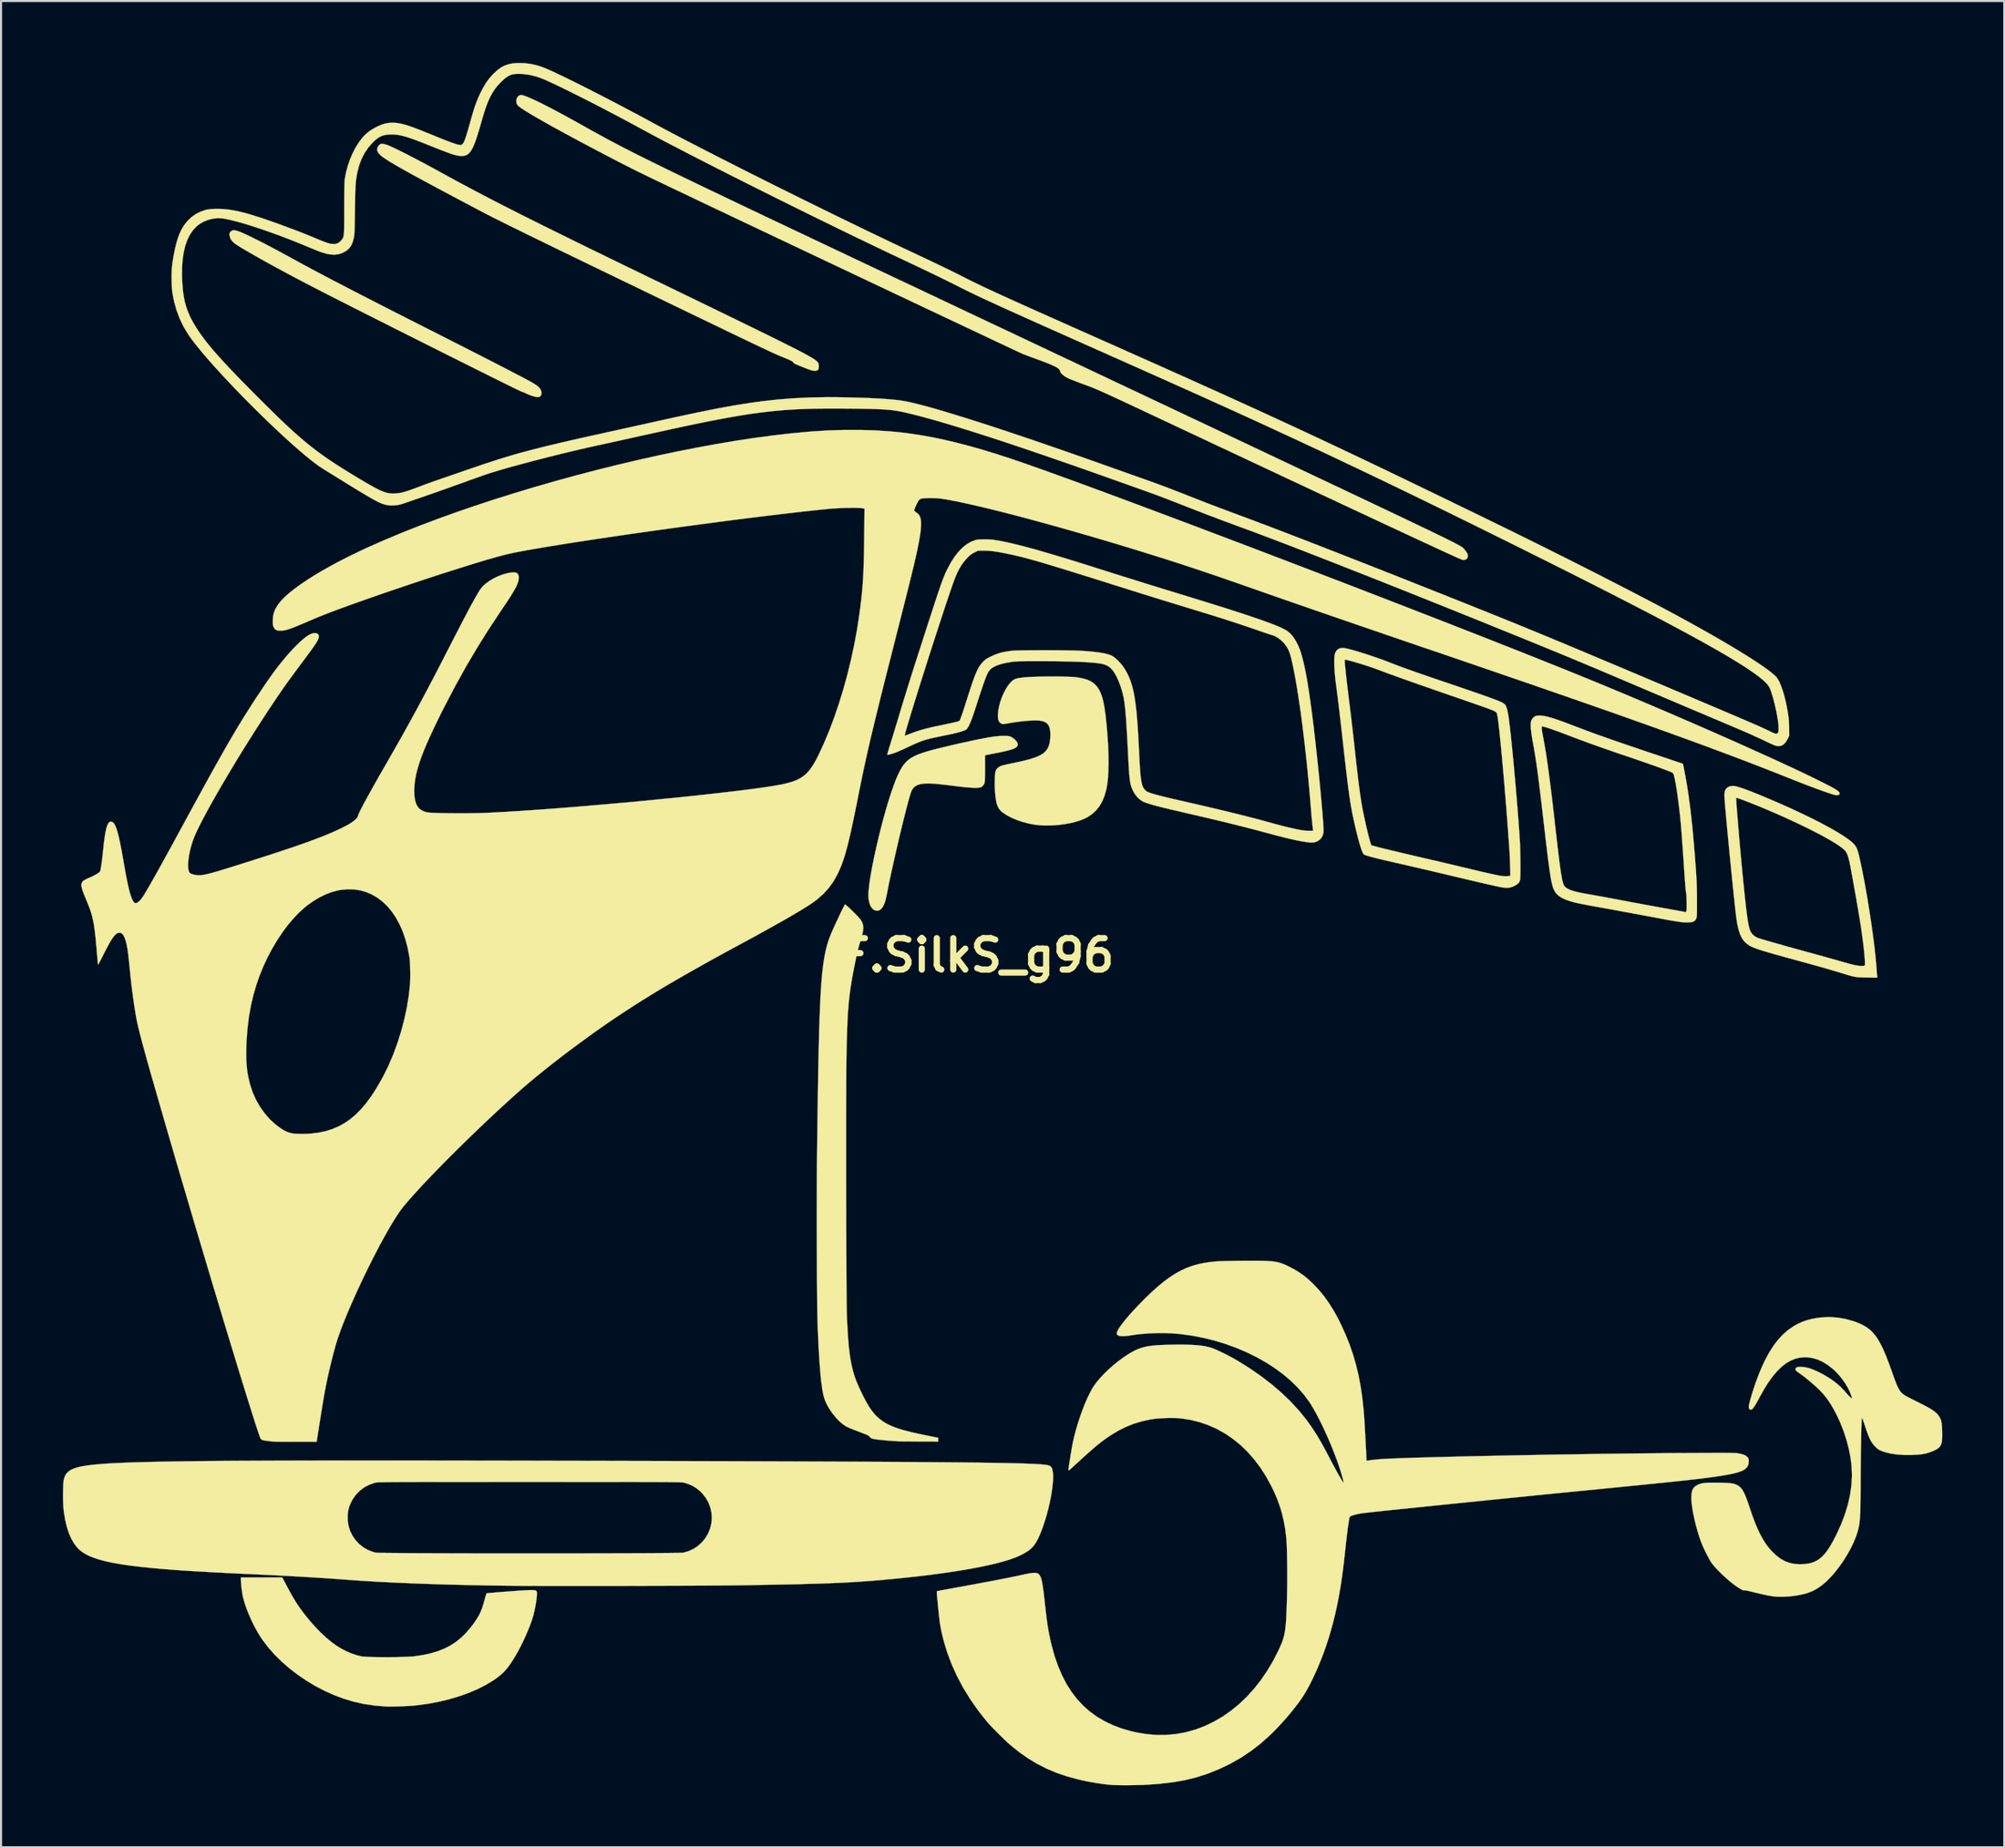
<source format=kicad_pcb>
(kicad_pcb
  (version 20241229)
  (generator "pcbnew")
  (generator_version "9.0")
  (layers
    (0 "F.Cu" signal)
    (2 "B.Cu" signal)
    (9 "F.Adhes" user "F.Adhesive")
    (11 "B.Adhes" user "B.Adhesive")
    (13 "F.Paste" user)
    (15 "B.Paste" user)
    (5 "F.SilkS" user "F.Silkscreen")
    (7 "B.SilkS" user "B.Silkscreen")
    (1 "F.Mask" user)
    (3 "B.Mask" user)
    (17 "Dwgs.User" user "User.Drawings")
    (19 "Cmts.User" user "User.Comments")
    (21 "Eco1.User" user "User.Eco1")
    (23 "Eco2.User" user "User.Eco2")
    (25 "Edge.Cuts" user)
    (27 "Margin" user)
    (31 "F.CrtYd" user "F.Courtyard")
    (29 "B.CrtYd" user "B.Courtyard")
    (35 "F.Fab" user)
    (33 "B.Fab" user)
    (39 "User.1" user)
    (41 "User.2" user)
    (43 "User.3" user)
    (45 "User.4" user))
  (footprint "F.SilkS_g96"
    (layer "F.Cu")
    (at 44.327 43.242)
    (property "Reference" "F.SilkS_g96" (at 0 0 0) (layer "F.SilkS") (effects (font (size 1.524 1.524) (thickness 0.3))))
    (attr through_hole)
    (fp_poly (pts (xy -35.994 -35.13) (xy -35.911 -35.112) (xy -35.809 -35.079) (xy -35.685 -35.031) (xy -35.536 -34.965) (xy -35.358 -34.882) (xy -35.149 -34.78) (xy -34.989 -34.7) (xy -34.832 -34.621) (xy -34.683 -34.546) (xy -34.537 -34.471) (xy -34.389 -34.394) (xy -34.236 -34.314) (xy -34.072 -34.227) (xy -33.894 -34.131) (xy -33.697 -34.024) (xy -33.476 -33.904) (xy -33.227 -33.768) (xy -32.945 -33.614) (xy -32.935 -33.608) (xy -32.657 -33.457) (xy -32.35 -33.291) (xy -32.011 -33.111) (xy -31.642 -32.916) (xy -31.241 -32.706) (xy -30.807 -32.48) (xy -30.34 -32.238) (xy -29.839 -31.979) (xy -29.303 -31.705) (xy -28.733 -31.413) (xy -28.126 -31.103) (xy -27.483 -30.776) (xy -26.803 -30.432) (xy -26.585 -30.321) (xy -26.001 -30.026) (xy -25.455 -29.748) (xy -24.944 -29.489) (xy -24.47 -29.247) (xy -24.03 -29.023) (xy -23.625 -28.815) (xy -23.253 -28.624) (xy -22.914 -28.449) (xy -22.607 -28.29) (xy -22.331 -28.146) (xy -22.085 -28.018) (xy -21.869 -27.903) (xy -21.785 -27.858) (xy -21.605 -27.759) (xy -21.461 -27.672) (xy -21.349 -27.594) (xy -21.266 -27.521) (xy -21.208 -27.45) (xy -21.172 -27.379) (xy -21.153 -27.303) (xy -21.15 -27.279) (xy -21.148 -27.204) (xy -21.16 -27.153) (xy -21.187 -27.109) (xy -21.224 -27.072) (xy -21.269 -27.055) (xy -21.332 -27.051) (xy -21.398 -27.059) (xy -21.487 -27.077) (xy -21.585 -27.104) (xy -21.618 -27.115) (xy -21.719 -27.152) (xy -21.822 -27.194) (xy -21.907 -27.233) (xy -21.925 -27.242) (xy -21.994 -27.275) (xy -22.052 -27.298) (xy -22.083 -27.305) (xy -22.108 -27.314) (xy -22.168 -27.342) (xy -22.262 -27.387) (xy -22.388 -27.448) (xy -22.544 -27.524) (xy -22.73 -27.615) (xy -22.941 -27.72) (xy -23.178 -27.837) (xy -23.437 -27.965) (xy -23.718 -28.105) (xy -24.018 -28.254) (xy -24.335 -28.412) (xy -24.668 -28.578) (xy -25.014 -28.751) (xy -25.372 -28.93) (xy -25.74 -29.114) (xy -26.116 -29.303) (xy -26.499 -29.495) (xy -26.885 -29.689) (xy -27.275 -29.884) (xy -27.665 -30.08) (xy -28.053 -30.276) (xy -28.439 -30.47) (xy -28.82 -30.662) (xy -29.194 -30.85) (xy -29.559 -31.035) (xy -29.914 -31.214) (xy -30.257 -31.387) (xy -30.585 -31.554) (xy -30.897 -31.712) (xy -31.192 -31.862) (xy -31.467 -32.002) (xy -31.72 -32.131) (xy -31.949 -32.249) (xy -32.154 -32.354) (xy -32.184 -32.369) (xy -32.521 -32.544) (xy -32.858 -32.721) (xy -33.193 -32.898) (xy -33.523 -33.075) (xy -33.845 -33.248) (xy -34.156 -33.418) (xy -34.454 -33.582) (xy -34.736 -33.739) (xy -35 -33.888) (xy -35.241 -34.026) (xy -35.458 -34.152) (xy -35.647 -34.264) (xy -35.806 -34.362) (xy -35.933 -34.444) (xy -36.003 -34.492) (xy -36.126 -34.601) (xy -36.209 -34.719) (xy -36.25 -34.849) (xy -36.255 -34.887) (xy -36.258 -34.958) (xy -36.251 -35.004) (xy -36.229 -35.041) (xy -36.199 -35.072) (xy -36.16 -35.104) (xy -36.115 -35.125) (xy -36.061 -35.134) (xy -35.994 -35.13)) (stroke (width 0.01) (type solid)) (fill yes) (layer "F.SilkS"))
    (fp_poly (pts (xy 3.815 -13.51) (xy 4.024 -13.508) (xy 4.218 -13.505) (xy 4.39 -13.5) (xy 4.534 -13.494) (xy 4.644 -13.487) (xy 4.667 -13.485) (xy 4.909 -13.453) (xy 5.123 -13.408) (xy 5.312 -13.348) (xy 5.476 -13.27) (xy 5.618 -13.173) (xy 5.741 -13.053) (xy 5.846 -12.907) (xy 5.934 -12.734) (xy 6.009 -12.53) (xy 6.072 -12.294) (xy 6.124 -12.021) (xy 6.169 -11.711) (xy 6.191 -11.525) (xy 6.241 -11.026) (xy 6.279 -10.551) (xy 6.306 -10.102) (xy 6.321 -9.682) (xy 6.324 -9.292) (xy 6.316 -8.934) (xy 6.297 -8.61) (xy 6.266 -8.323) (xy 6.223 -8.074) (xy 6.214 -8.033) (xy 6.13 -7.734) (xy 6.022 -7.469) (xy 5.89 -7.237) (xy 5.73 -7.034) (xy 5.543 -6.86) (xy 5.327 -6.711) (xy 5.209 -6.647) (xy 4.998 -6.556) (xy 4.753 -6.476) (xy 4.481 -6.409) (xy 4.189 -6.356) (xy 3.886 -6.318) (xy 3.576 -6.297) (xy 3.269 -6.292) (xy 3.037 -6.301) (xy 2.75 -6.332) (xy 2.459 -6.386) (xy 2.17 -6.462) (xy 1.892 -6.556) (xy 1.632 -6.666) (xy 1.398 -6.789) (xy 1.197 -6.923) (xy 1.167 -6.946) (xy 1.085 -7.02) (xy 1.018 -7.104) (xy 0.963 -7.203) (xy 0.918 -7.321) (xy 0.883 -7.464) (xy 0.856 -7.637) (xy 0.833 -7.845) (xy 0.825 -7.948) (xy 0.817 -8.097) (xy 0.813 -8.257) (xy 0.813 -8.42) (xy 0.817 -8.576) (xy 0.824 -8.717) (xy 0.835 -8.833) (xy 0.849 -8.917) (xy 0.85 -8.92) (xy 0.896 -9.018) (xy 0.979 -9.103) (xy 1.092 -9.169) (xy 1.122 -9.181) (xy 1.178 -9.198) (xy 1.268 -9.221) (xy 1.382 -9.248) (xy 1.513 -9.278) (xy 1.653 -9.307) (xy 1.683 -9.313) (xy 1.998 -9.378) (xy 2.274 -9.442) (xy 2.514 -9.506) (xy 2.719 -9.571) (xy 2.894 -9.639) (xy 3.04 -9.71) (xy 3.16 -9.788) (xy 3.258 -9.872) (xy 3.336 -9.966) (xy 3.396 -10.069) (xy 3.442 -10.183) (xy 3.463 -10.252) (xy 3.486 -10.374) (xy 3.502 -10.52) (xy 3.508 -10.673) (xy 3.505 -10.815) (xy 3.494 -10.913) (xy 3.461 -11.049) (xy 3.411 -11.159) (xy 3.34 -11.244) (xy 3.245 -11.308) (xy 3.123 -11.351) (xy 2.97 -11.376) (xy 2.783 -11.384) (xy 2.635 -11.381) (xy 2.404 -11.367) (xy 2.146 -11.343) (xy 1.878 -11.31) (xy 1.613 -11.27) (xy 1.432 -11.239) (xy 1.331 -11.22) (xy 1.262 -11.209) (xy 1.215 -11.206) (xy 1.179 -11.211) (xy 1.147 -11.224) (xy 1.127 -11.233) (xy 1.057 -11.281) (xy 1.009 -11.348) (xy 0.979 -11.441) (xy 0.967 -11.564) (xy 0.966 -11.642) (xy 0.981 -11.838) (xy 1.018 -12.047) (xy 1.075 -12.262) (xy 1.148 -12.477) (xy 1.236 -12.684) (xy 1.334 -12.877) (xy 1.441 -13.05) (xy 1.553 -13.195) (xy 1.667 -13.307) (xy 1.697 -13.33) (xy 1.757 -13.367) (xy 1.827 -13.397) (xy 1.913 -13.422) (xy 2.019 -13.442) (xy 2.153 -13.46) (xy 2.319 -13.475) (xy 2.455 -13.485) (xy 2.594 -13.493) (xy 2.762 -13.499) (xy 2.953 -13.504) (xy 3.16 -13.508) (xy 3.377 -13.51) (xy 3.597 -13.511) (xy 3.815 -13.51)) (stroke (width 0.01) (type solid)) (fill yes) (layer "F.SilkS"))
    (fp_poly (pts (xy 1.343 -10.632) (xy 1.427 -10.629) (xy 1.49 -10.622) (xy 1.542 -10.609) (xy 1.593 -10.59) (xy 1.603 -10.585) (xy 1.683 -10.539) (xy 1.765 -10.474) (xy 1.839 -10.4) (xy 1.894 -10.328) (xy 1.918 -10.275) (xy 1.926 -10.215) (xy 1.916 -10.162) (xy 1.886 -10.113) (xy 1.833 -10.068) (xy 1.754 -10.025) (xy 1.646 -9.983) (xy 1.506 -9.941) (xy 1.333 -9.898) (xy 1.122 -9.851) (xy 0.921 -9.81) (xy 0.78 -9.783) (xy 0.651 -9.757) (xy 0.541 -9.735) (xy 0.455 -9.718) (xy 0.401 -9.707) (xy 0.386 -9.704) (xy 0.339 -9.694) (xy 0.339 -9.042) (xy 0.339 -8.859) (xy 0.338 -8.712) (xy 0.337 -8.598) (xy 0.334 -8.511) (xy 0.331 -8.446) (xy 0.325 -8.399) (xy 0.318 -8.363) (xy 0.308 -8.334) (xy 0.296 -8.306) (xy 0.291 -8.297) (xy 0.239 -8.221) (xy 0.175 -8.164) (xy 0.169 -8.16) (xy 0.112 -8.138) (xy 0.029 -8.124) (xy -0.082 -8.118) (xy -0.224 -8.119) (xy -0.398 -8.129) (xy -0.607 -8.148) (xy -0.853 -8.174) (xy -1.132 -8.208) (xy -1.316 -8.231) (xy -1.503 -8.254) (xy -1.685 -8.274) (xy -1.852 -8.293) (xy -1.997 -8.307) (xy -2.111 -8.317) (xy -2.133 -8.319) (xy -2.378 -8.331) (xy -2.587 -8.326) (xy -2.763 -8.304) (xy -2.908 -8.263) (xy -3.027 -8.203) (xy -3.121 -8.122) (xy -3.194 -8.019) (xy -3.24 -7.918) (xy -3.272 -7.825) (xy -3.311 -7.695) (xy -3.358 -7.53) (xy -3.41 -7.335) (xy -3.469 -7.112) (xy -3.532 -6.866) (xy -3.598 -6.601) (xy -3.668 -6.319) (xy -3.739 -6.024) (xy -3.812 -5.72) (xy -3.885 -5.41) (xy -3.957 -5.099) (xy -4.028 -4.789) (xy -4.097 -4.484) (xy -4.163 -4.188) (xy -4.224 -3.905) (xy -4.281 -3.637) (xy -4.333 -3.389) (xy -4.377 -3.164) (xy -4.402 -3.033) (xy -4.428 -2.904) (xy -4.456 -2.779) (xy -4.483 -2.667) (xy -4.507 -2.581) (xy -4.517 -2.55) (xy -4.586 -2.394) (xy -4.664 -2.277) (xy -4.75 -2.2) (xy -4.844 -2.163) (xy -4.945 -2.167) (xy -5.049 -2.21) (xy -5.136 -2.287) (xy -5.207 -2.4) (xy -5.261 -2.548) (xy -5.296 -2.728) (xy -5.303 -2.788) (xy -5.308 -2.923) (xy -5.3 -3.094) (xy -5.281 -3.298) (xy -5.252 -3.532) (xy -5.212 -3.793) (xy -5.164 -4.076) (xy -5.107 -4.378) (xy -5.043 -4.696) (xy -4.972 -5.026) (xy -4.895 -5.365) (xy -4.814 -5.709) (xy -4.729 -6.055) (xy -4.64 -6.399) (xy -4.549 -6.737) (xy -4.456 -7.067) (xy -4.363 -7.384) (xy -4.269 -7.685) (xy -4.177 -7.967) (xy -4.086 -8.226) (xy -3.998 -8.459) (xy -3.931 -8.62) (xy -3.843 -8.814) (xy -3.757 -8.984) (xy -3.669 -9.134) (xy -3.575 -9.266) (xy -3.471 -9.382) (xy -3.355 -9.485) (xy -3.221 -9.577) (xy -3.068 -9.66) (xy -2.891 -9.738) (xy -2.686 -9.812) (xy -2.451 -9.885) (xy -2.181 -9.96) (xy -1.874 -10.038) (xy -1.852 -10.043) (xy -1.675 -10.086) (xy -1.469 -10.135) (xy -1.249 -10.187) (xy -1.027 -10.238) (xy -0.815 -10.286) (xy -0.677 -10.316) (xy -0.372 -10.383) (xy -0.103 -10.44) (xy 0.132 -10.488) (xy 0.338 -10.528) (xy 0.518 -10.561) (xy 0.678 -10.586) (xy 0.819 -10.605) (xy 0.947 -10.619) (xy 1.066 -10.628) (xy 1.179 -10.632) (xy 1.228 -10.633) (xy 1.343 -10.632)) (stroke (width 0.01) (type solid)) (fill yes) (layer "F.SilkS"))
    (fp_poly (pts (xy -33.484 30.559) (xy -33.373 30.768) (xy -33.275 30.947) (xy -33.187 31.101) (xy -33.105 31.239) (xy -33.025 31.367) (xy -32.942 31.493) (xy -32.851 31.623) (xy -32.829 31.655) (xy -32.6 31.962) (xy -32.356 32.26) (xy -32.103 32.544) (xy -31.846 32.809) (xy -31.589 33.05) (xy -31.337 33.262) (xy -31.095 33.44) (xy -31.084 33.447) (xy -30.857 33.587) (xy -30.615 33.713) (xy -30.368 33.821) (xy -30.127 33.906) (xy -29.902 33.963) (xy -29.884 33.967) (xy -29.804 33.977) (xy -29.687 33.986) (xy -29.538 33.994) (xy -29.364 34) (xy -29.169 34.004) (xy -28.959 34.007) (xy -28.739 34.008) (xy -28.515 34.008) (xy -28.292 34.006) (xy -28.076 34.002) (xy -27.872 33.997) (xy -27.685 33.991) (xy -27.522 33.983) (xy -27.387 33.973) (xy -27.316 33.966) (xy -26.901 33.905) (xy -26.521 33.824) (xy -26.173 33.721) (xy -25.853 33.594) (xy -25.557 33.442) (xy -25.283 33.263) (xy -25.027 33.054) (xy -24.786 32.815) (xy -24.556 32.543) (xy -24.491 32.459) (xy -24.356 32.272) (xy -24.246 32.103) (xy -24.155 31.942) (xy -24.079 31.778) (xy -24.011 31.599) (xy -23.948 31.396) (xy -23.918 31.289) (xy -23.885 31.171) (xy -23.856 31.068) (xy -23.833 30.987) (xy -23.817 30.934) (xy -23.81 30.916) (xy -23.787 30.911) (xy -23.726 30.905) (xy -23.633 30.896) (xy -23.514 30.885) (xy -23.372 30.873) (xy -23.213 30.86) (xy -23.043 30.846) (xy -22.865 30.832) (xy -22.686 30.819) (xy -22.51 30.806) (xy -22.342 30.793) (xy -22.187 30.783) (xy -22.051 30.774) (xy -21.939 30.767) (xy -21.855 30.763) (xy -21.853 30.763) (xy -21.703 30.757) (xy -21.59 30.756) (xy -21.508 30.759) (xy -21.451 30.768) (xy -21.414 30.784) (xy -21.39 30.806) (xy -21.377 30.833) (xy -21.368 30.889) (xy -21.369 30.979) (xy -21.377 31.097) (xy -21.393 31.236) (xy -21.416 31.39) (xy -21.444 31.552) (xy -21.476 31.715) (xy -21.512 31.874) (xy -21.548 32.015) (xy -21.615 32.226) (xy -21.701 32.465) (xy -21.804 32.722) (xy -21.92 32.989) (xy -22.044 33.257) (xy -22.174 33.519) (xy -22.305 33.765) (xy -22.431 33.983) (xy -22.571 34.208) (xy -22.702 34.4) (xy -22.829 34.566) (xy -22.959 34.711) (xy -23.097 34.843) (xy -23.248 34.968) (xy -23.42 35.091) (xy -23.483 35.133) (xy -23.847 35.353) (xy -24.246 35.556) (xy -24.677 35.74) (xy -25.136 35.903) (xy -25.62 36.046) (xy -26.125 36.167) (xy -26.648 36.265) (xy -27.185 36.338) (xy -27.32 36.353) (xy -27.446 36.363) (xy -27.6 36.373) (xy -27.774 36.381) (xy -27.959 36.388) (xy -28.146 36.394) (xy -28.326 36.397) (xy -28.49 36.398) (xy -28.628 36.397) (xy -28.723 36.394) (xy -29.254 36.348) (xy -29.761 36.272) (xy -30.251 36.162) (xy -30.732 36.018) (xy -31.21 35.837) (xy -31.635 35.647) (xy -32.092 35.409) (xy -32.534 35.144) (xy -32.957 34.857) (xy -33.357 34.548) (xy -33.731 34.223) (xy -34.075 33.882) (xy -34.385 33.531) (xy -34.658 33.171) (xy -34.747 33.039) (xy -34.904 32.783) (xy -35.055 32.507) (xy -35.197 32.219) (xy -35.326 31.927) (xy -35.439 31.639) (xy -35.532 31.363) (xy -35.602 31.108) (xy -35.621 31.02) (xy -35.641 30.903) (xy -35.661 30.762) (xy -35.68 30.61) (xy -35.694 30.46) (xy -35.704 30.325) (xy -35.708 30.221) (xy -35.708 30.141) (xy -33.705 30.141) (xy -33.484 30.559)) (stroke (width 0.01) (type solid)) (fill yes) (layer "F.SilkS"))
    (fp_poly (pts (xy -28.835 -39.323) (xy -28.742 -39.304) (xy -28.632 -39.271) (xy -28.553 -39.241) (xy -28.44 -39.192) (xy -28.296 -39.125) (xy -28.125 -39.043) (xy -27.931 -38.947) (xy -27.716 -38.839) (xy -27.484 -38.72) (xy -27.238 -38.592) (xy -26.982 -38.457) (xy -26.718 -38.317) (xy -26.451 -38.172) (xy -26.183 -38.026) (xy -26.12 -37.991) (xy -25.82 -37.826) (xy -25.523 -37.664) (xy -25.225 -37.502) (xy -24.926 -37.341) (xy -24.623 -37.179) (xy -24.315 -37.016) (xy -24.001 -36.851) (xy -23.677 -36.683) (xy -23.344 -36.51) (xy -22.999 -36.333) (xy -22.64 -36.15) (xy -22.265 -35.96) (xy -21.874 -35.763) (xy -21.463 -35.558) (xy -21.033 -35.343) (xy -20.579 -35.119) (xy -20.102 -34.883) (xy -19.6 -34.636) (xy -19.07 -34.376) (xy -18.511 -34.103) (xy -17.921 -33.815) (xy -17.298 -33.512) (xy -16.641 -33.193) (xy -15.949 -32.857) (xy -15.695 -32.734) (xy -15.058 -32.426) (xy -14.458 -32.135) (xy -13.894 -31.861) (xy -13.364 -31.604) (xy -12.868 -31.364) (xy -12.404 -31.138) (xy -11.972 -30.928) (xy -11.569 -30.732) (xy -11.194 -30.549) (xy -10.848 -30.38) (xy -10.528 -30.223) (xy -10.232 -30.078) (xy -9.961 -29.944) (xy -9.713 -29.822) (xy -9.486 -29.709) (xy -9.28 -29.606) (xy -9.093 -29.512) (xy -8.924 -29.427) (xy -8.772 -29.349) (xy -8.636 -29.279) (xy -8.515 -29.216) (xy -8.407 -29.158) (xy -8.311 -29.106) (xy -8.226 -29.059) (xy -8.151 -29.016) (xy -8.084 -28.978) (xy -8.025 -28.942) (xy -7.973 -28.909) (xy -7.926 -28.878) (xy -7.912 -28.868) (xy -7.815 -28.795) (xy -7.753 -28.727) (xy -7.719 -28.655) (xy -7.709 -28.569) (xy -7.71 -28.524) (xy -7.719 -28.445) (xy -7.736 -28.395) (xy -7.766 -28.361) (xy -7.767 -28.36) (xy -7.837 -28.329) (xy -7.935 -28.325) (xy -8.056 -28.346) (xy -8.107 -28.362) (xy -8.185 -28.389) (xy -8.288 -28.427) (xy -8.406 -28.473) (xy -8.53 -28.522) (xy -8.649 -28.57) (xy -8.754 -28.614) (xy -8.834 -28.649) (xy -8.864 -28.663) (xy -8.917 -28.695) (xy -8.949 -28.725) (xy -8.954 -28.736) (xy -8.962 -28.755) (xy -8.991 -28.778) (xy -9.043 -28.808) (xy -9.122 -28.847) (xy -9.231 -28.895) (xy -9.374 -28.955) (xy -9.503 -29.008) (xy -9.557 -29.03) (xy -9.612 -29.053) (xy -9.671 -29.078) (xy -9.734 -29.106) (xy -9.804 -29.136) (xy -9.88 -29.171) (xy -9.966 -29.21) (xy -10.062 -29.254) (xy -10.17 -29.304) (xy -10.291 -29.361) (xy -10.427 -29.424) (xy -10.579 -29.496) (xy -10.748 -29.577) (xy -10.936 -29.666) (xy -11.144 -29.766) (xy -11.374 -29.876) (xy -11.627 -29.997) (xy -11.904 -30.13) (xy -12.208 -30.276) (xy -12.539 -30.436) (xy -12.898 -30.609) (xy -13.288 -30.797) (xy -13.71 -31) (xy -14.164 -31.219) (xy -14.653 -31.455) (xy -15.178 -31.709) (xy -15.494 -31.861) (xy -16.185 -32.195) (xy -16.838 -32.511) (xy -17.456 -32.809) (xy -18.039 -33.091) (xy -18.588 -33.356) (xy -19.104 -33.606) (xy -19.588 -33.841) (xy -20.042 -34.061) (xy -20.466 -34.267) (xy -20.862 -34.46) (xy -21.231 -34.64) (xy -21.573 -34.807) (xy -21.89 -34.962) (xy -22.183 -35.106) (xy -22.453 -35.239) (xy -22.702 -35.361) (xy -22.929 -35.474) (xy -23.136 -35.577) (xy -23.325 -35.672) (xy -23.496 -35.758) (xy -23.651 -35.837) (xy -23.79 -35.908) (xy -23.915 -35.973) (xy -24.014 -36.024) (xy -24.527 -36.295) (xy -25.004 -36.548) (xy -25.447 -36.783) (xy -25.856 -37) (xy -26.232 -37.201) (xy -26.578 -37.387) (xy -26.894 -37.558) (xy -27.182 -37.714) (xy -27.444 -37.857) (xy -27.679 -37.988) (xy -27.891 -38.106) (xy -28.08 -38.214) (xy -28.247 -38.311) (xy -28.395 -38.398) (xy -28.524 -38.476) (xy -28.635 -38.547) (xy -28.73 -38.61) (xy -28.811 -38.666) (xy -28.879 -38.717) (xy -28.934 -38.762) (xy -28.935 -38.763) (xy -29.034 -38.865) (xy -29.092 -38.964) (xy -29.107 -39.061) (xy -29.082 -39.158) (xy -29.015 -39.256) (xy -29.002 -39.269) (xy -28.958 -39.306) (xy -28.905 -39.324) (xy -28.835 -39.323)) (stroke (width 0.01) (type solid)) (fill yes) (layer "F.SilkS"))
    (fp_poly (pts (xy -6.41 -2.451) (xy -6.362 -2.411) (xy -6.294 -2.351) (xy -6.213 -2.275) (xy -6.123 -2.188) (xy -6.03 -2.097) (xy -5.938 -2.004) (xy -5.853 -1.917) (xy -5.779 -1.839) (xy -5.723 -1.776) (xy -5.688 -1.733) (xy -5.688 -1.733) (xy -5.627 -1.632) (xy -5.585 -1.531) (xy -5.562 -1.423) (xy -5.558 -1.304) (xy -5.572 -1.167) (xy -5.606 -1.006) (xy -5.658 -0.815) (xy -5.681 -0.74) (xy -5.728 -0.587) (xy -5.767 -0.452) (xy -5.801 -0.326) (xy -5.834 -0.197) (xy -5.866 -0.058) (xy -5.901 0.103) (xy -5.941 0.294) (xy -5.947 0.324) (xy -6.006 0.618) (xy -6.059 0.894) (xy -6.106 1.155) (xy -6.148 1.406) (xy -6.185 1.651) (xy -6.217 1.894) (xy -6.246 2.139) (xy -6.27 2.391) (xy -6.291 2.654) (xy -6.309 2.931) (xy -6.325 3.227) (xy -6.338 3.547) (xy -6.349 3.894) (xy -6.359 4.272) (xy -6.368 4.686) (xy -6.373 4.942) (xy -6.375 5.101) (xy -6.377 5.296) (xy -6.379 5.525) (xy -6.381 5.785) (xy -6.383 6.074) (xy -6.384 6.391) (xy -6.385 6.733) (xy -6.386 7.097) (xy -6.387 7.482) (xy -6.388 7.885) (xy -6.388 8.304) (xy -6.388 8.736) (xy -6.388 9.18) (xy -6.388 9.634) (xy -6.388 10.094) (xy -6.388 10.559) (xy -6.387 11.027) (xy -6.387 11.495) (xy -6.386 11.962) (xy -6.385 12.424) (xy -6.384 12.88) (xy -6.383 13.327) (xy -6.381 13.763) (xy -6.38 14.186) (xy -6.378 14.594) (xy -6.376 14.985) (xy -6.375 15.356) (xy -6.373 15.704) (xy -6.371 16.029) (xy -6.368 16.327) (xy -6.366 16.596) (xy -6.364 16.834) (xy -6.361 17.04) (xy -6.359 17.209) (xy -6.356 17.342) (xy -6.353 17.434) (xy -6.353 17.441) (xy -6.336 17.827) (xy -6.317 18.175) (xy -6.297 18.488) (xy -6.275 18.771) (xy -6.251 19.027) (xy -6.224 19.26) (xy -6.194 19.474) (xy -6.159 19.674) (xy -6.121 19.862) (xy -6.079 20.043) (xy -6.065 20.098) (xy -6.02 20.259) (xy -5.973 20.41) (xy -5.92 20.56) (xy -5.856 20.718) (xy -5.78 20.895) (xy -5.689 21.093) (xy -5.549 21.382) (xy -5.416 21.634) (xy -5.288 21.852) (xy -5.161 22.041) (xy -5.033 22.204) (xy -4.901 22.345) (xy -4.762 22.468) (xy -4.613 22.577) (xy -4.59 22.593) (xy -4.463 22.671) (xy -4.328 22.743) (xy -4.182 22.81) (xy -4.022 22.874) (xy -3.843 22.936) (xy -3.642 22.997) (xy -3.414 23.058) (xy -3.157 23.121) (xy -2.866 23.186) (xy -2.537 23.255) (xy -2.482 23.266) (xy -1.926 23.379) (xy -1.926 23.558) (xy -2.842 23.555) (xy -3.039 23.554) (xy -3.228 23.552) (xy -3.402 23.551) (xy -3.557 23.55) (xy -3.687 23.548) (xy -3.788 23.547) (xy -3.854 23.545) (xy -3.873 23.544) (xy -4.103 23.531) (xy -4.327 23.514) (xy -4.539 23.496) (xy -4.732 23.476) (xy -4.899 23.456) (xy -5.033 23.436) (xy -5.073 23.429) (xy -5.15 23.408) (xy -5.204 23.374) (xy -5.237 23.337) (xy -5.269 23.302) (xy -5.314 23.27) (xy -5.379 23.236) (xy -5.472 23.197) (xy -5.54 23.17) (xy -5.668 23.121) (xy -5.814 23.064) (xy -5.958 23.009) (xy -6.042 22.976) (xy -6.151 22.933) (xy -6.255 22.889) (xy -6.344 22.848) (xy -6.402 22.818) (xy -6.558 22.712) (xy -6.719 22.571) (xy -6.878 22.405) (xy -7.03 22.219) (xy -7.169 22.021) (xy -7.291 21.819) (xy -7.388 21.619) (xy -7.446 21.461) (xy -7.484 21.322) (xy -7.519 21.154) (xy -7.552 20.956) (xy -7.584 20.725) (xy -7.613 20.461) (xy -7.641 20.163) (xy -7.667 19.829) (xy -7.692 19.459) (xy -7.716 19.05) (xy -7.738 18.603) (xy -7.759 18.115) (xy -7.77 17.833) (xy -7.775 17.702) (xy -7.778 17.532) (xy -7.782 17.325) (xy -7.785 17.084) (xy -7.789 16.812) (xy -7.792 16.513) (xy -7.794 16.188) (xy -7.797 15.842) (xy -7.799 15.475) (xy -7.801 15.093) (xy -7.802 14.696) (xy -7.804 14.289) (xy -7.805 13.875) (xy -7.806 13.455) (xy -7.806 13.033) (xy -7.806 12.612) (xy -7.806 12.194) (xy -7.805 11.783) (xy -7.805 11.381) (xy -7.803 10.992) (xy -7.802 10.618) (xy -7.8 10.262) (xy -7.798 9.926) (xy -7.795 9.614) (xy -7.792 9.329) (xy -7.791 9.282) (xy -7.782 8.545) (xy -7.773 7.849) (xy -7.763 7.193) (xy -7.754 6.575) (xy -7.744 5.994) (xy -7.734 5.448) (xy -7.724 4.936) (xy -7.713 4.456) (xy -7.702 4.008) (xy -7.691 3.589) (xy -7.678 3.198) (xy -7.665 2.834) (xy -7.652 2.496) (xy -7.637 2.182) (xy -7.622 1.89) (xy -7.605 1.619) (xy -7.588 1.369) (xy -7.57 1.136) (xy -7.55 0.921) (xy -7.529 0.721) (xy -7.507 0.535) (xy -7.484 0.362) (xy -7.459 0.201) (xy -7.433 0.049) (xy -7.405 -0.094) (xy -7.376 -0.23) (xy -7.344 -0.361) (xy -7.325 -0.436) (xy -7.287 -0.572) (xy -7.246 -0.704) (xy -7.198 -0.84) (xy -7.141 -0.985) (xy -7.073 -1.147) (xy -6.991 -1.332) (xy -6.892 -1.546) (xy -6.868 -1.598) (xy -6.77 -1.806) (xy -6.689 -1.978) (xy -6.622 -2.119) (xy -6.569 -2.23) (xy -6.526 -2.315) (xy -6.494 -2.378) (xy -6.47 -2.422) (xy -6.454 -2.449) (xy -6.442 -2.462) (xy -6.434 -2.466) (xy -6.41 -2.451)) (stroke (width 0.01) (type solid)) (fill yes) (layer "F.SilkS"))
    (fp_poly (pts (xy 36.613 -8.207) (xy 36.704 -8.192) (xy 36.824 -8.161) (xy 36.975 -8.114) (xy 37.157 -8.051) (xy 37.373 -7.97) (xy 37.623 -7.872) (xy 37.909 -7.756) (xy 38.058 -7.694) (xy 38.503 -7.506) (xy 38.937 -7.317) (xy 39.356 -7.129) (xy 39.759 -6.942) (xy 40.144 -6.759) (xy 40.507 -6.579) (xy 40.848 -6.404) (xy 41.163 -6.236) (xy 41.451 -6.076) (xy 41.709 -5.923) (xy 41.935 -5.781) (xy 42.127 -5.65) (xy 42.282 -5.531) (xy 42.358 -5.465) (xy 42.421 -5.404) (xy 42.475 -5.344) (xy 42.52 -5.282) (xy 42.559 -5.212) (xy 42.594 -5.127) (xy 42.629 -5.023) (xy 42.664 -4.893) (xy 42.702 -4.733) (xy 42.745 -4.541) (xy 42.819 -4.197) (xy 42.892 -3.826) (xy 42.966 -3.434) (xy 43.039 -3.025) (xy 43.11 -2.606) (xy 43.178 -2.182) (xy 43.243 -1.758) (xy 43.304 -1.339) (xy 43.36 -0.931) (xy 43.41 -0.54) (xy 43.453 -0.171) (xy 43.489 0.172) (xy 43.516 0.481) (xy 43.528 0.646) (xy 43.536 0.75) (xy 43.544 0.855) (xy 43.551 0.942) (xy 43.553 0.958) (xy 43.565 1.079) (xy 43.187 1.076) (xy 43.05 1.074) (xy 42.914 1.071) (xy 42.789 1.067) (xy 42.688 1.062) (xy 42.64 1.058) (xy 42.57 1.051) (xy 42.502 1.042) (xy 42.43 1.029) (xy 42.348 1.01) (xy 42.25 0.984) (xy 42.13 0.949) (xy 41.981 0.905) (xy 41.819 0.855) (xy 41.517 0.764) (xy 41.179 0.665) (xy 40.805 0.557) (xy 40.392 0.441) (xy 39.94 0.317) (xy 39.74 0.262) (xy 39.387 0.166) (xy 39.072 0.079) (xy 38.793 0.001) (xy 38.547 -0.068) (xy 38.332 -0.13) (xy 38.146 -0.184) (xy 37.985 -0.233) (xy 37.847 -0.277) (xy 37.731 -0.317) (xy 37.632 -0.353) (xy 37.549 -0.386) (xy 37.48 -0.417) (xy 37.421 -0.446) (xy 37.37 -0.476) (xy 37.366 -0.478) (xy 37.244 -0.564) (xy 37.138 -0.662) (xy 37.047 -0.776) (xy 36.969 -0.909) (xy 36.902 -1.066) (xy 36.845 -1.25) (xy 36.795 -1.465) (xy 36.752 -1.714) (xy 36.715 -1.999) (xy 36.694 -2.179) (xy 36.67 -2.397) (xy 36.643 -2.648) (xy 36.613 -2.927) (xy 36.582 -3.231) (xy 36.548 -3.555) (xy 36.514 -3.894) (xy 36.479 -4.244) (xy 36.444 -4.601) (xy 36.408 -4.96) (xy 36.374 -5.316) (xy 36.34 -5.665) (xy 36.308 -6.003) (xy 36.278 -6.325) (xy 36.25 -6.627) (xy 36.225 -6.904) (xy 36.203 -7.151) (xy 36.194 -7.26) (xy 36.178 -7.451) (xy 36.168 -7.605) (xy 36.168 -7.609) (xy 36.728 -7.609) (xy 36.73 -7.545) (xy 36.736 -7.445) (xy 36.744 -7.312) (xy 36.756 -7.149) (xy 36.771 -6.959) (xy 36.788 -6.744) (xy 36.807 -6.508) (xy 36.828 -6.254) (xy 36.851 -5.984) (xy 36.875 -5.703) (xy 36.901 -5.411) (xy 36.928 -5.113) (xy 36.955 -4.812) (xy 36.983 -4.511) (xy 37.011 -4.212) (xy 37.04 -3.918) (xy 37.067 -3.633) (xy 37.074 -3.567) (xy 37.111 -3.198) (xy 37.145 -2.869) (xy 37.177 -2.577) (xy 37.206 -2.32) (xy 37.233 -2.095) (xy 37.259 -1.899) (xy 37.284 -1.731) (xy 37.307 -1.587) (xy 37.331 -1.466) (xy 37.354 -1.364) (xy 37.377 -1.279) (xy 37.401 -1.209) (xy 37.423 -1.158) (xy 37.499 -1.042) (xy 37.606 -0.941) (xy 37.734 -0.864) (xy 37.773 -0.848) (xy 37.846 -0.823) (xy 37.958 -0.787) (xy 38.107 -0.743) (xy 38.289 -0.689) (xy 38.503 -0.627) (xy 38.746 -0.558) (xy 39.016 -0.482) (xy 39.31 -0.4) (xy 39.627 -0.312) (xy 39.964 -0.22) (xy 39.994 -0.211) (xy 40.22 -0.15) (xy 40.455 -0.085) (xy 40.692 -0.02) (xy 40.922 0.044) (xy 41.139 0.105) (xy 41.335 0.16) (xy 41.502 0.207) (xy 41.593 0.233) (xy 41.798 0.292) (xy 41.968 0.34) (xy 42.107 0.379) (xy 42.22 0.41) (xy 42.313 0.434) (xy 42.39 0.453) (xy 42.456 0.468) (xy 42.516 0.481) (xy 42.575 0.491) (xy 42.619 0.499) (xy 42.743 0.513) (xy 42.849 0.515) (xy 42.926 0.504) (xy 42.955 0.492) (xy 42.966 0.464) (xy 42.969 0.397) (xy 42.967 0.295) (xy 42.959 0.162) (xy 42.946 0.000447) (xy 42.928 -0.185) (xy 42.906 -0.392) (xy 42.879 -0.616) (xy 42.848 -0.855) (xy 42.814 -1.104) (xy 42.777 -1.361) (xy 42.747 -1.556) (xy 42.725 -1.692) (xy 42.698 -1.857) (xy 42.666 -2.046) (xy 42.63 -2.255) (xy 42.592 -2.479) (xy 42.551 -2.713) (xy 42.509 -2.952) (xy 42.466 -3.192) (xy 42.424 -3.427) (xy 42.384 -3.653) (xy 42.345 -3.866) (xy 42.309 -4.06) (xy 42.278 -4.231) (xy 42.25 -4.373) (xy 42.229 -4.483) (xy 42.215 -4.548) (xy 42.173 -4.719) (xy 42.13 -4.854) (xy 42.082 -4.962) (xy 42.025 -5.05) (xy 41.957 -5.124) (xy 41.945 -5.135) (xy 41.825 -5.233) (xy 41.667 -5.344) (xy 41.475 -5.467) (xy 41.251 -5.6) (xy 40.997 -5.743) (xy 40.717 -5.893) (xy 40.412 -6.05) (xy 40.086 -6.213) (xy 39.741 -6.379) (xy 39.38 -6.548) (xy 39.005 -6.719) (xy 38.619 -6.89) (xy 38.224 -7.059) (xy 37.823 -7.227) (xy 37.518 -7.35) (xy 37.336 -7.422) (xy 37.172 -7.486) (xy 37.027 -7.54) (xy 36.908 -7.583) (xy 36.816 -7.614) (xy 36.755 -7.631) (xy 36.73 -7.633) (xy 36.73 -7.633) (xy 36.728 -7.609) (xy 36.168 -7.609) (xy 36.163 -7.728) (xy 36.164 -7.825) (xy 36.171 -7.901) (xy 36.185 -7.961) (xy 36.206 -8.011) (xy 36.233 -8.057) (xy 36.248 -8.077) (xy 36.329 -8.149) (xy 36.436 -8.194) (xy 36.563 -8.209) (xy 36.613 -8.207)) (stroke (width 0.01) (type solid)) (fill yes) (layer "F.SilkS"))
    (fp_poly (pts (xy 27.318 -11.614) (xy 27.446 -11.594) (xy 27.595 -11.561) (xy 27.768 -11.514) (xy 27.966 -11.451) (xy 28.194 -11.373) (xy 28.454 -11.279) (xy 28.748 -11.167) (xy 28.812 -11.143) (xy 29.035 -11.057) (xy 29.254 -10.973) (xy 29.474 -10.891) (xy 29.697 -10.808) (xy 29.927 -10.724) (xy 30.168 -10.638) (xy 30.423 -10.548) (xy 30.695 -10.452) (xy 30.989 -10.35) (xy 31.307 -10.241) (xy 31.653 -10.123) (xy 32.031 -9.995) (xy 32.443 -9.856) (xy 32.67 -9.78) (xy 34.151 -9.282) (xy 34.198 -9.049) (xy 34.278 -8.632) (xy 34.353 -8.196) (xy 34.423 -7.735) (xy 34.489 -7.249) (xy 34.55 -6.733) (xy 34.608 -6.185) (xy 34.663 -5.601) (xy 34.715 -4.979) (xy 34.733 -4.752) (xy 34.755 -4.462) (xy 34.773 -4.208) (xy 34.788 -3.984) (xy 34.8 -3.782) (xy 34.81 -3.596) (xy 34.817 -3.421) (xy 34.823 -3.249) (xy 34.826 -3.074) (xy 34.828 -2.889) (xy 34.829 -2.689) (xy 34.829 -2.614) (xy 34.829 -2.413) (xy 34.829 -2.251) (xy 34.828 -2.121) (xy 34.826 -2.02) (xy 34.823 -1.943) (xy 34.819 -1.886) (xy 34.813 -1.844) (xy 34.806 -1.812) (xy 34.796 -1.787) (xy 34.787 -1.768) (xy 34.74 -1.696) (xy 34.679 -1.647) (xy 34.596 -1.616) (xy 34.482 -1.601) (xy 34.421 -1.598) (xy 34.325 -1.596) (xy 34.234 -1.597) (xy 34.164 -1.6) (xy 34.152 -1.602) (xy 34.082 -1.611) (xy 33.981 -1.625) (xy 33.862 -1.643) (xy 33.735 -1.663) (xy 33.613 -1.682) (xy 33.506 -1.7) (xy 33.428 -1.714) (xy 33.422 -1.715) (xy 33.297 -1.739) (xy 33.136 -1.77) (xy 32.943 -1.806) (xy 32.724 -1.847) (xy 32.484 -1.892) (xy 32.228 -1.939) (xy 31.962 -1.989) (xy 31.69 -2.039) (xy 31.418 -2.089) (xy 31.15 -2.138) (xy 30.893 -2.186) (xy 30.65 -2.23) (xy 30.428 -2.271) (xy 30.232 -2.307) (xy 30.066 -2.337) (xy 29.993 -2.35) (xy 29.799 -2.385) (xy 29.607 -2.42) (xy 29.425 -2.455) (xy 29.259 -2.487) (xy 29.115 -2.516) (xy 28.999 -2.54) (xy 28.918 -2.559) (xy 28.911 -2.56) (xy 28.659 -2.632) (xy 28.445 -2.709) (xy 28.269 -2.794) (xy 28.128 -2.889) (xy 28.018 -2.993) (xy 27.977 -3.047) (xy 27.946 -3.094) (xy 27.918 -3.144) (xy 27.891 -3.201) (xy 27.865 -3.265) (xy 27.84 -3.34) (xy 27.816 -3.428) (xy 27.792 -3.53) (xy 27.767 -3.649) (xy 27.742 -3.788) (xy 27.716 -3.949) (xy 27.689 -4.133) (xy 27.66 -4.344) (xy 27.628 -4.582) (xy 27.594 -4.852) (xy 27.558 -5.154) (xy 27.517 -5.492) (xy 27.474 -5.867) (xy 27.426 -6.282) (xy 27.421 -6.318) (xy 27.369 -6.77) (xy 27.321 -7.183) (xy 27.276 -7.56) (xy 27.235 -7.904) (xy 27.196 -8.218) (xy 27.16 -8.505) (xy 27.126 -8.768) (xy 27.093 -9.01) (xy 27.061 -9.235) (xy 27.03 -9.444) (xy 26.999 -9.642) (xy 26.968 -9.831) (xy 26.937 -10.014) (xy 26.905 -10.194) (xy 26.88 -10.329) (xy 26.838 -10.568) (xy 26.807 -10.784) (xy 26.787 -10.973) (xy 26.783 -11.035) (xy 27.307 -11.035) (xy 27.309 -10.979) (xy 27.319 -10.898) (xy 27.337 -10.787) (xy 27.364 -10.642) (xy 27.388 -10.515) (xy 27.433 -10.273) (xy 27.479 -10.005) (xy 27.527 -9.708) (xy 27.576 -9.38) (xy 27.626 -9.021) (xy 27.679 -8.628) (xy 27.734 -8.2) (xy 27.791 -7.736) (xy 27.851 -7.234) (xy 27.914 -6.692) (xy 27.95 -6.371) (xy 27.997 -5.955) (xy 28.041 -5.579) (xy 28.08 -5.241) (xy 28.116 -4.939) (xy 28.149 -4.67) (xy 28.18 -4.434) (xy 28.208 -4.227) (xy 28.234 -4.048) (xy 28.258 -3.895) (xy 28.281 -3.765) (xy 28.302 -3.656) (xy 28.323 -3.567) (xy 28.343 -3.495) (xy 28.363 -3.439) (xy 28.383 -3.396) (xy 28.401 -3.366) (xy 28.458 -3.304) (xy 28.534 -3.247) (xy 28.634 -3.194) (xy 28.759 -3.145) (xy 28.913 -3.098) (xy 29.1 -3.052) (xy 29.322 -3.006) (xy 29.584 -2.959) (xy 29.612 -2.954) (xy 29.764 -2.928) (xy 29.948 -2.895) (xy 30.156 -2.858) (xy 30.379 -2.817) (xy 30.609 -2.774) (xy 30.836 -2.732) (xy 31.052 -2.691) (xy 31.269 -2.65) (xy 31.519 -2.603) (xy 31.789 -2.552) (xy 32.071 -2.5) (xy 32.353 -2.448) (xy 32.625 -2.398) (xy 32.877 -2.352) (xy 32.946 -2.339) (xy 33.154 -2.302) (xy 33.353 -2.266) (xy 33.54 -2.232) (xy 33.708 -2.201) (xy 33.855 -2.175) (xy 33.974 -2.153) (xy 34.061 -2.137) (xy 34.11 -2.128) (xy 34.187 -2.112) (xy 34.244 -2.102) (xy 34.283 -2.102) (xy 34.309 -2.117) (xy 34.324 -2.152) (xy 34.331 -2.213) (xy 34.333 -2.303) (xy 34.332 -2.428) (xy 34.332 -2.503) (xy 34.331 -2.635) (xy 34.328 -2.758) (xy 34.324 -2.862) (xy 34.319 -2.941) (xy 34.312 -2.985) (xy 34.306 -3.014) (xy 34.299 -3.055) (xy 34.292 -3.11) (xy 34.284 -3.182) (xy 34.276 -3.274) (xy 34.266 -3.388) (xy 34.255 -3.528) (xy 34.243 -3.695) (xy 34.228 -3.894) (xy 34.212 -4.127) (xy 34.194 -4.397) (xy 34.174 -4.699) (xy 34.158 -4.932) (xy 34.141 -5.169) (xy 34.125 -5.402) (xy 34.109 -5.626) (xy 34.093 -5.834) (xy 34.079 -6.02) (xy 34.067 -6.176) (xy 34.057 -6.297) (xy 34.057 -6.297) (xy 34.034 -6.546) (xy 34.008 -6.802) (xy 33.978 -7.063) (xy 33.947 -7.321) (xy 33.914 -7.574) (xy 33.881 -7.815) (xy 33.847 -8.039) (xy 33.814 -8.243) (xy 33.782 -8.421) (xy 33.753 -8.568) (xy 33.726 -8.68) (xy 33.718 -8.708) (xy 33.705 -8.751) (xy 33.694 -8.785) (xy 33.68 -8.812) (xy 33.657 -8.836) (xy 33.621 -8.859) (xy 33.567 -8.885) (xy 33.489 -8.917) (xy 33.383 -8.958) (xy 33.243 -9.012) (xy 33.221 -9.02) (xy 33.052 -9.084) (xy 32.843 -9.16) (xy 32.595 -9.248) (xy 32.307 -9.348) (xy 31.98 -9.461) (xy 31.615 -9.586) (xy 31.39 -9.662) (xy 31.006 -9.792) (xy 30.656 -9.913) (xy 30.331 -10.026) (xy 30.024 -10.134) (xy 29.728 -10.24) (xy 29.435 -10.347) (xy 29.139 -10.456) (xy 28.832 -10.572) (xy 28.506 -10.696) (xy 28.48 -10.706) (xy 28.277 -10.783) (xy 28.083 -10.855) (xy 27.902 -10.919) (xy 27.739 -10.976) (xy 27.598 -11.023) (xy 27.483 -11.059) (xy 27.398 -11.082) (xy 27.348 -11.091) (xy 27.345 -11.091) (xy 27.325 -11.086) (xy 27.313 -11.069) (xy 27.307 -11.035) (xy 26.783 -11.035) (xy 26.778 -11.132) (xy 26.78 -11.257) (xy 26.794 -11.346) (xy 26.796 -11.354) (xy 26.843 -11.449) (xy 26.912 -11.53) (xy 26.992 -11.585) (xy 27.026 -11.599) (xy 27.111 -11.615) (xy 27.207 -11.621) (xy 27.318 -11.614)) (stroke (width 0.01) (type solid)) (fill yes) (layer "F.SilkS"))
    (fp_poly (pts (xy -22.1 -41.686) (xy -22.005 -41.661) (xy -21.875 -41.615) (xy -21.712 -41.548) (xy -21.517 -41.461) (xy -21.293 -41.354) (xy -21.039 -41.229) (xy -20.759 -41.085) (xy -20.452 -40.924) (xy -20.121 -40.746) (xy -19.767 -40.553) (xy -19.473 -40.39) (xy -19.322 -40.305) (xy -19.175 -40.224) (xy -19.034 -40.144) (xy -18.896 -40.068) (xy -18.761 -39.993) (xy -18.629 -39.919) (xy -18.498 -39.847) (xy -18.369 -39.775) (xy -18.239 -39.705) (xy -18.109 -39.634) (xy -17.978 -39.563) (xy -17.844 -39.491) (xy -17.708 -39.419) (xy -17.569 -39.345) (xy -17.425 -39.269) (xy -17.277 -39.192) (xy -17.122 -39.112) (xy -16.962 -39.03) (xy -16.794 -38.944) (xy -16.618 -38.855) (xy -16.434 -38.763) (xy -16.241 -38.666) (xy -16.037 -38.565) (xy -15.823 -38.459) (xy -15.597 -38.347) (xy -15.359 -38.231) (xy -15.109 -38.108) (xy -14.844 -37.979) (xy -14.565 -37.844) (xy -14.271 -37.702) (xy -13.961 -37.552) (xy -13.634 -37.395) (xy -13.29 -37.23) (xy -12.928 -37.056) (xy -12.547 -36.874) (xy -12.147 -36.683) (xy -11.726 -36.482) (xy -11.284 -36.272) (xy -10.821 -36.051) (xy -10.335 -35.82) (xy -9.826 -35.578) (xy -9.293 -35.325) (xy -8.736 -35.061) (xy -8.153 -34.785) (xy -7.543 -34.496) (xy -6.907 -34.195) (xy -6.244 -33.881) (xy -5.552 -33.554) (xy -4.831 -33.213) (xy -4.081 -32.858) (xy -3.299 -32.489) (xy -2.487 -32.105) (xy -1.643 -31.706) (xy -0.766 -31.292) (xy 0.145 -30.861) (xy 1.089 -30.415) (xy 2.069 -29.953) (xy 3.084 -29.473) (xy 4.136 -28.976) (xy 5.224 -28.462) (xy 5.937 -28.126) (xy 6.899 -27.671) (xy 7.824 -27.235) (xy 8.711 -26.815) (xy 9.563 -26.413) (xy 10.379 -26.027) (xy 11.162 -25.658) (xy 11.91 -25.304) (xy 12.626 -24.966) (xy 13.31 -24.643) (xy 13.962 -24.334) (xy 14.584 -24.04) (xy 15.176 -23.76) (xy 15.74 -23.494) (xy 16.275 -23.241) (xy 16.783 -23) (xy 17.264 -22.773) (xy 17.72 -22.557) (xy 18.15 -22.353) (xy 18.557 -22.16) (xy 18.94 -21.979) (xy 19.3 -21.808) (xy 19.638 -21.648) (xy 19.955 -21.497) (xy 20.252 -21.356) (xy 20.53 -21.224) (xy 20.788 -21.101) (xy 21.029 -20.986) (xy 21.252 -20.879) (xy 21.459 -20.78) (xy 21.65 -20.688) (xy 21.827 -20.604) (xy 21.989 -20.525) (xy 22.138 -20.453) (xy 22.275 -20.387) (xy 22.4 -20.326) (xy 22.514 -20.271) (xy 22.617 -20.22) (xy 22.712 -20.173) (xy 22.797 -20.13) (xy 22.875 -20.091) (xy 22.946 -20.056) (xy 23.011 -20.023) (xy 23.07 -19.992) (xy 23.124 -19.964) (xy 23.175 -19.937) (xy 23.222 -19.912) (xy 23.258 -19.892) (xy 23.365 -19.833) (xy 23.443 -19.784) (xy 23.501 -19.74) (xy 23.548 -19.693) (xy 23.589 -19.641) (xy 23.652 -19.557) (xy 23.693 -19.495) (xy 23.716 -19.446) (xy 23.726 -19.4) (xy 23.728 -19.357) (xy 23.718 -19.271) (xy 23.683 -19.215) (xy 23.619 -19.179) (xy 23.619 -19.179) (xy 23.558 -19.162) (xy 23.505 -19.16) (xy 23.444 -19.175) (xy 23.389 -19.196) (xy 23.329 -19.221) (xy 23.231 -19.264) (xy 23.096 -19.325) (xy 22.924 -19.403) (xy 22.716 -19.498) (xy 22.473 -19.61) (xy 22.194 -19.739) (xy 21.881 -19.884) (xy 21.534 -20.045) (xy 21.153 -20.222) (xy 20.739 -20.414) (xy 20.293 -20.622) (xy 19.815 -20.845) (xy 19.306 -21.083) (xy 18.766 -21.336) (xy 18.195 -21.602) (xy 17.595 -21.883) (xy 16.965 -22.178) (xy 16.307 -22.487) (xy 15.621 -22.809) (xy 14.906 -23.143) (xy 14.165 -23.491) (xy 13.397 -23.852) (xy 12.604 -24.225) (xy 11.784 -24.61) (xy 10.94 -25.006) (xy 10.071 -25.415) (xy 9.472 -25.696) (xy 9.03 -25.904) (xy 8.624 -26.095) (xy 8.253 -26.27) (xy 7.914 -26.429) (xy 7.606 -26.573) (xy 7.327 -26.704) (xy 7.076 -26.821) (xy 6.849 -26.927) (xy 6.646 -27.021) (xy 6.464 -27.106) (xy 6.301 -27.18) (xy 6.157 -27.246) (xy 6.028 -27.304) (xy 5.913 -27.355) (xy 5.81 -27.4) (xy 5.717 -27.44) (xy 5.633 -27.476) (xy 5.555 -27.507) (xy 5.481 -27.537) (xy 5.411 -27.564) (xy 5.341 -27.59) (xy 5.27 -27.617) (xy 5.196 -27.644) (xy 5.165 -27.655) (xy 5.001 -27.715) (xy 4.84 -27.775) (xy 4.691 -27.833) (xy 4.559 -27.885) (xy 4.452 -27.928) (xy 4.376 -27.962) (xy 4.36 -27.969) (xy 4.242 -28.034) (xy 4.139 -28.104) (xy 4.057 -28.176) (xy 4.002 -28.243) (xy 3.98 -28.3) (xy 3.979 -28.304) (xy 3.969 -28.348) (xy 3.938 -28.394) (xy 3.883 -28.443) (xy 3.801 -28.496) (xy 3.691 -28.554) (xy 3.55 -28.618) (xy 3.376 -28.691) (xy 3.166 -28.772) (xy 2.918 -28.864) (xy 2.868 -28.882) (xy 2.71 -28.94) (xy 2.555 -28.997) (xy 2.412 -29.051) (xy 2.285 -29.1) (xy 2.185 -29.139) (xy 2.117 -29.168) (xy 2.074 -29.187) (xy 1.995 -29.223) (xy 1.881 -29.277) (xy 1.733 -29.346) (xy 1.552 -29.431) (xy 1.341 -29.53) (xy 1.101 -29.643) (xy 0.833 -29.769) (xy 0.539 -29.908) (xy 0.221 -30.058) (xy -0.121 -30.219) (xy -0.485 -30.391) (xy -0.868 -30.572) (xy -1.27 -30.762) (xy -1.689 -30.96) (xy -2.124 -31.165) (xy -2.573 -31.377) (xy -3.034 -31.595) (xy -3.506 -31.819) (xy -3.988 -32.046) (xy -4.478 -32.278) (xy -4.974 -32.513) (xy -5.476 -32.75) (xy -5.98 -32.989) (xy -6.487 -33.229) (xy -6.994 -33.469) (xy -7.5 -33.708) (xy -8.004 -33.947) (xy -8.503 -34.183) (xy -8.997 -34.417) (xy -9.483 -34.648) (xy -9.961 -34.874) (xy -10.429 -35.096) (xy -10.885 -35.312) (xy -11.328 -35.522) (xy -11.756 -35.725) (xy -12.168 -35.921) (xy -12.563 -36.108) (xy -12.938 -36.286) (xy -13.292 -36.454) (xy -13.624 -36.612) (xy -13.932 -36.759) (xy -13.97 -36.777) (xy -14.35 -36.958) (xy -14.695 -37.122) (xy -15.007 -37.271) (xy -15.289 -37.406) (xy -15.544 -37.528) (xy -15.775 -37.639) (xy -15.985 -37.741) (xy -16.177 -37.834) (xy -16.353 -37.92) (xy -16.516 -38) (xy -16.669 -38.076) (xy -16.816 -38.149) (xy -16.958 -38.221) (xy -17.098 -38.292) (xy -17.24 -38.365) (xy -17.387 -38.44) (xy -17.484 -38.49) (xy -17.941 -38.728) (xy -18.383 -38.96) (xy -18.81 -39.185) (xy -19.22 -39.403) (xy -19.61 -39.613) (xy -19.981 -39.813) (xy -20.329 -40.004) (xy -20.655 -40.184) (xy -20.955 -40.352) (xy -21.23 -40.508) (xy -21.477 -40.651) (xy -21.694 -40.779) (xy -21.881 -40.893) (xy -22.035 -40.991) (xy -22.156 -41.073) (xy -22.242 -41.137) (xy -22.284 -41.175) (xy -22.338 -41.256) (xy -22.363 -41.347) (xy -22.362 -41.441) (xy -22.339 -41.53) (xy -22.295 -41.605) (xy -22.233 -41.661) (xy -22.157 -41.687) (xy -22.1 -41.686)) (stroke (width 0.01) (type solid)) (fill yes) (layer "F.SilkS"))
    (fp_poly (pts (xy 17.733 -14.891) (xy 17.828 -14.874) (xy 17.957 -14.844) (xy 18.115 -14.802) (xy 18.297 -14.751) (xy 18.498 -14.691) (xy 18.712 -14.624) (xy 18.933 -14.552) (xy 19.157 -14.477) (xy 19.379 -14.401) (xy 19.593 -14.324) (xy 19.793 -14.25) (xy 19.975 -14.178) (xy 19.981 -14.176) (xy 20.125 -14.119) (xy 20.288 -14.057) (xy 20.473 -13.988) (xy 20.682 -13.911) (xy 20.919 -13.827) (xy 21.184 -13.733) (xy 21.48 -13.63) (xy 21.81 -13.516) (xy 22.175 -13.391) (xy 22.579 -13.253) (xy 22.595 -13.248) (xy 22.992 -13.113) (xy 23.351 -12.991) (xy 23.674 -12.88) (xy 23.962 -12.781) (xy 24.218 -12.693) (xy 24.445 -12.614) (xy 24.643 -12.544) (xy 24.814 -12.482) (xy 24.962 -12.427) (xy 25.088 -12.38) (xy 25.193 -12.338) (xy 25.28 -12.301) (xy 25.351 -12.269) (xy 25.408 -12.24) (xy 25.453 -12.214) (xy 25.488 -12.19) (xy 25.514 -12.168) (xy 25.534 -12.146) (xy 25.546 -12.131) (xy 25.584 -12.061) (xy 25.619 -11.963) (xy 25.652 -11.834) (xy 25.684 -11.669) (xy 25.695 -11.599) (xy 25.717 -11.454) (xy 25.74 -11.27) (xy 25.767 -11.051) (xy 25.795 -10.8) (xy 25.825 -10.521) (xy 25.856 -10.217) (xy 25.889 -9.891) (xy 25.922 -9.548) (xy 25.956 -9.191) (xy 25.989 -8.823) (xy 26.023 -8.448) (xy 26.056 -8.069) (xy 26.088 -7.689) (xy 26.119 -7.313) (xy 26.149 -6.944) (xy 26.176 -6.585) (xy 26.202 -6.239) (xy 26.225 -5.911) (xy 26.245 -5.603) (xy 26.25 -5.524) (xy 26.257 -5.397) (xy 26.263 -5.245) (xy 26.267 -5.076) (xy 26.271 -4.893) (xy 26.274 -4.704) (xy 26.276 -4.514) (xy 26.277 -4.329) (xy 26.277 -4.154) (xy 26.275 -3.996) (xy 26.273 -3.86) (xy 26.269 -3.752) (xy 26.264 -3.678) (xy 26.261 -3.657) (xy 26.233 -3.568) (xy 26.177 -3.492) (xy 26.089 -3.422) (xy 25.964 -3.353) (xy 25.961 -3.352) (xy 25.834 -3.302) (xy 25.71 -3.276) (xy 25.575 -3.272) (xy 25.417 -3.289) (xy 25.4 -3.292) (xy 25.316 -3.307) (xy 25.193 -3.332) (xy 25.033 -3.367) (xy 24.834 -3.412) (xy 24.595 -3.466) (xy 24.318 -3.53) (xy 24 -3.605) (xy 23.642 -3.689) (xy 23.244 -3.784) (xy 23.146 -3.807) (xy 22.412 -3.982) (xy 21.656 -4.159) (xy 20.898 -4.335) (xy 20.159 -4.504) (xy 20.051 -4.529) (xy 19.763 -4.595) (xy 19.505 -4.657) (xy 19.279 -4.712) (xy 19.087 -4.762) (xy 18.931 -4.805) (xy 18.813 -4.841) (xy 18.761 -4.859) (xy 18.71 -4.882) (xy 18.674 -4.914) (xy 18.642 -4.966) (xy 18.62 -5.016) (xy 18.579 -5.121) (xy 18.532 -5.263) (xy 18.48 -5.438) (xy 18.424 -5.641) (xy 18.365 -5.867) (xy 18.305 -6.113) (xy 18.245 -6.372) (xy 18.185 -6.641) (xy 18.163 -6.742) (xy 18.134 -6.882) (xy 18.107 -7.025) (xy 18.079 -7.175) (xy 18.053 -7.333) (xy 18.026 -7.503) (xy 17.998 -7.688) (xy 17.97 -7.891) (xy 17.94 -8.115) (xy 17.908 -8.362) (xy 17.875 -8.636) (xy 17.839 -8.94) (xy 17.8 -9.275) (xy 17.757 -9.646) (xy 17.711 -10.056) (xy 17.695 -10.198) (xy 17.648 -10.624) (xy 17.604 -11.013) (xy 17.563 -11.371) (xy 17.524 -11.702) (xy 17.487 -12.013) (xy 17.451 -12.308) (xy 17.415 -12.593) (xy 17.379 -12.872) (xy 17.343 -13.153) (xy 17.334 -13.219) (xy 17.305 -13.459) (xy 17.284 -13.691) (xy 17.269 -13.911) (xy 17.261 -14.114) (xy 17.261 -14.251) (xy 17.765 -14.251) (xy 17.769 -14.176) (xy 17.787 -13.986) (xy 17.81 -13.76) (xy 17.838 -13.502) (xy 17.87 -13.218) (xy 17.906 -12.913) (xy 17.945 -12.594) (xy 17.96 -12.467) (xy 18.002 -12.135) (xy 18.04 -11.824) (xy 18.076 -11.525) (xy 18.11 -11.232) (xy 18.145 -10.935) (xy 18.18 -10.627) (xy 18.217 -10.299) (xy 18.256 -9.943) (xy 18.288 -9.652) (xy 18.336 -9.225) (xy 18.382 -8.828) (xy 18.426 -8.463) (xy 18.468 -8.132) (xy 18.508 -7.837) (xy 18.546 -7.58) (xy 18.581 -7.362) (xy 18.597 -7.271) (xy 18.634 -7.07) (xy 18.677 -6.855) (xy 18.724 -6.632) (xy 18.773 -6.407) (xy 18.823 -6.189) (xy 18.872 -5.982) (xy 18.918 -5.795) (xy 18.961 -5.633) (xy 18.998 -5.504) (xy 19.01 -5.466) (xy 19.053 -5.334) (xy 19.173 -5.301) (xy 19.264 -5.276) (xy 19.358 -5.25) (xy 19.399 -5.238) (xy 19.463 -5.222) (xy 19.563 -5.197) (xy 19.695 -5.164) (xy 19.853 -5.126) (xy 20.035 -5.082) (xy 20.234 -5.035) (xy 20.446 -4.984) (xy 20.666 -4.932) (xy 20.89 -4.879) (xy 21.113 -4.827) (xy 21.33 -4.777) (xy 21.347 -4.773) (xy 21.672 -4.697) (xy 22.018 -4.617) (xy 22.376 -4.533) (xy 22.739 -4.447) (xy 23.098 -4.362) (xy 23.444 -4.28) (xy 23.77 -4.203) (xy 24.067 -4.131) (xy 24.204 -4.098) (xy 24.462 -4.037) (xy 24.706 -3.981) (xy 24.929 -3.932) (xy 25.126 -3.89) (xy 25.291 -3.858) (xy 25.358 -3.846) (xy 25.43 -3.838) (xy 25.516 -3.834) (xy 25.605 -3.833) (xy 25.686 -3.837) (xy 25.749 -3.844) (xy 25.784 -3.855) (xy 25.787 -3.858) (xy 25.789 -3.888) (xy 25.79 -3.954) (xy 25.789 -4.05) (xy 25.786 -4.171) (xy 25.782 -4.311) (xy 25.777 -4.462) (xy 25.77 -4.62) (xy 25.763 -4.779) (xy 25.756 -4.932) (xy 25.748 -5.074) (xy 25.74 -5.199) (xy 25.739 -5.207) (xy 25.715 -5.542) (xy 25.693 -5.843) (xy 25.673 -6.114) (xy 25.655 -6.365) (xy 25.637 -6.6) (xy 25.619 -6.828) (xy 25.602 -7.056) (xy 25.583 -7.29) (xy 25.563 -7.537) (xy 25.558 -7.599) (xy 25.519 -8.064) (xy 25.481 -8.509) (xy 25.444 -8.932) (xy 25.409 -9.332) (xy 25.374 -9.707) (xy 25.341 -10.056) (xy 25.31 -10.376) (xy 25.28 -10.665) (xy 25.253 -10.924) (xy 25.227 -11.148) (xy 25.204 -11.338) (xy 25.183 -11.491) (xy 25.165 -11.606) (xy 25.149 -11.681) (xy 25.145 -11.697) (xy 25.138 -11.718) (xy 25.132 -11.737) (xy 25.124 -11.754) (xy 25.112 -11.771) (xy 25.094 -11.789) (xy 25.066 -11.808) (xy 25.028 -11.829) (xy 24.976 -11.854) (xy 24.909 -11.883) (xy 24.824 -11.917) (xy 24.72 -11.956) (xy 24.592 -12.003) (xy 24.441 -12.057) (xy 24.262 -12.12) (xy 24.055 -12.192) (xy 23.816 -12.275) (xy 23.544 -12.369) (xy 23.236 -12.476) (xy 22.945 -12.576) (xy 22.504 -12.728) (xy 22.1 -12.868) (xy 21.73 -12.997) (xy 21.39 -13.116) (xy 21.078 -13.226) (xy 20.79 -13.328) (xy 20.523 -13.423) (xy 20.274 -13.512) (xy 20.04 -13.597) (xy 19.817 -13.679) (xy 19.602 -13.759) (xy 19.392 -13.838) (xy 19.303 -13.871) (xy 19.173 -13.919) (xy 19.025 -13.97) (xy 18.864 -14.024) (xy 18.695 -14.078) (xy 18.524 -14.131) (xy 18.358 -14.181) (xy 18.201 -14.227) (xy 18.06 -14.266) (xy 17.941 -14.298) (xy 17.848 -14.319) (xy 17.788 -14.329) (xy 17.778 -14.33) (xy 17.767 -14.31) (xy 17.765 -14.251) (xy 17.261 -14.251) (xy 17.26 -14.294) (xy 17.267 -14.447) (xy 17.282 -14.567) (xy 17.299 -14.639) (xy 17.358 -14.755) (xy 17.442 -14.837) (xy 17.549 -14.884) (xy 17.68 -14.895) (xy 17.733 -14.891)) (stroke (width 0.01) (type solid)) (fill yes) (layer "F.SilkS"))
    (fp_poly (pts (xy 41.643 17.553) (xy 42.03 17.62) (xy 42.414 17.728) (xy 42.619 17.804) (xy 42.787 17.876) (xy 42.94 17.956) (xy 43.082 18.046) (xy 43.213 18.148) (xy 43.336 18.265) (xy 43.452 18.401) (xy 43.564 18.557) (xy 43.673 18.737) (xy 43.781 18.943) (xy 43.89 19.178) (xy 44.002 19.445) (xy 44.118 19.747) (xy 44.242 20.086) (xy 44.302 20.256) (xy 44.38 20.476) (xy 44.448 20.66) (xy 44.509 20.812) (xy 44.566 20.936) (xy 44.62 21.037) (xy 44.674 21.12) (xy 44.732 21.188) (xy 44.794 21.246) (xy 44.864 21.298) (xy 44.905 21.325) (xy 44.953 21.353) (xy 45.032 21.395) (xy 45.136 21.45) (xy 45.26 21.513) (xy 45.397 21.582) (xy 45.529 21.648) (xy 45.75 21.759) (xy 45.936 21.856) (xy 46.091 21.942) (xy 46.218 22.02) (xy 46.322 22.093) (xy 46.407 22.163) (xy 46.476 22.233) (xy 46.534 22.305) (xy 46.566 22.352) (xy 46.61 22.428) (xy 46.644 22.506) (xy 46.669 22.592) (xy 46.687 22.694) (xy 46.699 22.82) (xy 46.706 22.978) (xy 46.709 23.061) (xy 46.712 23.267) (xy 46.707 23.436) (xy 46.692 23.573) (xy 46.664 23.684) (xy 46.62 23.775) (xy 46.557 23.849) (xy 46.474 23.913) (xy 46.367 23.972) (xy 46.233 24.031) (xy 46.219 24.037) (xy 46.077 24.09) (xy 45.939 24.132) (xy 45.794 24.162) (xy 45.635 24.184) (xy 45.452 24.199) (xy 45.236 24.208) (xy 45.233 24.208) (xy 44.851 24.208) (xy 44.503 24.183) (xy 44.189 24.135) (xy 43.909 24.063) (xy 43.784 24.019) (xy 43.694 23.98) (xy 43.622 23.94) (xy 43.554 23.888) (xy 43.476 23.814) (xy 43.464 23.803) (xy 43.389 23.721) (xy 43.321 23.633) (xy 43.258 23.531) (xy 43.197 23.411) (xy 43.135 23.267) (xy 43.07 23.094) (xy 42.998 22.887) (xy 42.975 22.818) (xy 42.928 22.676) (xy 42.893 22.57) (xy 42.866 22.497) (xy 42.848 22.452) (xy 42.835 22.432) (xy 42.826 22.432) (xy 42.819 22.448) (xy 42.817 22.458) (xy 42.812 22.501) (xy 42.807 22.582) (xy 42.801 22.699) (xy 42.796 22.847) (xy 42.791 23.023) (xy 42.786 23.224) (xy 42.781 23.445) (xy 42.777 23.684) (xy 42.772 23.936) (xy 42.768 24.198) (xy 42.765 24.466) (xy 42.762 24.738) (xy 42.76 25.008) (xy 42.758 25.275) (xy 42.757 25.533) (xy 42.757 25.675) (xy 42.756 26.001) (xy 42.754 26.287) (xy 42.751 26.539) (xy 42.747 26.759) (xy 42.741 26.951) (xy 42.733 27.119) (xy 42.724 27.266) (xy 42.712 27.396) (xy 42.699 27.512) (xy 42.683 27.618) (xy 42.681 27.633) (xy 42.622 27.889) (xy 42.533 28.163) (xy 42.415 28.452) (xy 42.271 28.749) (xy 42.104 29.049) (xy 41.918 29.346) (xy 41.714 29.636) (xy 41.497 29.912) (xy 41.363 30.067) (xy 41.133 30.306) (xy 40.904 30.506) (xy 40.672 30.67) (xy 40.433 30.8) (xy 40.182 30.899) (xy 40.02 30.945) (xy 39.776 30.998) (xy 39.516 31.039) (xy 39.252 31.067) (xy 38.995 31.081) (xy 38.758 31.08) (xy 38.624 31.071) (xy 38.513 31.058) (xy 38.391 31.039) (xy 38.253 31.014) (xy 38.094 30.98) (xy 37.908 30.938) (xy 37.689 30.886) (xy 37.562 30.855) (xy 37.394 30.815) (xy 37.266 30.786) (xy 37.177 30.77) (xy 37.125 30.765) (xy 37.111 30.77) (xy 37.09 30.773) (xy 37.04 30.754) (xy 36.967 30.717) (xy 36.878 30.665) (xy 36.778 30.601) (xy 36.752 30.584) (xy 36.603 30.476) (xy 36.442 30.348) (xy 36.276 30.206) (xy 36.11 30.055) (xy 35.951 29.902) (xy 35.804 29.753) (xy 35.676 29.612) (xy 35.573 29.485) (xy 35.52 29.411) (xy 35.454 29.304) (xy 35.379 29.167) (xy 35.298 29.012) (xy 35.216 28.847) (xy 35.14 28.684) (xy 35.074 28.532) (xy 35.024 28.406) (xy 34.937 28.157) (xy 34.856 27.893) (xy 34.782 27.622) (xy 34.715 27.35) (xy 34.659 27.085) (xy 34.613 26.833) (xy 34.581 26.602) (xy 34.563 26.399) (xy 34.559 26.3) (xy 34.565 26.125) (xy 34.586 25.984) (xy 34.626 25.872) (xy 34.686 25.783) (xy 34.771 25.71) (xy 34.867 25.656) (xy 34.941 25.624) (xy 35.02 25.599) (xy 35.109 25.579) (xy 35.213 25.565) (xy 35.338 25.556) (xy 35.489 25.552) (xy 35.672 25.551) (xy 35.89 25.554) (xy 35.903 25.554) (xy 36.099 25.558) (xy 36.258 25.564) (xy 36.386 25.572) (xy 36.49 25.582) (xy 36.575 25.596) (xy 36.647 25.615) (xy 36.711 25.638) (xy 36.774 25.668) (xy 36.782 25.672) (xy 36.856 25.716) (xy 36.923 25.77) (xy 36.986 25.838) (xy 37.045 25.923) (xy 37.104 26.031) (xy 37.165 26.164) (xy 37.23 26.326) (xy 37.3 26.521) (xy 37.378 26.753) (xy 37.381 26.762) (xy 37.507 27.13) (xy 37.63 27.46) (xy 37.752 27.755) (xy 37.875 28.018) (xy 38.001 28.254) (xy 38.132 28.465) (xy 38.269 28.656) (xy 38.415 28.829) (xy 38.462 28.88) (xy 38.672 29.081) (xy 38.884 29.241) (xy 39.103 29.361) (xy 39.332 29.445) (xy 39.574 29.492) (xy 39.813 29.506) (xy 40.03 29.498) (xy 40.228 29.473) (xy 40.409 29.428) (xy 40.575 29.361) (xy 40.73 29.27) (xy 40.876 29.152) (xy 41.017 29.005) (xy 41.155 28.826) (xy 41.293 28.614) (xy 41.434 28.365) (xy 41.581 28.078) (xy 41.602 28.035) (xy 41.821 27.551) (xy 42.001 27.079) (xy 42.142 26.617) (xy 42.244 26.163) (xy 42.309 25.714) (xy 42.337 25.268) (xy 42.339 25.146) (xy 42.321 24.751) (xy 42.271 24.339) (xy 42.188 23.914) (xy 42.075 23.483) (xy 41.934 23.051) (xy 41.765 22.626) (xy 41.614 22.299) (xy 41.456 21.994) (xy 41.296 21.724) (xy 41.132 21.482) (xy 40.957 21.263) (xy 40.767 21.059) (xy 40.575 20.88) (xy 40.371 20.702) (xy 40.194 20.553) (xy 40.043 20.431) (xy 39.916 20.335) (xy 39.836 20.279) (xy 39.736 20.21) (xy 39.668 20.158) (xy 39.627 20.116) (xy 39.607 20.08) (xy 39.603 20.052) (xy 39.615 20.002) (xy 39.653 19.967) (xy 39.722 19.948) (xy 39.825 19.941) (xy 39.916 19.944) (xy 40.076 19.961) (xy 40.241 19.998) (xy 40.419 20.058) (xy 40.617 20.142) (xy 40.754 20.208) (xy 41.055 20.369) (xy 41.322 20.536) (xy 41.562 20.712) (xy 41.782 20.906) (xy 41.99 21.121) (xy 42.06 21.202) (xy 42.129 21.28) (xy 42.197 21.352) (xy 42.254 21.407) (xy 42.28 21.429) (xy 42.352 21.485) (xy 42.32 21.373) (xy 42.243 21.163) (xy 42.134 20.942) (xy 41.998 20.717) (xy 41.841 20.497) (xy 41.668 20.291) (xy 41.486 20.105) (xy 41.389 20.02) (xy 41.145 19.834) (xy 40.906 19.689) (xy 40.668 19.582) (xy 40.427 19.512) (xy 40.18 19.478) (xy 40.052 19.473) (xy 39.815 19.492) (xy 39.583 19.548) (xy 39.357 19.642) (xy 39.136 19.774) (xy 38.918 19.946) (xy 38.704 20.157) (xy 38.492 20.409) (xy 38.282 20.701) (xy 38.074 21.034) (xy 37.888 21.368) (xy 37.788 21.555) (xy 37.703 21.706) (xy 37.632 21.825) (xy 37.572 21.912) (xy 37.522 21.972) (xy 37.479 22.005) (xy 37.441 22.016) (xy 37.405 22.007) (xy 37.371 21.98) (xy 37.35 21.948) (xy 37.341 21.901) (xy 37.344 21.833) (xy 37.361 21.74) (xy 37.391 21.616) (xy 37.41 21.546) (xy 37.53 21.14) (xy 37.665 20.735) (xy 37.81 20.343) (xy 37.963 19.972) (xy 38.12 19.633) (xy 38.121 19.632) (xy 38.322 19.257) (xy 38.534 18.922) (xy 38.76 18.626) (xy 38.999 18.368) (xy 39.253 18.148) (xy 39.522 17.964) (xy 39.719 17.856) (xy 39.948 17.754) (xy 40.173 17.674) (xy 40.407 17.613) (xy 40.662 17.569) (xy 40.863 17.545) (xy 41.253 17.528) (xy 41.643 17.553)) (stroke (width 0.01) (type solid)) (fill yes) (layer "F.SilkS"))
    (fp_poly (pts (xy -28.509 24.477) (xy -27.59 24.478) (xy -26.635 24.479) (xy -25.641 24.48) (xy -24.608 24.482) (xy -23.535 24.483) (xy -22.422 24.486) (xy -21.267 24.488) (xy -21.04 24.489) (xy -19.806 24.492) (xy -18.614 24.494) (xy -17.463 24.497) (xy -16.352 24.5) (xy -15.281 24.503) (xy -14.248 24.506) (xy -13.254 24.509) (xy -12.297 24.512) (xy -11.377 24.515) (xy -10.493 24.518) (xy -9.644 24.521) (xy -8.83 24.524) (xy -8.05 24.527) (xy -7.303 24.53) (xy -6.588 24.533) (xy -5.905 24.537) (xy -5.254 24.54) (xy -4.633 24.543) (xy -4.041 24.547) (xy -3.479 24.55) (xy -2.945 24.554) (xy -2.438 24.558) (xy -1.959 24.562) (xy -1.505 24.566) (xy -1.077 24.57) (xy -0.674 24.574) (xy -0.295 24.578) (xy 0.06 24.582) (xy 0.393 24.587) (xy 0.704 24.591) (xy 0.993 24.596) (xy 1.262 24.601) (xy 1.511 24.606) (xy 1.74 24.611) (xy 1.952 24.617) (xy 2.145 24.622) (xy 2.321 24.628) (xy 2.481 24.634) (xy 2.625 24.64) (xy 2.754 24.646) (xy 2.869 24.652) (xy 2.971 24.659) (xy 2.985 24.66) (xy 3.156 24.674) (xy 3.291 24.689) (xy 3.394 24.708) (xy 3.47 24.734) (xy 3.525 24.768) (xy 3.563 24.814) (xy 3.59 24.873) (xy 3.611 24.948) (xy 3.611 24.949) (xy 3.634 25.098) (xy 3.64 25.281) (xy 3.632 25.494) (xy 3.61 25.731) (xy 3.575 25.988) (xy 3.528 26.261) (xy 3.47 26.544) (xy 3.402 26.833) (xy 3.325 27.123) (xy 3.239 27.409) (xy 3.146 27.687) (xy 3.047 27.951) (xy 2.993 28.081) (xy 2.897 28.291) (xy 2.8 28.465) (xy 2.696 28.612) (xy 2.576 28.739) (xy 2.436 28.852) (xy 2.268 28.959) (xy 2.08 29.059) (xy 1.87 29.154) (xy 1.618 29.248) (xy 1.327 29.341) (xy 0.997 29.432) (xy 0.63 29.522) (xy 0.228 29.61) (xy -0.208 29.696) (xy -0.678 29.779) (xy -1.179 29.86) (xy -1.71 29.937) (xy -2.27 30.012) (xy -2.858 30.083) (xy -3.472 30.15) (xy -3.683 30.172) (xy -3.989 30.203) (xy -4.283 30.231) (xy -4.568 30.257) (xy -4.845 30.282) (xy -5.118 30.304) (xy -5.39 30.325) (xy -5.662 30.344) (xy -5.938 30.362) (xy -6.22 30.379) (xy -6.51 30.394) (xy -6.812 30.408) (xy -7.128 30.422) (xy -7.46 30.434) (xy -7.812 30.445) (xy -8.185 30.456) (xy -8.582 30.467) (xy -9.006 30.477) (xy -9.46 30.486) (xy -9.946 30.496) (xy -10.467 30.505) (xy -11.025 30.515) (xy -11.568 30.523) (xy -11.769 30.526) (xy -12.009 30.529) (xy -12.286 30.532) (xy -12.595 30.534) (xy -12.935 30.536) (xy -13.303 30.539) (xy -13.695 30.541) (xy -14.109 30.543) (xy -14.542 30.545) (xy -14.991 30.546) (xy -15.454 30.548) (xy -15.926 30.549) (xy -16.407 30.551) (xy -16.892 30.552) (xy -17.379 30.553) (xy -17.866 30.553) (xy -18.348 30.554) (xy -18.824 30.554) (xy -19.29 30.554) (xy -19.744 30.554) (xy -20.183 30.554) (xy -20.604 30.554) (xy -21.005 30.553) (xy -21.381 30.552) (xy -21.731 30.551) (xy -22.052 30.55) (xy -22.34 30.548) (xy -22.594 30.547) (xy -22.809 30.545) (xy -22.913 30.543) (xy -23.664 30.532) (xy -24.403 30.518) (xy -25.129 30.502) (xy -25.837 30.483) (xy -26.526 30.462) (xy -27.192 30.438) (xy -27.833 30.412) (xy -28.446 30.385) (xy -29.027 30.355) (xy -29.575 30.323) (xy -30.086 30.29) (xy -30.533 30.257) (xy -31.083 30.216) (xy -31.673 30.175) (xy -32.301 30.136) (xy -32.963 30.097) (xy -33.657 30.059) (xy -34.381 30.023) (xy -35.01 29.993) (xy -35.559 29.968) (xy -36.07 29.944) (xy -36.544 29.92) (xy -36.984 29.897) (xy -37.394 29.875) (xy -37.777 29.853) (xy -38.135 29.832) (xy -38.472 29.81) (xy -38.79 29.788) (xy -39.092 29.765) (xy -39.381 29.743) (xy -39.661 29.719) (xy -39.677 29.718) (xy -40.179 29.671) (xy -40.64 29.622) (xy -41.062 29.57) (xy -41.448 29.515) (xy -41.798 29.456) (xy -42.114 29.393) (xy -42.399 29.325) (xy -42.653 29.252) (xy -42.88 29.174) (xy -43.079 29.09) (xy -43.254 28.999) (xy -43.406 28.902) (xy -43.536 28.797) (xy -43.633 28.699) (xy -43.788 28.498) (xy -43.925 28.261) (xy -44.044 27.987) (xy -44.143 27.681) (xy -44.222 27.343) (xy -44.256 27.136) (xy -30.536 27.136) (xy -30.533 27.401) (xy -30.49 27.657) (xy -30.411 27.9) (xy -30.298 28.128) (xy -30.153 28.337) (xy -29.98 28.522) (xy -29.781 28.681) (xy -29.559 28.81) (xy -29.316 28.906) (xy -29.168 28.944) (xy -29.133 28.947) (xy -29.057 28.95) (xy -28.943 28.953) (xy -28.792 28.956) (xy -28.606 28.958) (xy -28.388 28.96) (xy -28.138 28.962) (xy -27.86 28.965) (xy -27.554 28.966) (xy -27.222 28.968) (xy -26.868 28.97) (xy -26.491 28.971) (xy -26.095 28.973) (xy -25.681 28.974) (xy -25.251 28.975) (xy -24.807 28.976) (xy -24.351 28.977) (xy -23.884 28.978) (xy -23.409 28.978) (xy -22.928 28.979) (xy -22.442 28.979) (xy -21.953 28.979) (xy -21.463 28.979) (xy -20.974 28.979) (xy -20.488 28.979) (xy -20.007 28.978) (xy -19.533 28.978) (xy -19.067 28.977) (xy -18.611 28.976) (xy -18.168 28.975) (xy -17.739 28.974) (xy -17.326 28.973) (xy -16.931 28.972) (xy -16.556 28.97) (xy -16.202 28.969) (xy -15.873 28.967) (xy -15.568 28.965) (xy -15.291 28.963) (xy -15.044 28.961) (xy -14.827 28.959) (xy -14.643 28.956) (xy -14.495 28.954) (xy -14.383 28.951) (xy -14.31 28.948) (xy -14.278 28.945) (xy -14.017 28.869) (xy -13.774 28.756) (xy -13.555 28.608) (xy -13.36 28.428) (xy -13.193 28.219) (xy -13.073 28.013) (xy -12.974 27.768) (xy -12.914 27.515) (xy -12.893 27.259) (xy -12.911 27.004) (xy -12.966 26.755) (xy -13.057 26.515) (xy -13.185 26.289) (xy -13.347 26.081) (xy -13.449 25.979) (xy -13.622 25.834) (xy -13.802 25.719) (xy -14 25.628) (xy -14.227 25.554) (xy -14.24 25.55) (xy -14.257 25.547) (xy -14.278 25.544) (xy -14.305 25.541) (xy -14.339 25.539) (xy -14.382 25.537) (xy -14.434 25.534) (xy -14.498 25.532) (xy -14.573 25.53) (xy -14.663 25.529) (xy -14.768 25.527) (xy -14.889 25.526) (xy -15.027 25.524) (xy -15.185 25.523) (xy -15.363 25.522) (xy -15.563 25.521) (xy -15.787 25.52) (xy -16.034 25.52) (xy -16.307 25.519) (xy -16.607 25.518) (xy -16.936 25.518) (xy -17.294 25.518) (xy -17.684 25.517) (xy -18.105 25.517) (xy -18.561 25.517) (xy -19.051 25.517) (xy -19.578 25.517) (xy -20.143 25.516) (xy -20.746 25.516) (xy -21.39 25.516) (xy -21.717 25.516) (xy -22.38 25.516) (xy -23.002 25.516) (xy -23.585 25.516) (xy -24.129 25.517) (xy -24.636 25.517) (xy -25.107 25.517) (xy -25.545 25.517) (xy -25.949 25.517) (xy -26.321 25.518) (xy -26.664 25.518) (xy -26.977 25.518) (xy -27.263 25.519) (xy -27.522 25.52) (xy -27.756 25.52) (xy -27.967 25.521) (xy -28.156 25.522) (xy -28.323 25.523) (xy -28.471 25.525) (xy -28.601 25.526) (xy -28.714 25.527) (xy -28.811 25.529) (xy -28.894 25.531) (xy -28.963 25.533) (xy -29.022 25.535) (xy -29.07 25.537) (xy -29.109 25.54) (xy -29.141 25.542) (xy -29.166 25.545) (xy -29.186 25.548) (xy -29.203 25.552) (xy -29.218 25.555) (xy -29.221 25.556) (xy -29.481 25.647) (xy -29.721 25.772) (xy -29.936 25.931) (xy -30.124 26.12) (xy -30.282 26.338) (xy -30.385 26.53) (xy -30.456 26.705) (xy -30.503 26.877) (xy -30.53 27.062) (xy -30.536 27.136) (xy -44.256 27.136) (xy -44.281 26.974) (xy -44.301 26.8) (xy -44.31 26.683) (xy -44.316 26.539) (xy -44.321 26.378) (xy -44.322 26.206) (xy -44.322 26.032) (xy -44.319 25.865) (xy -44.314 25.711) (xy -44.307 25.579) (xy -44.298 25.476) (xy -44.292 25.436) (xy -44.26 25.306) (xy -44.211 25.191) (xy -44.143 25.091) (xy -44.052 25.004) (xy -43.937 24.929) (xy -43.795 24.865) (xy -43.622 24.81) (xy -43.417 24.763) (xy -43.176 24.723) (xy -42.897 24.688) (xy -42.736 24.671) (xy -42.584 24.658) (xy -42.421 24.644) (xy -42.243 24.632) (xy -42.051 24.62) (xy -41.844 24.608) (xy -41.62 24.598) (xy -41.38 24.587) (xy -41.122 24.577) (xy -40.846 24.568) (xy -40.551 24.559) (xy -40.235 24.551) (xy -39.899 24.543) (xy -39.542 24.535) (xy -39.161 24.529) (xy -38.758 24.522) (xy -38.331 24.516) (xy -37.879 24.511) (xy -37.401 24.505) (xy -36.898 24.501) (xy -36.367 24.497) (xy -35.808 24.493) (xy -35.22 24.49) (xy -34.603 24.487) (xy -33.955 24.484) (xy -33.277 24.482) (xy -32.567 24.48) (xy -31.823 24.479) (xy -31.047 24.478) (xy -30.236 24.477) (xy -29.39 24.477) (xy -28.509 24.477)) (stroke (width 0.01) (type solid)) (fill yes) (layer "F.SilkS"))
    (fp_poly (pts (xy 0.389 -20.158) (xy 0.534 -20.153) (xy 0.669 -20.144) (xy 0.773 -20.132) (xy 0.976 -20.099) (xy 1.195 -20.058) (xy 1.433 -20.008) (xy 1.691 -19.949) (xy 1.971 -19.881) (xy 2.274 -19.803) (xy 2.603 -19.715) (xy 2.958 -19.615) (xy 3.343 -19.504) (xy 3.758 -19.381) (xy 4.205 -19.246) (xy 4.687 -19.098) (xy 5.204 -18.937) (xy 5.758 -18.761) (xy 5.937 -18.704) (xy 6.425 -18.55) (xy 6.947 -18.385) (xy 7.498 -18.213) (xy 8.07 -18.034) (xy 8.659 -17.852) (xy 9.257 -17.668) (xy 9.79 -17.505) (xy 10.355 -17.331) (xy 10.881 -17.169) (xy 11.369 -17.017) (xy 11.82 -16.876) (xy 12.236 -16.744) (xy 12.617 -16.621) (xy 12.966 -16.507) (xy 13.282 -16.401) (xy 13.569 -16.303) (xy 13.827 -16.213) (xy 14.057 -16.129) (xy 14.26 -16.052) (xy 14.439 -15.981) (xy 14.594 -15.916) (xy 14.727 -15.856) (xy 14.838 -15.8) (xy 14.93 -15.749) (xy 14.991 -15.709) (xy 15.135 -15.588) (xy 15.271 -15.429) (xy 15.397 -15.237) (xy 15.511 -15.016) (xy 15.609 -14.769) (xy 15.649 -14.646) (xy 15.704 -14.454) (xy 15.757 -14.249) (xy 15.809 -14.027) (xy 15.859 -13.785) (xy 15.91 -13.52) (xy 15.961 -13.228) (xy 16.012 -12.906) (xy 16.065 -12.551) (xy 16.121 -12.16) (xy 16.159 -11.874) (xy 16.193 -11.617) (xy 16.228 -11.339) (xy 16.264 -11.043) (xy 16.3 -10.731) (xy 16.337 -10.408) (xy 16.374 -10.076) (xy 16.411 -9.737) (xy 16.447 -9.396) (xy 16.482 -9.054) (xy 16.517 -8.716) (xy 16.55 -8.383) (xy 16.581 -8.059) (xy 16.61 -7.748) (xy 16.637 -7.451) (xy 16.662 -7.172) (xy 16.683 -6.914) (xy 16.702 -6.679) (xy 16.717 -6.472) (xy 16.729 -6.295) (xy 16.736 -6.15) (xy 16.739 -6.041) (xy 16.737 -5.972) (xy 16.737 -5.969) (xy 16.704 -5.822) (xy 16.637 -5.695) (xy 16.539 -5.591) (xy 16.417 -5.516) (xy 16.274 -5.472) (xy 16.152 -5.463) (xy 16.09 -5.467) (xy 16 -5.477) (xy 15.896 -5.491) (xy 15.822 -5.502) (xy 15.654 -5.531) (xy 15.476 -5.565) (xy 15.286 -5.605) (xy 15.078 -5.652) (xy 14.848 -5.708) (xy 14.591 -5.773) (xy 14.304 -5.848) (xy 13.983 -5.935) (xy 13.892 -5.96) (xy 13.538 -6.055) (xy 13.155 -6.155) (xy 12.739 -6.261) (xy 12.29 -6.373) (xy 11.807 -6.491) (xy 11.287 -6.615) (xy 10.729 -6.747) (xy 10.132 -6.886) (xy 9.88 -6.944) (xy 9.561 -7.018) (xy 9.281 -7.083) (xy 9.036 -7.142) (xy 8.824 -7.195) (xy 8.641 -7.242) (xy 8.484 -7.284) (xy 8.351 -7.323) (xy 8.237 -7.359) (xy 8.141 -7.393) (xy 8.059 -7.425) (xy 7.988 -7.457) (xy 7.97 -7.467) (xy 7.843 -7.549) (xy 7.72 -7.665) (xy 7.61 -7.803) (xy 7.521 -7.954) (xy 7.519 -7.959) (xy 7.484 -8.033) (xy 7.454 -8.104) (xy 7.427 -8.174) (xy 7.405 -8.249) (xy 7.385 -8.331) (xy 7.368 -8.424) (xy 7.353 -8.533) (xy 7.339 -8.66) (xy 7.326 -8.81) (xy 7.314 -8.987) (xy 7.301 -9.194) (xy 7.288 -9.435) (xy 7.273 -9.715) (xy 7.271 -9.758) (xy 7.251 -10.143) (xy 7.233 -10.489) (xy 7.215 -10.798) (xy 7.199 -11.074) (xy 7.183 -11.318) (xy 7.168 -11.535) (xy 7.152 -11.727) (xy 7.137 -11.897) (xy 7.122 -12.047) (xy 7.106 -12.181) (xy 7.089 -12.301) (xy 7.071 -12.411) (xy 7.052 -12.513) (xy 7.048 -12.534) (xy 6.99 -12.771) (xy 6.914 -13.019) (xy 6.824 -13.262) (xy 6.728 -13.481) (xy 6.721 -13.495) (xy 6.617 -13.683) (xy 6.511 -13.832) (xy 6.396 -13.948) (xy 6.268 -14.034) (xy 6.123 -14.095) (xy 6.049 -14.115) (xy 5.911 -14.142) (xy 5.731 -14.166) (xy 5.51 -14.188) (xy 5.248 -14.206) (xy 4.945 -14.221) (xy 4.602 -14.234) (xy 4.218 -14.243) (xy 3.795 -14.25) (xy 3.333 -14.253) (xy 3.101 -14.254) (xy 2.837 -14.254) (xy 2.612 -14.254) (xy 2.42 -14.254) (xy 2.259 -14.252) (xy 2.124 -14.25) (xy 2.011 -14.248) (xy 1.916 -14.244) (xy 1.835 -14.24) (xy 1.764 -14.234) (xy 1.699 -14.227) (xy 1.635 -14.219) (xy 1.62 -14.217) (xy 1.337 -14.168) (xy 1.094 -14.109) (xy 0.891 -14.039) (xy 0.729 -13.957) (xy 0.625 -13.882) (xy 0.592 -13.85) (xy 0.56 -13.816) (xy 0.529 -13.775) (xy 0.498 -13.725) (xy 0.465 -13.664) (xy 0.43 -13.588) (xy 0.391 -13.496) (xy 0.348 -13.384) (xy 0.299 -13.249) (xy 0.243 -13.09) (xy 0.18 -12.903) (xy 0.107 -12.685) (xy 0.025 -12.434) (xy -0.068 -12.147) (xy -0.138 -11.931) (xy -0.223 -11.674) (xy -0.301 -11.457) (xy -0.372 -11.279) (xy -0.435 -11.139) (xy -0.493 -11.035) (xy -0.545 -10.967) (xy -0.57 -10.944) (xy -0.641 -10.905) (xy -0.749 -10.864) (xy -0.895 -10.819) (xy -1.08 -10.771) (xy -1.305 -10.719) (xy -1.571 -10.663) (xy -1.608 -10.656) (xy -1.848 -10.607) (xy -2.054 -10.564) (xy -2.23 -10.525) (xy -2.385 -10.487) (xy -2.523 -10.449) (xy -2.652 -10.409) (xy -2.778 -10.364) (xy -2.908 -10.312) (xy -3.047 -10.252) (xy -3.203 -10.182) (xy -3.381 -10.098) (xy -3.408 -10.086) (xy -3.541 -10.024) (xy -3.674 -9.963) (xy -3.798 -9.908) (xy -3.903 -9.863) (xy -3.979 -9.832) (xy -4.087 -9.793) (xy -4.19 -9.76) (xy -4.28 -9.735) (xy -4.349 -9.721) (xy -4.389 -9.719) (xy -4.395 -9.721) (xy -4.392 -9.744) (xy -4.377 -9.801) (xy -4.353 -9.886) (xy -4.321 -9.993) (xy -4.283 -10.116) (xy -4.268 -10.164) (xy -4.232 -10.277) (xy -4.187 -10.424) (xy -4.133 -10.598) (xy -4.117 -10.652) (xy -3.547 -10.652) (xy -3.523 -10.654) (xy -3.47 -10.669) (xy -3.396 -10.694) (xy -3.36 -10.708) (xy -3.172 -10.781) (xy -2.995 -10.844) (xy -2.821 -10.901) (xy -2.641 -10.953) (xy -2.449 -11.004) (xy -2.236 -11.055) (xy -1.994 -11.108) (xy -1.812 -11.145) (xy -1.659 -11.177) (xy -1.505 -11.21) (xy -1.359 -11.241) (xy -1.232 -11.269) (xy -1.135 -11.291) (xy -1.119 -11.295) (xy -1.018 -11.319) (xy -0.951 -11.339) (xy -0.909 -11.357) (xy -0.886 -11.377) (xy -0.871 -11.403) (xy -0.871 -11.405) (xy -0.837 -11.493) (xy -0.802 -11.589) (xy -0.763 -11.698) (xy -0.72 -11.827) (xy -0.67 -11.98) (xy -0.611 -12.163) (xy -0.542 -12.381) (xy -0.538 -12.393) (xy -0.443 -12.692) (xy -0.358 -12.953) (xy -0.282 -13.18) (xy -0.213 -13.376) (xy -0.15 -13.544) (xy -0.091 -13.688) (xy -0.036 -13.811) (xy 0.018 -13.916) (xy 0.072 -14.006) (xy 0.126 -14.085) (xy 0.183 -14.156) (xy 0.227 -14.204) (xy 0.296 -14.275) (xy 0.36 -14.33) (xy 0.429 -14.377) (xy 0.516 -14.425) (xy 0.602 -14.468) (xy 0.771 -14.546) (xy 0.926 -14.608) (xy 1.078 -14.657) (xy 1.239 -14.696) (xy 1.419 -14.728) (xy 1.63 -14.756) (xy 1.64 -14.757) (xy 1.714 -14.763) (xy 1.825 -14.768) (xy 1.97 -14.773) (xy 2.143 -14.777) (xy 2.341 -14.78) (xy 2.559 -14.782) (xy 2.791 -14.784) (xy 3.034 -14.784) (xy 3.284 -14.785) (xy 3.535 -14.784) (xy 3.783 -14.783) (xy 4.023 -14.781) (xy 4.252 -14.778) (xy 4.464 -14.774) (xy 4.655 -14.77) (xy 4.821 -14.765) (xy 4.957 -14.759) (xy 5.006 -14.757) (xy 5.317 -14.735) (xy 5.589 -14.71) (xy 5.825 -14.682) (xy 6.027 -14.65) (xy 6.199 -14.614) (xy 6.344 -14.573) (xy 6.464 -14.526) (xy 6.5 -14.509) (xy 6.587 -14.453) (xy 6.689 -14.37) (xy 6.797 -14.267) (xy 6.904 -14.152) (xy 7.001 -14.034) (xy 7.069 -13.938) (xy 7.155 -13.799) (xy 7.234 -13.656) (xy 7.305 -13.507) (xy 7.37 -13.349) (xy 7.429 -13.179) (xy 7.482 -12.995) (xy 7.53 -12.795) (xy 7.573 -12.575) (xy 7.612 -12.333) (xy 7.647 -12.066) (xy 7.679 -11.772) (xy 7.708 -11.448) (xy 7.734 -11.092) (xy 7.759 -10.7) (xy 7.783 -10.271) (xy 7.8 -9.917) (xy 7.815 -9.6) (xy 7.83 -9.323) (xy 7.845 -9.083) (xy 7.861 -8.875) (xy 7.878 -8.698) (xy 7.896 -8.548) (xy 7.916 -8.422) (xy 7.939 -8.317) (xy 7.964 -8.23) (xy 7.993 -8.158) (xy 8.026 -8.097) (xy 8.063 -8.046) (xy 8.092 -8.013) (xy 8.141 -7.967) (xy 8.192 -7.932) (xy 8.256 -7.901) (xy 8.346 -7.869) (xy 8.388 -7.855) (xy 8.503 -7.82) (xy 8.637 -7.782) (xy 8.794 -7.74) (xy 8.977 -7.694) (xy 9.19 -7.642) (xy 9.435 -7.584) (xy 9.716 -7.519) (xy 9.97 -7.461) (xy 10.591 -7.319) (xy 11.181 -7.181) (xy 11.737 -7.049) (xy 12.259 -6.923) (xy 12.744 -6.803) (xy 13.192 -6.689) (xy 13.601 -6.582) (xy 13.971 -6.482) (xy 14.059 -6.457) (xy 14.396 -6.365) (xy 14.71 -6.282) (xy 14.998 -6.21) (xy 15.257 -6.15) (xy 15.483 -6.101) (xy 15.675 -6.066) (xy 15.801 -6.047) (xy 15.861 -6.042) (xy 15.938 -6.038) (xy 16.024 -6.036) (xy 16.106 -6.036) (xy 16.176 -6.037) (xy 16.222 -6.041) (xy 16.235 -6.045) (xy 16.232 -6.07) (xy 16.226 -6.128) (xy 16.216 -6.211) (xy 16.204 -6.31) (xy 16.204 -6.315) (xy 16.193 -6.41) (xy 16.18 -6.538) (xy 16.166 -6.689) (xy 16.152 -6.853) (xy 16.138 -7.021) (xy 16.13 -7.123) (xy 16.081 -7.71) (xy 16.029 -8.298) (xy 15.973 -8.883) (xy 15.914 -9.462) (xy 15.851 -10.032) (xy 15.786 -10.588) (xy 15.72 -11.128) (xy 15.651 -11.648) (xy 15.582 -12.144) (xy 15.511 -12.612) (xy 15.441 -13.05) (xy 15.371 -13.454) (xy 15.301 -13.82) (xy 15.28 -13.925) (xy 15.233 -14.143) (xy 15.191 -14.325) (xy 15.153 -14.477) (xy 15.115 -14.604) (xy 15.077 -14.712) (xy 15.038 -14.807) (xy 15.018 -14.848) (xy 14.927 -14.999) (xy 14.81 -15.144) (xy 14.674 -15.276) (xy 14.527 -15.387) (xy 14.379 -15.47) (xy 14.282 -15.507) (xy 14.22 -15.526) (xy 14.126 -15.556) (xy 14.011 -15.595) (xy 13.883 -15.638) (xy 13.758 -15.681) (xy 13.293 -15.841) (xy 12.856 -15.989) (xy 12.436 -16.128) (xy 12.022 -16.263) (xy 11.602 -16.396) (xy 11.167 -16.532) (xy 10.721 -16.669) (xy 10.319 -16.791) (xy 9.949 -16.904) (xy 9.604 -17.01) (xy 9.276 -17.11) (xy 8.96 -17.208) (xy 8.648 -17.304) (xy 8.333 -17.402) (xy 8.01 -17.503) (xy 7.67 -17.609) (xy 7.308 -17.723) (xy 6.917 -17.846) (xy 6.657 -17.928) (xy 6.153 -18.087) (xy 5.687 -18.234) (xy 5.258 -18.369) (xy 4.862 -18.492) (xy 4.498 -18.605) (xy 4.164 -18.709) (xy 3.858 -18.802) (xy 3.578 -18.888) (xy 3.321 -18.965) (xy 3.086 -19.034) (xy 2.871 -19.097) (xy 2.672 -19.153) (xy 2.489 -19.204) (xy 2.319 -19.25) (xy 2.161 -19.291) (xy 2.011 -19.329) (xy 1.868 -19.363) (xy 1.73 -19.395) (xy 1.595 -19.425) (xy 1.46 -19.453) (xy 1.428 -19.46) (xy 1.203 -19.505) (xy 1.011 -19.54) (xy 0.845 -19.567) (xy 0.698 -19.586) (xy 0.562 -19.599) (xy 0.43 -19.606) (xy 0.306 -19.609) (xy 0.008 -19.611) (xy -0.172 -19.522) (xy -0.268 -19.471) (xy -0.347 -19.418) (xy -0.424 -19.353) (xy -0.512 -19.266) (xy -0.52 -19.257) (xy -0.662 -19.097) (xy -0.788 -18.928) (xy -0.902 -18.741) (xy -1.008 -18.532) (xy -1.11 -18.291) (xy -1.175 -18.119) (xy -1.232 -17.961) (xy -1.296 -17.775) (xy -1.369 -17.563) (xy -1.449 -17.326) (xy -1.536 -17.069) (xy -1.628 -16.792) (xy -1.724 -16.499) (xy -1.825 -16.191) (xy -1.929 -15.872) (xy -2.036 -15.543) (xy -2.145 -15.207) (xy -2.255 -14.866) (xy -2.365 -14.523) (xy -2.474 -14.18) (xy -2.582 -13.839) (xy -2.689 -13.503) (xy -2.792 -13.175) (xy -2.893 -12.856) (xy -2.988 -12.549) (xy -3.079 -12.257) (xy -3.164 -11.981) (xy -3.243 -11.725) (xy -3.314 -11.49) (xy -3.378 -11.279) (xy -3.432 -11.095) (xy -3.477 -10.939) (xy -3.511 -10.815) (xy -3.535 -10.724) (xy -3.547 -10.668) (xy -3.547 -10.652) (xy -4.117 -10.652) (xy -4.073 -10.793) (xy -4.01 -11.002) (xy -3.945 -11.217) (xy -3.879 -11.433) (xy -3.842 -11.558) (xy -3.772 -11.791) (xy -3.705 -12.014) (xy -3.639 -12.228) (xy -3.575 -12.438) (xy -3.511 -12.647) (xy -3.447 -12.856) (xy -3.38 -13.07) (xy -3.311 -13.29) (xy -3.239 -13.521) (xy -3.161 -13.764) (xy -3.079 -14.024) (xy -2.99 -14.302) (xy -2.893 -14.602) (xy -2.789 -14.927) (xy -2.675 -15.28) (xy -2.551 -15.664) (xy -2.416 -16.081) (xy -2.269 -16.534) (xy -2.232 -16.647) (xy -2.133 -16.953) (xy -2.045 -17.223) (xy -1.967 -17.459) (xy -1.897 -17.665) (xy -1.836 -17.845) (xy -1.781 -18.002) (xy -1.73 -18.14) (xy -1.684 -18.261) (xy -1.64 -18.371) (xy -1.598 -18.471) (xy -1.555 -18.566) (xy -1.511 -18.659) (xy -1.479 -18.724) (xy -1.308 -19.043) (xy -1.128 -19.323) (xy -0.938 -19.564) (xy -0.741 -19.765) (xy -0.536 -19.927) (xy -0.324 -20.048) (xy -0.105 -20.127) (xy -0.085 -20.132) (xy -0.003 -20.145) (xy 0.11 -20.154) (xy 0.244 -20.158) (xy 0.389 -20.158)) (stroke (width 0.01) (type solid)) (fill yes) (layer "F.SilkS"))
    (fp_poly (pts (xy 13.611 14.8) (xy 13.821 14.803) (xy 14.004 14.81) (xy 14.163 14.82) (xy 14.303 14.834) (xy 14.428 14.852) (xy 14.54 14.875) (xy 14.644 14.903) (xy 14.744 14.937) (xy 14.843 14.976) (xy 14.945 15.022) (xy 15.02 15.058) (xy 15.299 15.203) (xy 15.548 15.352) (xy 15.777 15.513) (xy 15.998 15.695) (xy 16.222 15.904) (xy 16.246 15.928) (xy 16.516 16.215) (xy 16.767 16.52) (xy 17.002 16.849) (xy 17.226 17.206) (xy 17.441 17.596) (xy 17.588 17.891) (xy 17.807 18.374) (xy 18 18.855) (xy 18.167 19.34) (xy 18.311 19.834) (xy 18.433 20.343) (xy 18.534 20.872) (xy 18.615 21.425) (xy 18.678 22.009) (xy 18.711 22.426) (xy 18.718 22.528) (xy 18.726 22.657) (xy 18.735 22.809) (xy 18.744 22.978) (xy 18.754 23.159) (xy 18.765 23.346) (xy 18.775 23.534) (xy 18.784 23.717) (xy 18.793 23.89) (xy 18.801 24.048) (xy 18.808 24.184) (xy 18.813 24.294) (xy 18.816 24.372) (xy 18.817 24.411) (xy 18.819 24.465) (xy 18.832 24.486) (xy 18.865 24.486) (xy 18.886 24.482) (xy 19.04 24.459) (xy 19.232 24.437) (xy 19.454 24.417) (xy 19.703 24.4) (xy 19.972 24.387) (xy 20.013 24.385) (xy 20.332 24.373) (xy 20.69 24.36) (xy 21.085 24.347) (xy 21.514 24.334) (xy 21.975 24.321) (xy 22.464 24.308) (xy 22.979 24.295) (xy 23.518 24.282) (xy 24.077 24.269) (xy 24.654 24.257) (xy 25.246 24.244) (xy 25.851 24.232) (xy 26.465 24.22) (xy 27.086 24.208) (xy 27.711 24.197) (xy 28.338 24.186) (xy 28.963 24.176) (xy 29.585 24.167) (xy 30.2 24.157) (xy 30.805 24.149) (xy 31.399 24.142) (xy 31.977 24.135) (xy 32.538 24.129) (xy 33.079 24.124) (xy 33.596 24.119) (xy 34.088 24.116) (xy 34.205 24.116) (xy 34.585 24.114) (xy 34.924 24.112) (xy 35.226 24.111) (xy 35.493 24.11) (xy 35.727 24.109) (xy 35.93 24.109) (xy 36.106 24.109) (xy 36.257 24.11) (xy 36.384 24.111) (xy 36.491 24.112) (xy 36.58 24.114) (xy 36.653 24.117) (xy 36.712 24.12) (xy 36.761 24.123) (xy 36.801 24.127) (xy 36.835 24.132) (xy 36.865 24.138) (xy 36.872 24.139) (xy 37.018 24.173) (xy 37.129 24.211) (xy 37.212 24.256) (xy 37.274 24.311) (xy 37.28 24.319) (xy 37.314 24.365) (xy 37.331 24.413) (xy 37.337 24.479) (xy 37.338 24.518) (xy 37.329 24.625) (xy 37.301 24.72) (xy 37.252 24.804) (xy 37.18 24.878) (xy 37.08 24.944) (xy 36.951 25.003) (xy 36.791 25.057) (xy 36.595 25.108) (xy 36.362 25.156) (xy 36.128 25.197) (xy 36.02 25.215) (xy 35.912 25.232) (xy 35.802 25.249) (xy 35.687 25.266) (xy 35.567 25.283) (xy 35.44 25.301) (xy 35.303 25.319) (xy 35.156 25.337) (xy 34.997 25.356) (xy 34.824 25.377) (xy 34.635 25.398) (xy 34.429 25.421) (xy 34.204 25.446) (xy 33.958 25.472) (xy 33.69 25.501) (xy 33.398 25.531) (xy 33.08 25.564) (xy 32.735 25.599) (xy 32.361 25.637) (xy 31.956 25.677) (xy 31.519 25.721) (xy 31.048 25.768) (xy 30.541 25.818) (xy 29.997 25.872) (xy 29.414 25.929) (xy 28.882 25.982) (xy 28.521 26.017) (xy 28.134 26.056) (xy 27.727 26.096) (xy 27.302 26.138) (xy 26.866 26.182) (xy 26.422 26.227) (xy 25.973 26.272) (xy 25.525 26.317) (xy 25.082 26.361) (xy 24.647 26.405) (xy 24.226 26.448) (xy 23.822 26.489) (xy 23.44 26.528) (xy 23.083 26.564) (xy 22.757 26.597) (xy 22.465 26.627) (xy 22.257 26.649) (xy 22.084 26.667) (xy 21.876 26.688) (xy 21.64 26.713) (xy 21.382 26.739) (xy 21.11 26.767) (xy 20.831 26.796) (xy 20.551 26.824) (xy 20.277 26.852) (xy 20.098 26.871) (xy 19.856 26.896) (xy 19.622 26.92) (xy 19.4 26.944) (xy 19.193 26.966) (xy 19.007 26.987) (xy 18.845 27.005) (xy 18.712 27.02) (xy 18.611 27.033) (xy 18.548 27.042) (xy 18.542 27.043) (xy 18.404 27.069) (xy 18.277 27.1) (xy 18.167 27.132) (xy 18.08 27.164) (xy 18.024 27.194) (xy 18.004 27.216) (xy 17.988 27.285) (xy 17.968 27.393) (xy 17.946 27.536) (xy 17.921 27.709) (xy 17.894 27.911) (xy 17.866 28.136) (xy 17.838 28.381) (xy 17.808 28.642) (xy 17.78 28.914) (xy 17.717 29.483) (xy 17.649 30.016) (xy 17.575 30.518) (xy 17.494 30.996) (xy 17.405 31.455) (xy 17.307 31.902) (xy 17.198 32.341) (xy 17.077 32.779) (xy 16.997 33.052) (xy 16.87 33.445) (xy 16.727 33.845) (xy 16.572 34.244) (xy 16.407 34.634) (xy 16.236 35.006) (xy 16.063 35.354) (xy 15.89 35.67) (xy 15.846 35.744) (xy 15.713 35.954) (xy 15.551 36.185) (xy 15.365 36.431) (xy 15.16 36.687) (xy 14.94 36.947) (xy 14.71 37.206) (xy 14.474 37.458) (xy 14.238 37.698) (xy 14.118 37.814) (xy 13.683 38.2) (xy 13.221 38.555) (xy 12.734 38.879) (xy 12.225 39.169) (xy 11.697 39.424) (xy 11.154 39.643) (xy 10.599 39.824) (xy 10.033 39.965) (xy 9.462 40.066) (xy 9.461 40.066) (xy 8.74 40.149) (xy 8.008 40.198) (xy 7.257 40.213) (xy 7.176 40.213) (xy 7.023 40.212) (xy 6.879 40.21) (xy 6.752 40.208) (xy 6.647 40.206) (xy 6.572 40.204) (xy 6.54 40.203) (xy 6.158 40.166) (xy 5.751 40.109) (xy 5.33 40.034) (xy 4.906 39.942) (xy 4.815 39.92) (xy 4.287 39.775) (xy 3.79 39.604) (xy 3.318 39.405) (xy 2.866 39.175) (xy 2.43 38.912) (xy 2.004 38.614) (xy 1.584 38.276) (xy 1.558 38.254) (xy 1.451 38.159) (xy 1.324 38.041) (xy 1.184 37.906) (xy 1.036 37.76) (xy 0.887 37.611) (xy 0.744 37.464) (xy 0.612 37.325) (xy 0.499 37.202) (xy 0.41 37.1) (xy 0.405 37.095) (xy -0.009 36.568) (xy -0.384 36.03) (xy -0.72 35.481) (xy -1.016 34.924) (xy -1.272 34.358) (xy -1.487 33.785) (xy -1.615 33.369) (xy -1.684 33.118) (xy -1.74 32.893) (xy -1.786 32.68) (xy -1.825 32.469) (xy -1.858 32.246) (xy -1.887 32.002) (xy -1.906 31.824) (xy -1.929 31.591) (xy -1.948 31.396) (xy -1.964 31.236) (xy -1.975 31.108) (xy -1.984 31.008) (xy -1.989 30.933) (xy -1.992 30.879) (xy -1.992 30.843) (xy -1.989 30.821) (xy -1.985 30.81) (xy -1.981 30.807) (xy -1.956 30.802) (xy -1.894 30.79) (xy -1.798 30.772) (xy -1.672 30.749) (xy -1.521 30.721) (xy -1.348 30.689) (xy -1.158 30.654) (xy -0.955 30.617) (xy -0.9 30.607) (xy -0.432 30.522) (xy 0.007 30.441) (xy 0.416 30.364) (xy 0.793 30.293) (xy 1.137 30.226) (xy 1.446 30.165) (xy 1.717 30.11) (xy 1.951 30.061) (xy 2.138 30.02) (xy 2.337 29.977) (xy 2.499 29.947) (xy 2.63 29.928) (xy 2.733 29.921) (xy 2.812 29.925) (xy 2.873 29.941) (xy 2.914 29.963) (xy 2.955 29.999) (xy 2.991 30.043) (xy 3.024 30.1) (xy 3.053 30.173) (xy 3.08 30.265) (xy 3.105 30.38) (xy 3.13 30.521) (xy 3.156 30.692) (xy 3.182 30.896) (xy 3.21 31.137) (xy 3.227 31.295) (xy 3.262 31.607) (xy 3.294 31.883) (xy 3.324 32.128) (xy 3.354 32.348) (xy 3.385 32.548) (xy 3.416 32.734) (xy 3.45 32.912) (xy 3.486 33.087) (xy 3.526 33.266) (xy 3.566 33.433) (xy 3.71 33.951) (xy 3.877 34.434) (xy 4.068 34.883) (xy 4.283 35.298) (xy 4.524 35.68) (xy 4.79 36.029) (xy 5.083 36.345) (xy 5.402 36.63) (xy 5.748 36.883) (xy 6.122 37.106) (xy 6.524 37.298) (xy 6.954 37.461) (xy 7.415 37.594) (xy 7.675 37.654) (xy 8.152 37.735) (xy 8.628 37.776) (xy 9.1 37.776) (xy 9.564 37.737) (xy 10.018 37.657) (xy 10.075 37.644) (xy 10.539 37.513) (xy 10.99 37.343) (xy 11.428 37.133) (xy 11.85 36.887) (xy 12.257 36.603) (xy 12.647 36.284) (xy 13.018 35.931) (xy 13.369 35.544) (xy 13.7 35.125) (xy 14.008 34.674) (xy 14.294 34.193) (xy 14.517 33.761) (xy 14.591 33.606) (xy 14.656 33.465) (xy 14.711 33.333) (xy 14.759 33.206) (xy 14.799 33.079) (xy 14.833 32.949) (xy 14.862 32.811) (xy 14.885 32.661) (xy 14.905 32.494) (xy 14.921 32.306) (xy 14.934 32.094) (xy 14.945 31.851) (xy 14.956 31.576) (xy 14.966 31.262) (xy 14.966 31.257) (xy 14.973 31.004) (xy 14.978 30.736) (xy 14.981 30.457) (xy 14.982 30.172) (xy 14.982 29.886) (xy 14.981 29.605) (xy 14.977 29.332) (xy 14.973 29.074) (xy 14.967 28.835) (xy 14.959 28.62) (xy 14.951 28.435) (xy 14.941 28.284) (xy 14.935 28.215) (xy 14.882 27.794) (xy 14.814 27.403) (xy 14.726 27.032) (xy 14.616 26.671) (xy 14.482 26.31) (xy 14.319 25.94) (xy 14.211 25.717) (xy 13.959 25.255) (xy 13.683 24.824) (xy 13.384 24.426) (xy 13.063 24.061) (xy 12.72 23.73) (xy 12.358 23.434) (xy 11.976 23.174) (xy 11.577 22.95) (xy 11.16 22.764) (xy 10.728 22.615) (xy 10.28 22.505) (xy 9.826 22.436) (xy 9.644 22.422) (xy 9.431 22.416) (xy 9.202 22.418) (xy 8.966 22.426) (xy 8.737 22.441) (xy 8.526 22.462) (xy 8.361 22.486) (xy 7.944 22.576) (xy 7.549 22.695) (xy 7.17 22.846) (xy 6.798 23.033) (xy 6.426 23.257) (xy 6.374 23.292) (xy 6.221 23.396) (xy 6.071 23.504) (xy 5.92 23.62) (xy 5.762 23.747) (xy 5.592 23.89) (xy 5.406 24.052) (xy 5.197 24.239) (xy 5.081 24.344) (xy 4.954 24.46) (xy 4.833 24.571) (xy 4.721 24.672) (xy 4.625 24.76) (xy 4.548 24.83) (xy 4.496 24.877) (xy 4.483 24.889) (xy 4.425 24.938) (xy 4.391 24.956) (xy 4.381 24.946) (xy 4.385 24.904) (xy 4.395 24.826) (xy 4.41 24.721) (xy 4.429 24.593) (xy 4.451 24.45) (xy 4.475 24.298) (xy 4.5 24.145) (xy 4.525 23.995) (xy 4.549 23.857) (xy 4.57 23.737) (xy 4.589 23.641) (xy 4.594 23.614) (xy 4.666 23.301) (xy 4.751 22.98) (xy 4.847 22.658) (xy 4.952 22.338) (xy 5.063 22.029) (xy 5.178 21.734) (xy 5.296 21.461) (xy 5.414 21.215) (xy 5.53 21.001) (xy 5.596 20.894) (xy 5.733 20.703) (xy 5.902 20.499) (xy 6.097 20.289) (xy 6.311 20.079) (xy 6.54 19.875) (xy 6.775 19.682) (xy 7.012 19.506) (xy 7.086 19.456) (xy 7.263 19.34) (xy 7.426 19.24) (xy 7.582 19.156) (xy 7.735 19.086) (xy 7.89 19.028) (xy 8.053 18.981) (xy 8.228 18.944) (xy 8.42 18.916) (xy 8.635 18.896) (xy 8.878 18.881) (xy 9.153 18.871) (xy 9.424 18.866) (xy 9.757 18.863) (xy 10.053 18.865) (xy 10.314 18.872) (xy 10.546 18.885) (xy 10.752 18.905) (xy 10.936 18.93) (xy 11.103 18.963) (xy 11.256 19.002) (xy 11.314 19.02) (xy 11.411 19.056) (xy 11.538 19.11) (xy 11.688 19.178) (xy 11.853 19.257) (xy 12.027 19.344) (xy 12.203 19.435) (xy 12.373 19.527) (xy 12.531 19.616) (xy 12.608 19.661) (xy 13.192 20.029) (xy 13.74 20.411) (xy 14.252 20.807) (xy 14.726 21.216) (xy 15.162 21.637) (xy 15.558 22.069) (xy 15.915 22.512) (xy 16.016 22.651) (xy 16.128 22.809) (xy 16.233 22.963) (xy 16.334 23.119) (xy 16.435 23.28) (xy 16.537 23.452) (xy 16.645 23.64) (xy 16.76 23.848) (xy 16.887 24.083) (xy 17.026 24.347) (xy 17.112 24.511) (xy 17.198 24.676) (xy 17.285 24.838) (xy 17.37 24.993) (xy 17.451 25.138) (xy 17.525 25.268) (xy 17.59 25.38) (xy 17.643 25.468) (xy 17.683 25.529) (xy 17.707 25.558) (xy 17.711 25.56) (xy 17.712 25.535) (xy 17.701 25.475) (xy 17.68 25.388) (xy 17.651 25.28) (xy 17.617 25.157) (xy 17.578 25.026) (xy 17.536 24.892) (xy 17.496 24.77) (xy 17.379 24.436) (xy 17.249 24.093) (xy 17.11 23.746) (xy 16.963 23.401) (xy 16.812 23.063) (xy 16.658 22.738) (xy 16.505 22.431) (xy 16.355 22.147) (xy 16.21 21.892) (xy 16.073 21.672) (xy 16.049 21.636) (xy 15.785 21.278) (xy 15.482 20.934) (xy 15.145 20.605) (xy 14.774 20.292) (xy 14.373 19.997) (xy 13.944 19.721) (xy 13.489 19.465) (xy 13.012 19.231) (xy 12.514 19.019) (xy 11.999 18.832) (xy 11.468 18.67) (xy 10.924 18.535) (xy 10.37 18.428) (xy 9.808 18.351) (xy 9.694 18.339) (xy 9.373 18.315) (xy 9.029 18.303) (xy 8.673 18.304) (xy 8.316 18.317) (xy 7.971 18.342) (xy 7.649 18.377) (xy 7.472 18.404) (xy 7.29 18.431) (xy 7.128 18.447) (xy 6.99 18.452) (xy 6.884 18.446) (xy 6.841 18.437) (xy 6.775 18.41) (xy 6.735 18.37) (xy 6.724 18.313) (xy 6.741 18.239) (xy 6.786 18.143) (xy 6.861 18.023) (xy 6.967 17.877) (xy 6.968 17.875) (xy 7.129 17.67) (xy 7.31 17.455) (xy 7.515 17.226) (xy 7.746 16.979) (xy 8.007 16.712) (xy 8.083 16.636) (xy 8.405 16.325) (xy 8.71 16.05) (xy 9.003 15.809) (xy 9.287 15.599) (xy 9.565 15.42) (xy 9.841 15.268) (xy 10.117 15.142) (xy 10.398 15.04) (xy 10.686 14.96) (xy 10.986 14.901) (xy 11.038 14.892) (xy 11.157 14.875) (xy 11.269 14.86) (xy 11.379 14.847) (xy 11.492 14.837) (xy 11.613 14.828) (xy 11.747 14.821) (xy 11.899 14.816) (xy 12.074 14.811) (xy 12.277 14.807) (xy 12.512 14.804) (xy 12.78 14.801) (xy 13.094 14.799) (xy 13.37 14.798) (xy 13.611 14.8)) (stroke (width 0.01) (type solid)) (fill yes) (layer "F.SilkS"))
    (fp_poly (pts (xy -21.996 -43.234) (xy -21.656 -43.192) (xy -21.319 -43.113) (xy -21.001 -43.002) (xy -20.839 -42.933) (xy -20.642 -42.844) (xy -20.414 -42.738) (xy -20.157 -42.616) (xy -19.874 -42.478) (xy -19.568 -42.328) (xy -19.242 -42.165) (xy -18.898 -41.991) (xy -18.539 -41.808) (xy -18.168 -41.618) (xy -17.788 -41.421) (xy -17.401 -41.219) (xy -17.011 -41.013) (xy -16.619 -40.805) (xy -16.229 -40.597) (xy -15.844 -40.389) (xy -15.773 -40.35) (xy -15.424 -40.162) (xy -15.04 -39.957) (xy -14.622 -39.737) (xy -14.174 -39.503) (xy -13.698 -39.257) (xy -13.198 -38.999) (xy -12.674 -38.731) (xy -12.131 -38.455) (xy -11.571 -38.171) (xy -10.996 -37.881) (xy -10.409 -37.587) (xy -9.813 -37.289) (xy -9.21 -36.989) (xy -8.603 -36.688) (xy -7.995 -36.388) (xy -7.388 -36.09) (xy -6.785 -35.795) (xy -6.189 -35.505) (xy -5.602 -35.22) (xy -5.027 -34.943) (xy -4.466 -34.674) (xy -3.923 -34.415) (xy -3.399 -34.168) (xy -3.344 -34.142) (xy -2.986 -33.973) (xy -2.663 -33.82) (xy -2.372 -33.683) (xy -2.11 -33.558) (xy -1.875 -33.446) (xy -1.662 -33.344) (xy -1.469 -33.25) (xy -1.293 -33.164) (xy -1.13 -33.084) (xy -0.978 -33.009) (xy -0.834 -32.936) (xy -0.693 -32.864) (xy -0.646 -32.84) (xy -0.532 -32.782) (xy -0.415 -32.723) (xy -0.292 -32.662) (xy -0.162 -32.598) (xy -0.024 -32.531) (xy 0.124 -32.46) (xy 0.283 -32.385) (xy 0.456 -32.304) (xy 0.643 -32.216) (xy 0.846 -32.123) (xy 1.067 -32.021) (xy 1.308 -31.912) (xy 1.569 -31.793) (xy 1.852 -31.665) (xy 2.159 -31.526) (xy 2.492 -31.377) (xy 2.852 -31.216) (xy 3.24 -31.042) (xy 3.658 -30.855) (xy 4.108 -30.655) (xy 4.591 -30.439) (xy 5.108 -30.209) (xy 5.662 -29.962) (xy 6.022 -29.803) (xy 6.851 -29.434) (xy 7.644 -29.08) (xy 8.404 -28.742) (xy 9.132 -28.416) (xy 9.831 -28.103) (xy 10.504 -27.801) (xy 11.154 -27.508) (xy 11.782 -27.225) (xy 12.391 -26.949) (xy 12.984 -26.679) (xy 13.564 -26.414) (xy 14.132 -26.153) (xy 14.692 -25.895) (xy 15.246 -25.639) (xy 15.796 -25.384) (xy 16.345 -25.127) (xy 16.896 -24.869) (xy 17.45 -24.608) (xy 18.011 -24.342) (xy 18.581 -24.071) (xy 19.163 -23.794) (xy 19.758 -23.509) (xy 20.37 -23.215) (xy 21.001 -22.911) (xy 21.654 -22.595) (xy 22.331 -22.268) (xy 23.034 -21.926) (xy 23.767 -21.57) (xy 24.531 -21.199) (xy 24.617 -21.157) (xy 25.65 -20.652) (xy 26.649 -20.16) (xy 27.618 -19.679) (xy 28.563 -19.206) (xy 29.489 -18.739) (xy 30.401 -18.274) (xy 31.303 -17.81) (xy 32.202 -17.344) (xy 32.692 -17.087) (xy 33.192 -16.824) (xy 33.68 -16.563) (xy 34.155 -16.305) (xy 34.616 -16.052) (xy 35.061 -15.804) (xy 35.488 -15.562) (xy 35.897 -15.327) (xy 36.284 -15.101) (xy 36.649 -14.883) (xy 36.99 -14.675) (xy 37.306 -14.479) (xy 37.595 -14.294) (xy 37.855 -14.122) (xy 38.085 -13.964) (xy 38.283 -13.821) (xy 38.448 -13.693) (xy 38.578 -13.582) (xy 38.672 -13.488) (xy 38.674 -13.486) (xy 38.751 -13.379) (xy 38.829 -13.233) (xy 38.905 -13.052) (xy 38.98 -12.842) (xy 39.051 -12.605) (xy 39.117 -12.345) (xy 39.178 -12.067) (xy 39.231 -11.775) (xy 39.246 -11.68) (xy 39.27 -11.494) (xy 39.286 -11.309) (xy 39.293 -11.106) (xy 39.294 -11.006) (xy 39.296 -10.635) (xy 39.228 -10.498) (xy 39.143 -10.35) (xy 39.052 -10.242) (xy 38.953 -10.173) (xy 38.842 -10.141) (xy 38.717 -10.144) (xy 38.629 -10.164) (xy 38.589 -10.179) (xy 38.517 -10.209) (xy 38.42 -10.253) (xy 38.305 -10.305) (xy 38.179 -10.365) (xy 38.121 -10.392) (xy 38.011 -10.445) (xy 37.903 -10.496) (xy 37.793 -10.546) (xy 37.68 -10.598) (xy 37.559 -10.653) (xy 37.429 -10.711) (xy 37.285 -10.774) (xy 37.125 -10.843) (xy 36.947 -10.921) (xy 36.746 -11.007) (xy 36.52 -11.103) (xy 36.266 -11.211) (xy 35.98 -11.332) (xy 35.661 -11.467) (xy 35.433 -11.563) (xy 35.17 -11.675) (xy 34.875 -11.8) (xy 34.555 -11.935) (xy 34.218 -12.078) (xy 33.872 -12.224) (xy 33.523 -12.373) (xy 33.179 -12.519) (xy 32.846 -12.66) (xy 32.533 -12.793) (xy 32.353 -12.87) (xy 31.891 -13.067) (xy 31.462 -13.249) (xy 31.06 -13.42) (xy 30.684 -13.579) (xy 30.328 -13.73) (xy 29.99 -13.873) (xy 29.665 -14.009) (xy 29.35 -14.142) (xy 29.041 -14.271) (xy 28.734 -14.399) (xy 28.426 -14.526) (xy 28.112 -14.656) (xy 27.79 -14.788) (xy 27.455 -14.926) (xy 27.103 -15.07) (xy 26.732 -15.221) (xy 26.337 -15.382) (xy 25.914 -15.554) (xy 25.459 -15.738) (xy 24.97 -15.937) (xy 24.903 -15.964) (xy 24.231 -16.236) (xy 23.559 -16.507) (xy 22.888 -16.778) (xy 22.219 -17.046) (xy 21.555 -17.312) (xy 20.898 -17.574) (xy 20.25 -17.833) (xy 19.612 -18.086) (xy 18.986 -18.334) (xy 18.375 -18.575) (xy 17.78 -18.809) (xy 17.204 -19.036) (xy 16.647 -19.253) (xy 16.113 -19.462) (xy 15.603 -19.66) (xy 15.118 -19.847) (xy 14.662 -20.022) (xy 14.235 -20.185) (xy 13.84 -20.334) (xy 13.479 -20.47) (xy 13.153 -20.591) (xy 12.904 -20.682) (xy 11.984 -21.021) (xy 11.084 -21.362) (xy 10.184 -21.712) (xy 10.171 -21.717) (xy 9.807 -21.86) (xy 9.479 -21.988) (xy 9.183 -22.103) (xy 8.914 -22.205) (xy 8.671 -22.297) (xy 8.448 -22.379) (xy 8.242 -22.454) (xy 8.181 -22.475) (xy 8.098 -22.505) (xy 7.98 -22.547) (xy 7.831 -22.6) (xy 7.656 -22.662) (xy 7.458 -22.733) (xy 7.242 -22.81) (xy 7.014 -22.891) (xy 6.776 -22.976) (xy 6.534 -23.062) (xy 6.445 -23.094) (xy 5.554 -23.41) (xy 4.696 -23.712) (xy 3.873 -23.998) (xy 3.086 -24.269) (xy 2.333 -24.525) (xy 1.617 -24.766) (xy 0.936 -24.991) (xy 0.291 -25.2) (xy -0.317 -25.394) (xy -0.889 -25.572) (xy -1.423 -25.734) (xy -1.92 -25.881) (xy -2.379 -26.011) (xy -2.8 -26.125) (xy -3.183 -26.223) (xy -3.527 -26.304) (xy -3.588 -26.318) (xy -3.72 -26.346) (xy -3.849 -26.37) (xy -3.978 -26.392) (xy -4.112 -26.411) (xy -4.253 -26.427) (xy -4.406 -26.441) (xy -4.573 -26.453) (xy -4.759 -26.463) (xy -4.967 -26.471) (xy -5.201 -26.478) (xy -5.464 -26.483) (xy -5.759 -26.488) (xy -6.091 -26.492) (xy -6.339 -26.494) (xy -6.751 -26.497) (xy -7.143 -26.497) (xy -7.517 -26.495) (xy -7.878 -26.49) (xy -8.227 -26.481) (xy -8.566 -26.469) (xy -8.899 -26.453) (xy -9.228 -26.432) (xy -9.556 -26.407) (xy -9.885 -26.376) (xy -10.218 -26.341) (xy -10.557 -26.299) (xy -10.905 -26.252) (xy -11.265 -26.198) (xy -11.639 -26.137) (xy -12.029 -26.069) (xy -12.44 -25.994) (xy -12.872 -25.911) (xy -13.328 -25.82) (xy -13.812 -25.72) (xy -14.326 -25.612) (xy -14.872 -25.494) (xy -15.453 -25.367) (xy -16.071 -25.231) (xy -16.298 -25.18) (xy -16.56 -25.122) (xy -16.837 -25.06) (xy -17.121 -24.997) (xy -17.406 -24.934) (xy -17.683 -24.873) (xy -17.945 -24.816) (xy -18.184 -24.763) (xy -18.392 -24.718) (xy -18.468 -24.702) (xy -18.831 -24.621) (xy -19.209 -24.535) (xy -19.6 -24.444) (xy -19.999 -24.348) (xy -20.402 -24.249) (xy -20.805 -24.148) (xy -21.205 -24.046) (xy -21.596 -23.945) (xy -21.976 -23.844) (xy -22.34 -23.745) (xy -22.685 -23.649) (xy -23.006 -23.558) (xy -23.3 -23.471) (xy -23.562 -23.391) (xy -23.788 -23.318) (xy -23.887 -23.285) (xy -24.005 -23.244) (xy -24.154 -23.191) (xy -24.323 -23.131) (xy -24.503 -23.067) (xy -24.684 -23.002) (xy -24.839 -22.945) (xy -25.036 -22.874) (xy -25.25 -22.797) (xy -25.478 -22.716) (xy -25.715 -22.631) (xy -25.959 -22.545) (xy -26.205 -22.458) (xy -26.449 -22.373) (xy -26.689 -22.289) (xy -26.92 -22.208) (xy -27.138 -22.133) (xy -27.34 -22.063) (xy -27.523 -22) (xy -27.681 -21.946) (xy -27.813 -21.902) (xy -27.913 -21.869) (xy -27.978 -21.849) (xy -27.993 -21.845) (xy -28.133 -21.818) (xy -28.289 -21.803) (xy -28.446 -21.8) (xy -28.587 -21.812) (xy -28.645 -21.822) (xy -28.713 -21.838) (xy -28.78 -21.858) (xy -28.851 -21.881) (xy -28.926 -21.91) (xy -29.009 -21.947) (xy -29.101 -21.992) (xy -29.207 -22.047) (xy -29.328 -22.113) (xy -29.466 -22.192) (xy -29.625 -22.285) (xy -29.807 -22.394) (xy -30.015 -22.519) (xy -30.251 -22.663) (xy -30.517 -22.827) (xy -30.808 -23.007) (xy -30.977 -23.111) (xy -31.141 -23.213) (xy -31.294 -23.308) (xy -31.433 -23.393) (xy -31.552 -23.466) (xy -31.646 -23.525) (xy -31.711 -23.565) (xy -31.727 -23.575) (xy -31.906 -23.693) (xy -32.11 -23.841) (xy -32.336 -24.016) (xy -32.583 -24.217) (xy -32.848 -24.442) (xy -33.128 -24.686) (xy -33.422 -24.949) (xy -33.726 -25.228) (xy -34.039 -25.521) (xy -34.359 -25.825) (xy -34.682 -26.138) (xy -35.007 -26.458) (xy -35.33 -26.782) (xy -35.651 -27.107) (xy -35.967 -27.433) (xy -36.274 -27.756) (xy -36.571 -28.074) (xy -36.856 -28.384) (xy -37.126 -28.685) (xy -37.379 -28.973) (xy -37.612 -29.248) (xy -37.823 -29.505) (xy -38.01 -29.744) (xy -38.171 -29.961) (xy -38.259 -30.088) (xy -38.483 -30.46) (xy -38.673 -30.857) (xy -38.829 -31.275) (xy -38.95 -31.713) (xy -39.025 -32.11) (xy -39.042 -32.261) (xy -39.055 -32.443) (xy -39.062 -32.645) (xy -39.064 -32.855) (xy -39.064 -32.873) (xy -38.559 -32.873) (xy -38.548 -32.625) (xy -38.523 -32.287) (xy -38.486 -31.984) (xy -38.434 -31.706) (xy -38.365 -31.446) (xy -38.278 -31.198) (xy -38.171 -30.952) (xy -38.041 -30.703) (xy -38.01 -30.649) (xy -37.903 -30.47) (xy -37.788 -30.288) (xy -37.662 -30.104) (xy -37.523 -29.913) (xy -37.371 -29.714) (xy -37.202 -29.506) (xy -37.016 -29.285) (xy -36.81 -29.05) (xy -36.583 -28.799) (xy -36.333 -28.53) (xy -36.058 -28.24) (xy -35.757 -27.927) (xy -35.426 -27.59) (xy -35.19 -27.35) (xy -34.824 -26.983) (xy -34.484 -26.644) (xy -34.167 -26.331) (xy -33.871 -26.043) (xy -33.592 -25.777) (xy -33.327 -25.53) (xy -33.074 -25.301) (xy -32.831 -25.087) (xy -32.593 -24.885) (xy -32.359 -24.694) (xy -32.125 -24.511) (xy -31.889 -24.335) (xy -31.647 -24.161) (xy -31.398 -23.99) (xy -31.138 -23.817) (xy -30.864 -23.641) (xy -30.573 -23.46) (xy -30.263 -23.271) (xy -29.932 -23.071) (xy -29.771 -22.976) (xy -29.534 -22.837) (xy -29.328 -22.72) (xy -29.149 -22.623) (xy -28.992 -22.545) (xy -28.853 -22.484) (xy -28.728 -22.439) (xy -28.614 -22.407) (xy -28.504 -22.387) (xy -28.396 -22.378) (xy -28.286 -22.378) (xy -28.237 -22.38) (xy -28.119 -22.389) (xy -28.002 -22.406) (xy -27.879 -22.432) (xy -27.743 -22.469) (xy -27.587 -22.518) (xy -27.406 -22.582) (xy -27.221 -22.651) (xy -27.113 -22.691) (xy -27.013 -22.729) (xy -26.919 -22.764) (xy -26.827 -22.799) (xy -26.735 -22.833) (xy -26.639 -22.867) (xy -26.537 -22.904) (xy -26.426 -22.944) (xy -26.303 -22.987) (xy -26.164 -23.035) (xy -26.008 -23.09) (xy -25.832 -23.151) (xy -25.631 -23.22) (xy -25.404 -23.298) (xy -25.148 -23.387) (xy -24.859 -23.486) (xy -24.535 -23.597) (xy -24.299 -23.678) (xy -24.005 -23.779) (xy -23.721 -23.873) (xy -23.445 -23.964) (xy -23.174 -24.05) (xy -22.904 -24.133) (xy -22.633 -24.214) (xy -22.358 -24.294) (xy -22.076 -24.372) (xy -21.783 -24.451) (xy -21.477 -24.531) (xy -21.155 -24.612) (xy -20.813 -24.696) (xy -20.449 -24.783) (xy -20.059 -24.875) (xy -19.641 -24.971) (xy -19.192 -25.073) (xy -18.708 -25.181) (xy -18.186 -25.296) (xy -18.013 -25.334) (xy -17.735 -25.396) (xy -17.435 -25.462) (xy -17.119 -25.531) (xy -16.798 -25.602) (xy -16.479 -25.673) (xy -16.172 -25.741) (xy -15.885 -25.804) (xy -15.627 -25.862) (xy -15.526 -25.884) (xy -15.005 -25.999) (xy -14.522 -26.105) (xy -14.074 -26.201) (xy -13.657 -26.289) (xy -13.268 -26.369) (xy -12.904 -26.442) (xy -12.561 -26.509) (xy -12.236 -26.57) (xy -11.927 -26.625) (xy -11.629 -26.676) (xy -11.339 -26.722) (xy -11.055 -26.766) (xy -10.772 -26.806) (xy -10.488 -26.845) (xy -10.456 -26.849) (xy -9.702 -26.933) (xy -8.917 -26.994) (xy -8.106 -27.032) (xy -7.276 -27.046) (xy -6.699 -27.042) (xy -6.203 -27.033) (xy -5.748 -27.02) (xy -5.333 -27.006) (xy -4.956 -26.989) (xy -4.616 -26.969) (xy -4.311 -26.946) (xy -4.04 -26.921) (xy -3.802 -26.893) (xy -3.595 -26.862) (xy -3.525 -26.849) (xy -3.302 -26.803) (xy -3.041 -26.742) (xy -2.743 -26.667) (xy -2.408 -26.577) (xy -2.039 -26.473) (xy -1.637 -26.355) (xy -1.202 -26.224) (xy -0.735 -26.08) (xy -0.239 -25.924) (xy 0.287 -25.756) (xy 0.84 -25.576) (xy 1.42 -25.384) (xy 2.026 -25.181) (xy 2.656 -24.968) (xy 3.309 -24.745) (xy 3.984 -24.511) (xy 4.68 -24.268) (xy 5.396 -24.016) (xy 5.641 -23.929) (xy 5.884 -23.843) (xy 6.157 -23.746) (xy 6.448 -23.643) (xy 6.746 -23.537) (xy 7.04 -23.433) (xy 7.32 -23.334) (xy 7.575 -23.244) (xy 7.641 -23.22) (xy 7.933 -23.117) (xy 8.192 -23.024) (xy 8.425 -22.941) (xy 8.64 -22.863) (xy 8.842 -22.788) (xy 9.04 -22.714) (xy 9.24 -22.639) (xy 9.45 -22.558) (xy 9.676 -22.47) (xy 9.925 -22.373) (xy 10.192 -22.268) (xy 10.513 -22.141) (xy 10.816 -22.023) (xy 11.109 -21.909) (xy 11.401 -21.798) (xy 11.697 -21.685) (xy 12.008 -21.568) (xy 12.339 -21.444) (xy 12.699 -21.31) (xy 12.859 -21.251) (xy 13.24 -21.109) (xy 13.658 -20.951) (xy 14.114 -20.779) (xy 14.604 -20.591) (xy 15.129 -20.39) (xy 15.687 -20.175) (xy 16.276 -19.946) (xy 16.896 -19.705) (xy 17.545 -19.452) (xy 18.221 -19.186) (xy 18.924 -18.91) (xy 19.653 -18.623) (xy 20.406 -18.326) (xy 21.181 -18.018) (xy 21.978 -17.702) (xy 22.795 -17.377) (xy 23.632 -17.043) (xy 23.751 -16.996) (xy 24.076 -16.865) (xy 24.391 -16.739) (xy 24.698 -16.616) (xy 24.997 -16.496) (xy 25.292 -16.377) (xy 25.583 -16.259) (xy 25.873 -16.141) (xy 26.164 -16.023) (xy 26.457 -15.904) (xy 26.753 -15.782) (xy 27.056 -15.657) (xy 27.366 -15.529) (xy 27.686 -15.397) (xy 28.018 -15.259) (xy 28.362 -15.116) (xy 28.722 -14.965) (xy 29.098 -14.808) (xy 29.493 -14.642) (xy 29.908 -14.467) (xy 30.346 -14.283) (xy 30.808 -14.088) (xy 31.296 -13.883) (xy 31.811 -13.665) (xy 32.356 -13.434) (xy 32.932 -13.19) (xy 33.542 -12.932) (xy 34.187 -12.659) (xy 34.868 -12.37) (xy 34.978 -12.323) (xy 35.388 -12.149) (xy 35.761 -11.991) (xy 36.1 -11.847) (xy 36.405 -11.717) (xy 36.68 -11.6) (xy 36.925 -11.495) (xy 37.144 -11.402) (xy 37.338 -11.318) (xy 37.509 -11.244) (xy 37.659 -11.179) (xy 37.79 -11.121) (xy 37.905 -11.07) (xy 38.005 -11.025) (xy 38.092 -10.985) (xy 38.168 -10.949) (xy 38.236 -10.917) (xy 38.297 -10.887) (xy 38.319 -10.876) (xy 38.446 -10.813) (xy 38.543 -10.77) (xy 38.615 -10.745) (xy 38.667 -10.737) (xy 38.706 -10.744) (xy 38.738 -10.766) (xy 38.748 -10.776) (xy 38.767 -10.804) (xy 38.779 -10.841) (xy 38.785 -10.898) (xy 38.786 -10.984) (xy 38.786 -11.025) (xy 38.778 -11.172) (xy 38.757 -11.35) (xy 38.725 -11.553) (xy 38.685 -11.772) (xy 38.636 -12) (xy 38.583 -12.228) (xy 38.525 -12.448) (xy 38.464 -12.654) (xy 38.404 -12.836) (xy 38.38 -12.901) (xy 38.332 -13.001) (xy 38.266 -13.099) (xy 38.178 -13.201) (xy 38.062 -13.312) (xy 37.915 -13.435) (xy 37.845 -13.491) (xy 37.674 -13.619) (xy 37.481 -13.756) (xy 37.263 -13.904) (xy 37.021 -14.061) (xy 36.754 -14.228) (xy 36.46 -14.407) (xy 36.14 -14.597) (xy 35.793 -14.798) (xy 35.417 -15.011) (xy 35.012 -15.237) (xy 34.578 -15.476) (xy 34.114 -15.727) (xy 33.619 -15.992) (xy 33.092 -16.271) (xy 32.533 -16.565) (xy 31.94 -16.872) (xy 31.314 -17.195) (xy 30.654 -17.534) (xy 29.959 -17.888) (xy 29.227 -18.258) (xy 28.46 -18.645) (xy 27.655 -19.048) (xy 26.946 -19.402) (xy 26.026 -19.861) (xy 25.141 -20.3) (xy 24.288 -20.723) (xy 23.463 -21.129) (xy 22.664 -21.522) (xy 21.888 -21.901) (xy 21.132 -22.269) (xy 20.393 -22.627) (xy 19.669 -22.977) (xy 18.956 -23.318) (xy 18.252 -23.654) (xy 17.553 -23.986) (xy 16.857 -24.314) (xy 16.161 -24.64) (xy 15.463 -24.966) (xy 14.87 -25.241) (xy 14.55 -25.389) (xy 14.239 -25.533) (xy 13.934 -25.674) (xy 13.634 -25.812) (xy 13.335 -25.949) (xy 13.037 -26.086) (xy 12.736 -26.223) (xy 12.431 -26.362) (xy 12.119 -26.504) (xy 11.799 -26.649) (xy 11.469 -26.798) (xy 11.125 -26.953) (xy 10.767 -27.115) (xy 10.392 -27.283) (xy 9.997 -27.46) (xy 9.581 -27.647) (xy 9.142 -27.843) (xy 8.677 -28.051) (xy 8.185 -28.271) (xy 7.662 -28.504) (xy 7.108 -28.751) (xy 6.52 -29.013) (xy 5.896 -29.291) (xy 5.757 -29.352) (xy 5.188 -29.606) (xy 4.656 -29.843) (xy 4.16 -30.064) (xy 3.697 -30.271) (xy 3.267 -30.463) (xy 2.867 -30.642) (xy 2.496 -30.808) (xy 2.152 -30.963) (xy 1.834 -31.106) (xy 1.54 -31.239) (xy 1.268 -31.362) (xy 1.017 -31.476) (xy 0.786 -31.582) (xy 0.572 -31.68) (xy 0.373 -31.772) (xy 0.189 -31.858) (xy 0.018 -31.939) (xy -0.142 -32.015) (xy -0.293 -32.087) (xy -0.437 -32.157) (xy -0.574 -32.224) (xy -0.706 -32.29) (xy -0.836 -32.355) (xy -0.965 -32.42) (xy -0.989 -32.432) (xy -1.177 -32.527) (xy -1.377 -32.627) (xy -1.592 -32.734) (xy -1.825 -32.847) (xy -2.078 -32.97) (xy -2.355 -33.103) (xy -2.658 -33.248) (xy -2.99 -33.406) (xy -3.353 -33.578) (xy -3.752 -33.767) (xy -3.873 -33.824) (xy -4.345 -34.047) (xy -4.838 -34.282) (xy -5.35 -34.528) (xy -5.878 -34.782) (xy -6.42 -35.045) (xy -6.974 -35.315) (xy -7.537 -35.59) (xy -8.105 -35.869) (xy -8.678 -36.152) (xy -9.252 -36.436) (xy -9.825 -36.721) (xy -10.395 -37.005) (xy -10.958 -37.287) (xy -11.512 -37.565) (xy -12.056 -37.839) (xy -12.585 -38.108) (xy -13.099 -38.369) (xy -13.593 -38.622) (xy -14.067 -38.866) (xy -14.517 -39.099) (xy -14.94 -39.319) (xy -15.335 -39.527) (xy -15.699 -39.72) (xy -16.028 -39.897) (xy -16.266 -40.026) (xy -16.618 -40.218) (xy -16.98 -40.413) (xy -17.35 -40.61) (xy -17.724 -40.807) (xy -18.098 -41.003) (xy -18.469 -41.195) (xy -18.833 -41.382) (xy -19.186 -41.561) (xy -19.526 -41.732) (xy -19.849 -41.893) (xy -20.151 -42.041) (xy -20.429 -42.175) (xy -20.679 -42.292) (xy -20.898 -42.392) (xy -21.018 -42.446) (xy -21.355 -42.572) (xy -21.695 -42.659) (xy -22.033 -42.706) (xy -22.25 -42.714) (xy -22.404 -42.709) (xy -22.537 -42.69) (xy -22.658 -42.653) (xy -22.773 -42.596) (xy -22.89 -42.514) (xy -23.019 -42.403) (xy -23.124 -42.302) (xy -23.266 -42.15) (xy -23.395 -41.988) (xy -23.512 -41.812) (xy -23.62 -41.616) (xy -23.722 -41.397) (xy -23.819 -41.15) (xy -23.914 -40.871) (xy -24.009 -40.554) (xy -24.025 -40.498) (xy -24.115 -40.183) (xy -24.197 -39.907) (xy -24.272 -39.667) (xy -24.342 -39.461) (xy -24.409 -39.287) (xy -24.473 -39.142) (xy -24.536 -39.024) (xy -24.6 -38.929) (xy -24.666 -38.857) (xy -24.734 -38.804) (xy -24.807 -38.768) (xy -24.887 -38.746) (xy -24.973 -38.737) (xy -25.015 -38.735) (xy -25.081 -38.737) (xy -25.15 -38.744) (xy -25.225 -38.757) (xy -25.311 -38.776) (xy -25.41 -38.804) (xy -25.526 -38.841) (xy -25.662 -38.889) (xy -25.822 -38.948) (xy -26.008 -39.019) (xy -26.225 -39.104) (xy -26.475 -39.204) (xy -26.646 -39.273) (xy -26.926 -39.385) (xy -27.173 -39.48) (xy -27.389 -39.559) (xy -27.579 -39.624) (xy -27.747 -39.676) (xy -27.898 -39.716) (xy -28.035 -39.745) (xy -28.163 -39.764) (xy -28.286 -39.774) (xy -28.406 -39.778) (xy -28.604 -39.769) (xy -28.774 -39.741) (xy -28.925 -39.688) (xy -29.067 -39.607) (xy -29.211 -39.494) (xy -29.307 -39.403) (xy -29.525 -39.156) (xy -29.712 -38.881) (xy -29.866 -38.581) (xy -29.987 -38.258) (xy -30.074 -37.912) (xy -30.077 -37.895) (xy -30.095 -37.794) (xy -30.111 -37.698) (xy -30.125 -37.603) (xy -30.136 -37.505) (xy -30.146 -37.4) (xy -30.154 -37.283) (xy -30.161 -37.149) (xy -30.166 -36.995) (xy -30.171 -36.815) (xy -30.175 -36.606) (xy -30.18 -36.363) (xy -30.183 -36.11) (xy -30.187 -35.853) (xy -30.19 -35.635) (xy -30.194 -35.451) (xy -30.197 -35.298) (xy -30.201 -35.172) (xy -30.205 -35.069) (xy -30.21 -34.985) (xy -30.215 -34.916) (xy -30.222 -34.859) (xy -30.229 -34.81) (xy -30.238 -34.765) (xy -30.242 -34.744) (xy -30.295 -34.554) (xy -30.364 -34.399) (xy -30.452 -34.272) (xy -30.565 -34.167) (xy -30.646 -34.112) (xy -30.811 -34.028) (xy -30.981 -33.974) (xy -31.16 -33.952) (xy -31.353 -33.96) (xy -31.564 -33.998) (xy -31.799 -34.068) (xy -31.861 -34.089) (xy -31.918 -34.111) (xy -32.008 -34.147) (xy -32.125 -34.194) (xy -32.262 -34.249) (xy -32.413 -34.312) (xy -32.572 -34.377) (xy -32.637 -34.404) (xy -33.018 -34.56) (xy -33.401 -34.711) (xy -33.783 -34.857) (xy -34.159 -34.995) (xy -34.527 -35.125) (xy -34.882 -35.245) (xy -35.221 -35.355) (xy -35.54 -35.453) (xy -35.837 -35.538) (xy -36.107 -35.608) (xy -36.346 -35.664) (xy -36.551 -35.702) (xy -36.592 -35.709) (xy -36.822 -35.722) (xy -37.059 -35.698) (xy -37.293 -35.64) (xy -37.517 -35.549) (xy -37.721 -35.429) (xy -37.867 -35.312) (xy -38.04 -35.124) (xy -38.188 -34.903) (xy -38.311 -34.649) (xy -38.41 -34.362) (xy -38.484 -34.04) (xy -38.534 -33.686) (xy -38.558 -33.297) (xy -38.559 -32.873) (xy -39.064 -32.873) (xy -39.061 -33.064) (xy -39.053 -33.261) (xy -39.039 -33.435) (xy -39.025 -33.549) (xy -38.966 -33.895) (xy -38.906 -34.203) (xy -38.841 -34.475) (xy -38.771 -34.716) (xy -38.694 -34.93) (xy -38.609 -35.12) (xy -38.515 -35.29) (xy -38.411 -35.443) (xy -38.294 -35.583) (xy -38.282 -35.597) (xy -38.092 -35.778) (xy -37.89 -35.921) (xy -37.666 -36.033) (xy -37.471 -36.102) (xy -37.385 -36.126) (xy -37.304 -36.143) (xy -37.215 -36.155) (xy -37.107 -36.163) (xy -36.968 -36.168) (xy -36.964 -36.169) (xy -36.78 -36.17) (xy -36.593 -36.163) (xy -36.399 -36.147) (xy -36.197 -36.12) (xy -35.983 -36.082) (xy -35.754 -36.033) (xy -35.507 -35.971) (xy -35.24 -35.896) (xy -34.95 -35.807) (xy -34.632 -35.703) (xy -34.286 -35.584) (xy -33.908 -35.449) (xy -33.494 -35.297) (xy -33.427 -35.272) (xy -33.168 -35.175) (xy -32.941 -35.089) (xy -32.737 -35.01) (xy -32.547 -34.935) (xy -32.364 -34.86) (xy -32.178 -34.783) (xy -32.015 -34.714) (xy -31.887 -34.66) (xy -31.756 -34.608) (xy -31.634 -34.562) (xy -31.533 -34.526) (xy -31.491 -34.512) (xy -31.321 -34.471) (xy -31.175 -34.464) (xy -31.049 -34.49) (xy -30.939 -34.551) (xy -30.841 -34.648) (xy -30.826 -34.666) (xy -30.801 -34.699) (xy -30.78 -34.729) (xy -30.762 -34.76) (xy -30.747 -34.796) (xy -30.735 -34.839) (xy -30.725 -34.893) (xy -30.717 -34.962) (xy -30.711 -35.049) (xy -30.707 -35.157) (xy -30.704 -35.29) (xy -30.703 -35.451) (xy -30.701 -35.644) (xy -30.701 -35.872) (xy -30.701 -36.138) (xy -30.7 -36.174) (xy -30.7 -36.489) (xy -30.698 -36.762) (xy -30.696 -36.996) (xy -30.693 -37.192) (xy -30.689 -37.352) (xy -30.684 -37.476) (xy -30.678 -37.565) (xy -30.673 -37.613) (xy -30.613 -37.935) (xy -30.528 -38.255) (xy -30.421 -38.568) (xy -30.293 -38.867) (xy -30.149 -39.146) (xy -29.99 -39.399) (xy -29.82 -39.62) (xy -29.721 -39.728) (xy -29.586 -39.853) (xy -29.445 -39.961) (xy -29.287 -40.061) (xy -29.099 -40.16) (xy -29.094 -40.163) (xy -28.905 -40.246) (xy -28.732 -40.302) (xy -28.563 -40.334) (xy -28.384 -40.344) (xy -28.379 -40.344) (xy -28.271 -40.341) (xy -28.164 -40.333) (xy -28.054 -40.318) (xy -27.936 -40.295) (xy -27.807 -40.263) (xy -27.663 -40.221) (xy -27.501 -40.167) (xy -27.317 -40.102) (xy -27.108 -40.022) (xy -26.869 -39.928) (xy -26.596 -39.818) (xy -26.458 -39.761) (xy -26.16 -39.64) (xy -25.901 -39.536) (xy -25.679 -39.45) (xy -25.494 -39.381) (xy -25.346 -39.329) (xy -25.235 -39.295) (xy -25.176 -39.28) (xy -25.126 -39.27) (xy -25.082 -39.265) (xy -25.043 -39.268) (xy -25.006 -39.281) (xy -24.972 -39.308) (xy -24.938 -39.35) (xy -24.904 -39.41) (xy -24.868 -39.491) (xy -24.829 -39.597) (xy -24.785 -39.728) (xy -24.736 -39.889) (xy -24.68 -40.082) (xy -24.615 -40.309) (xy -24.541 -40.573) (xy -24.513 -40.672) (xy -24.439 -40.926) (xy -24.367 -41.15) (xy -24.292 -41.355) (xy -24.211 -41.552) (xy -24.119 -41.753) (xy -24.089 -41.815) (xy -23.965 -42.052) (xy -23.844 -42.256) (xy -23.717 -42.437) (xy -23.58 -42.603) (xy -23.463 -42.725) (xy -23.288 -42.887) (xy -23.119 -43.013) (xy -22.948 -43.107) (xy -22.767 -43.173) (xy -22.567 -43.215) (xy -22.34 -43.237) (xy -22.331 -43.237) (xy -21.996 -43.234)) (stroke (width 0.01) (type solid)) (fill yes) (layer "F.SilkS"))
    (fp_poly (pts (xy -4.965 -25.436) (xy -4.254 -25.389) (xy -3.808 -25.347) (xy -3.274 -25.281) (xy -2.73 -25.197) (xy -2.174 -25.096) (xy -1.602 -24.975) (xy -1.012 -24.835) (xy -0.4 -24.675) (xy 0.235 -24.494) (xy 0.898 -24.291) (xy 1.59 -24.066) (xy 2.212 -23.854) (xy 2.597 -23.719) (xy 3.021 -23.569) (xy 3.479 -23.405) (xy 3.972 -23.227) (xy 4.497 -23.036) (xy 5.052 -22.832) (xy 5.636 -22.618) (xy 6.247 -22.392) (xy 6.882 -22.156) (xy 7.541 -21.911) (xy 8.22 -21.657) (xy 8.92 -21.395) (xy 9.637 -21.126) (xy 10.37 -20.85) (xy 11.117 -20.567) (xy 11.877 -20.28) (xy 12.647 -19.988) (xy 13.426 -19.692) (xy 14.212 -19.392) (xy 15.003 -19.09) (xy 15.797 -18.786) (xy 16.593 -18.481) (xy 17.388 -18.175) (xy 18.182 -17.87) (xy 18.972 -17.565) (xy 19.756 -17.262) (xy 20.532 -16.961) (xy 21.3 -16.663) (xy 22.056 -16.369) (xy 22.799 -16.079) (xy 23.528 -15.794) (xy 24.241 -15.515) (xy 24.935 -15.242) (xy 25.609 -14.976) (xy 26.261 -14.718) (xy 26.89 -14.468) (xy 27.493 -14.227) (xy 28.069 -13.996) (xy 28.616 -13.776) (xy 29.132 -13.567) (xy 29.615 -13.37) (xy 29.792 -13.297) (xy 30.363 -13.062) (xy 30.945 -12.819) (xy 31.535 -12.572) (xy 32.132 -12.32) (xy 32.733 -12.064) (xy 33.335 -11.807) (xy 33.935 -11.548) (xy 34.532 -11.29) (xy 35.122 -11.033) (xy 35.703 -10.778) (xy 36.273 -10.526) (xy 36.828 -10.28) (xy 37.367 -10.038) (xy 37.887 -9.804) (xy 38.385 -9.578) (xy 38.858 -9.361) (xy 39.305 -9.154) (xy 39.723 -8.958) (xy 40.108 -8.775) (xy 40.459 -8.605) (xy 40.746 -8.464) (xy 40.972 -8.35) (xy 41.163 -8.253) (xy 41.321 -8.17) (xy 41.448 -8.1) (xy 41.549 -8.041) (xy 41.625 -7.991) (xy 41.679 -7.948) (xy 41.713 -7.91) (xy 41.732 -7.876) (xy 41.737 -7.844) (xy 41.731 -7.813) (xy 41.697 -7.772) (xy 41.63 -7.758) (xy 41.529 -7.769) (xy 41.482 -7.78) (xy 41.375 -7.811) (xy 41.233 -7.857) (xy 41.057 -7.917) (xy 40.85 -7.991) (xy 40.616 -8.076) (xy 40.357 -8.173) (xy 40.076 -8.281) (xy 39.776 -8.397) (xy 39.459 -8.521) (xy 39.129 -8.652) (xy 39.074 -8.674) (xy 38.664 -8.837) (xy 38.244 -9.002) (xy 37.814 -9.17) (xy 37.371 -9.341) (xy 36.915 -9.515) (xy 36.444 -9.694) (xy 35.957 -9.876) (xy 35.453 -10.064) (xy 34.931 -10.256) (xy 34.389 -10.455) (xy 33.827 -10.659) (xy 33.242 -10.87) (xy 32.634 -11.088) (xy 32.001 -11.314) (xy 31.343 -11.547) (xy 30.658 -11.789) (xy 29.945 -12.039) (xy 29.203 -12.298) (xy 28.429 -12.567) (xy 27.625 -12.846) (xy 26.787 -13.136) (xy 25.914 -13.436) (xy 25.007 -13.748) (xy 24.062 -14.072) (xy 23.08 -14.408) (xy 22.13 -14.732) (xy 21.469 -14.957) (xy 20.811 -15.182) (xy 20.158 -15.406) (xy 19.512 -15.627) (xy 18.877 -15.845) (xy 18.254 -16.059) (xy 17.647 -16.268) (xy 17.058 -16.471) (xy 16.489 -16.667) (xy 15.944 -16.856) (xy 15.425 -17.036) (xy 14.935 -17.206) (xy 14.476 -17.366) (xy 14.051 -17.514) (xy 13.662 -17.651) (xy 13.536 -17.695) (xy 13.003 -17.882) (xy 12.506 -18.056) (xy 12.038 -18.218) (xy 11.595 -18.371) (xy 11.173 -18.514) (xy 10.767 -18.651) (xy 10.371 -18.783) (xy 9.981 -18.911) (xy 9.592 -19.038) (xy 9.2 -19.164) (xy 8.799 -19.291) (xy 8.384 -19.42) (xy 7.952 -19.555) (xy 7.916 -19.566) (xy 7.267 -19.765) (xy 6.623 -19.96) (xy 5.985 -20.15) (xy 5.356 -20.335) (xy 4.736 -20.514) (xy 4.13 -20.686) (xy 3.537 -20.852) (xy 2.961 -21.011) (xy 2.403 -21.162) (xy 1.865 -21.304) (xy 1.349 -21.438) (xy 0.858 -21.562) (xy 0.392 -21.676) (xy -0.046 -21.78) (xy -0.454 -21.872) (xy -0.83 -21.954) (xy -1.172 -22.023) (xy -1.478 -22.08) (xy -1.747 -22.124) (xy -1.795 -22.131) (xy -1.959 -22.149) (xy -2.141 -22.158) (xy -2.352 -22.159) (xy -2.387 -22.158) (xy -2.535 -22.154) (xy -2.647 -22.148) (xy -2.732 -22.134) (xy -2.795 -22.11) (xy -2.845 -22.073) (xy -2.888 -22.017) (xy -2.931 -21.94) (xy -2.972 -21.86) (xy -3.014 -21.77) (xy -3.05 -21.687) (xy -3.075 -21.622) (xy -3.082 -21.597) (xy -3.086 -21.553) (xy -3.072 -21.522) (xy -3.031 -21.489) (xy -3.013 -21.478) (xy -2.951 -21.433) (xy -2.896 -21.387) (xy -2.885 -21.375) (xy -2.833 -21.303) (xy -2.794 -21.213) (xy -2.769 -21.101) (xy -2.757 -20.965) (xy -2.759 -20.803) (xy -2.774 -20.611) (xy -2.803 -20.388) (xy -2.846 -20.129) (xy -2.892 -19.886) (xy -2.91 -19.794) (xy -2.929 -19.701) (xy -2.948 -19.607) (xy -2.969 -19.51) (xy -2.991 -19.407) (xy -3.016 -19.297) (xy -3.043 -19.178) (xy -3.073 -19.049) (xy -3.107 -18.906) (xy -3.144 -18.75) (xy -3.187 -18.576) (xy -3.233 -18.385) (xy -3.286 -18.174) (xy -3.344 -17.941) (xy -3.408 -17.684) (xy -3.478 -17.402) (xy -3.556 -17.093) (xy -3.642 -16.754) (xy -3.735 -16.385) (xy -3.837 -15.982) (xy -3.948 -15.546) (xy -4.068 -15.072) (xy -4.198 -14.56) (xy -4.265 -14.298) (xy -4.409 -13.727) (xy -4.544 -13.195) (xy -4.669 -12.697) (xy -4.784 -12.231) (xy -4.892 -11.793) (xy -4.993 -11.382) (xy -5.086 -10.993) (xy -5.174 -10.624) (xy -5.256 -10.272) (xy -5.334 -9.933) (xy -5.408 -9.606) (xy -5.478 -9.286) (xy -5.546 -8.97) (xy -5.612 -8.656) (xy -5.677 -8.341) (xy -5.742 -8.022) (xy -5.799 -7.736) (xy -5.886 -7.297) (xy -5.967 -6.897) (xy -6.043 -6.534) (xy -6.113 -6.204) (xy -6.179 -5.904) (xy -6.242 -5.633) (xy -6.302 -5.387) (xy -6.36 -5.164) (xy -6.416 -4.961) (xy -6.473 -4.775) (xy -6.529 -4.604) (xy -6.586 -4.444) (xy -6.645 -4.293) (xy -6.706 -4.149) (xy -6.77 -4.009) (xy -6.831 -3.884) (xy -7.017 -3.558) (xy -7.239 -3.254) (xy -7.497 -2.971) (xy -7.791 -2.711) (xy -8.079 -2.501) (xy -8.254 -2.387) (xy -8.466 -2.256) (xy -8.712 -2.107) (xy -8.992 -1.942) (xy -9.303 -1.762) (xy -9.645 -1.568) (xy -10.016 -1.359) (xy -10.414 -1.138) (xy -10.838 -0.905) (xy -11.287 -0.661) (xy -11.475 -0.56) (xy -12.08 -0.232) (xy -12.65 0.08) (xy -13.187 0.377) (xy -13.694 0.661) (xy -14.174 0.934) (xy -14.631 1.197) (xy -15.066 1.452) (xy -15.484 1.702) (xy -15.886 1.946) (xy -16.275 2.188) (xy -16.655 2.429) (xy -17.028 2.671) (xy -17.398 2.915) (xy -17.579 3.036) (xy -18.006 3.327) (xy -18.445 3.634) (xy -18.889 3.952) (xy -19.336 4.278) (xy -19.779 4.608) (xy -20.214 4.938) (xy -20.635 5.265) (xy -21.039 5.585) (xy -21.42 5.895) (xy -21.773 6.19) (xy -22.045 6.424) (xy -22.379 6.719) (xy -22.724 7.029) (xy -23.078 7.353) (xy -23.438 7.687) (xy -23.803 8.03) (xy -24.169 8.378) (xy -24.534 8.729) (xy -24.895 9.081) (xy -25.251 9.431) (xy -25.598 9.777) (xy -25.934 10.117) (xy -26.257 10.447) (xy -26.564 10.766) (xy -26.853 11.071) (xy -27.12 11.359) (xy -27.365 11.629) (xy -27.584 11.877) (xy -27.775 12.101) (xy -27.866 12.213) (xy -27.991 12.378) (xy -28.129 12.58) (xy -28.279 12.814) (xy -28.439 13.078) (xy -28.607 13.368) (xy -28.782 13.68) (xy -28.963 14.013) (xy -29.146 14.361) (xy -29.332 14.722) (xy -29.517 15.092) (xy -29.701 15.469) (xy -29.882 15.848) (xy -30.058 16.226) (xy -30.228 16.601) (xy -30.389 16.968) (xy -30.541 17.324) (xy -30.682 17.666) (xy -30.81 17.99) (xy -30.923 18.294) (xy -31.019 18.573) (xy -31.086 18.784) (xy -31.134 18.953) (xy -31.189 19.154) (xy -31.248 19.377) (xy -31.308 19.612) (xy -31.367 19.852) (xy -31.423 20.084) (xy -31.473 20.302) (xy -31.504 20.447) (xy -31.539 20.612) (xy -31.571 20.765) (xy -31.6 20.911) (xy -31.628 21.055) (xy -31.656 21.204) (xy -31.684 21.362) (xy -31.713 21.535) (xy -31.745 21.728) (xy -31.781 21.947) (xy -31.821 22.197) (xy -31.864 22.468) (xy -32.038 23.569) (xy -32.947 23.57) (xy -33.145 23.571) (xy -33.335 23.57) (xy -33.511 23.57) (xy -33.668 23.569) (xy -33.801 23.569) (xy -33.905 23.567) (xy -33.974 23.566) (xy -33.994 23.566) (xy -34.121 23.558) (xy -34.253 23.547) (xy -34.381 23.533) (xy -34.496 23.518) (xy -34.59 23.503) (xy -34.652 23.488) (xy -34.664 23.484) (xy -34.717 23.453) (xy -34.753 23.416) (xy -34.753 23.415) (xy -34.775 23.365) (xy -34.808 23.276) (xy -34.852 23.15) (xy -34.907 22.987) (xy -34.972 22.791) (xy -35.046 22.561) (xy -35.129 22.299) (xy -35.221 22.008) (xy -35.322 21.688) (xy -35.43 21.341) (xy -35.545 20.969) (xy -35.667 20.574) (xy -35.796 20.155) (xy -35.93 19.717) (xy -36.07 19.258) (xy -36.215 18.782) (xy -36.364 18.29) (xy -36.518 17.784) (xy -36.675 17.264) (xy -36.835 16.732) (xy -36.998 16.19) (xy -37.163 15.64) (xy -37.329 15.083) (xy -37.498 14.52) (xy -37.666 13.953) (xy -37.836 13.384) (xy -38.005 12.814) (xy -38.174 12.244) (xy -38.341 11.676) (xy -38.507 11.112) (xy -38.672 10.554) (xy -38.833 10.002) (xy -38.992 9.458) (xy -39.148 8.924) (xy -39.3 8.401) (xy -39.447 7.891) (xy -39.55 7.535) (xy -39.606 7.342) (xy -39.664 7.138) (xy -39.724 6.932) (xy -39.781 6.735) (xy -39.832 6.556) (xy -39.876 6.404) (xy -39.888 6.361) (xy -40.02 5.903) (xy -40.142 5.474) (xy -40.254 5.075) (xy -40.335 4.78) (xy -35.451 4.78) (xy -35.448 5.031) (xy -35.436 5.261) (xy -35.415 5.48) (xy -35.385 5.7) (xy -35.357 5.861) (xy -35.264 6.258) (xy -35.137 6.638) (xy -34.976 6.999) (xy -34.783 7.338) (xy -34.56 7.652) (xy -34.31 7.938) (xy -34.032 8.193) (xy -33.835 8.344) (xy -33.649 8.465) (xy -33.475 8.552) (xy -33.305 8.609) (xy -33.13 8.64) (xy -33.094 8.643) (xy -32.959 8.65) (xy -32.797 8.653) (xy -32.623 8.651) (xy -32.453 8.646) (xy -32.302 8.636) (xy -32.3 8.636) (xy -31.944 8.591) (xy -31.607 8.521) (xy -31.288 8.422) (xy -30.984 8.294) (xy -30.695 8.135) (xy -30.418 7.945) (xy -30.151 7.721) (xy -29.893 7.462) (xy -29.642 7.167) (xy -29.397 6.835) (xy -29.155 6.463) (xy -28.916 6.051) (xy -28.802 5.842) (xy -28.552 5.334) (xy -28.323 4.796) (xy -28.118 4.235) (xy -27.937 3.659) (xy -27.784 3.075) (xy -27.66 2.491) (xy -27.568 1.914) (xy -27.515 1.408) (xy -27.505 1.238) (xy -27.5 1.045) (xy -27.5 0.841) (xy -27.504 0.634) (xy -27.512 0.436) (xy -27.524 0.255) (xy -27.54 0.104) (xy -27.547 0.057) (xy -27.63 -0.376) (xy -27.738 -0.782) (xy -27.869 -1.16) (xy -28.023 -1.51) (xy -28.199 -1.83) (xy -28.394 -2.119) (xy -28.609 -2.377) (xy -28.843 -2.601) (xy -29.093 -2.792) (xy -29.359 -2.948) (xy -29.64 -3.068) (xy -29.934 -3.152) (xy -30.241 -3.197) (xy -30.56 -3.203) (xy -30.889 -3.17) (xy -31.027 -3.144) (xy -31.312 -3.066) (xy -31.606 -2.953) (xy -31.904 -2.807) (xy -32.199 -2.63) (xy -32.485 -2.428) (xy -32.565 -2.364) (xy -32.855 -2.109) (xy -33.141 -1.815) (xy -33.419 -1.486) (xy -33.688 -1.128) (xy -33.945 -0.742) (xy -34.188 -0.334) (xy -34.414 0.092) (xy -34.62 0.533) (xy -34.804 0.985) (xy -34.955 1.418) (xy -35.105 1.93) (xy -35.226 2.45) (xy -35.321 2.985) (xy -35.389 3.539) (xy -35.433 4.12) (xy -35.447 4.498) (xy -35.451 4.78) (xy -40.335 4.78) (xy -40.355 4.707) (xy -40.447 4.372) (xy -40.528 4.071) (xy -40.597 3.805) (xy -40.655 3.574) (xy -40.701 3.382) (xy -40.735 3.228) (xy -40.744 3.186) (xy -40.799 2.886) (xy -40.854 2.552) (xy -40.908 2.189) (xy -40.961 1.805) (xy -41.01 1.407) (xy -41.056 1.001) (xy -41.095 0.614) (xy -41.12 0.352) (xy -41.144 0.127) (xy -41.167 -0.066) (xy -41.189 -0.23) (xy -41.212 -0.372) (xy -41.236 -0.496) (xy -41.261 -0.606) (xy -41.289 -0.709) (xy -41.299 -0.741) (xy -41.352 -0.886) (xy -41.409 -0.992) (xy -41.472 -1.06) (xy -41.544 -1.093) (xy -41.627 -1.094) (xy -41.687 -1.075) (xy -41.749 -1.036) (xy -41.815 -0.976) (xy -41.886 -0.89) (xy -41.965 -0.777) (xy -42.052 -0.634) (xy -42.15 -0.458) (xy -42.26 -0.248) (xy -42.35 -0.07) (xy -42.419 0.068) (xy -42.482 0.191) (xy -42.537 0.297) (xy -42.58 0.379) (xy -42.611 0.434) (xy -42.625 0.456) (xy -42.625 0.456) (xy -42.629 0.434) (xy -42.636 0.374) (xy -42.645 0.282) (xy -42.656 0.162) (xy -42.669 0.02) (xy -42.683 -0.14) (xy -42.695 -0.279) (xy -42.723 -0.592) (xy -42.749 -0.868) (xy -42.776 -1.111) (xy -42.804 -1.328) (xy -42.834 -1.522) (xy -42.868 -1.699) (xy -42.906 -1.864) (xy -42.949 -2.022) (xy -42.999 -2.178) (xy -43.056 -2.338) (xy -43.122 -2.505) (xy -43.18 -2.646) (xy -43.262 -2.842) (xy -43.326 -3.004) (xy -43.375 -3.137) (xy -43.408 -3.244) (xy -43.428 -3.331) (xy -43.434 -3.402) (xy -43.429 -3.46) (xy -43.413 -3.511) (xy -43.392 -3.55) (xy -43.365 -3.587) (xy -43.326 -3.621) (xy -43.268 -3.658) (xy -43.187 -3.699) (xy -43.075 -3.75) (xy -43.001 -3.782) (xy -42.896 -3.831) (xy -42.782 -3.89) (xy -42.683 -3.947) (xy -42.679 -3.95) (xy -42.604 -3.997) (xy -42.558 -4.033) (xy -42.531 -4.066) (xy -42.515 -4.107) (xy -42.504 -4.155) (xy -42.475 -4.317) (xy -42.446 -4.521) (xy -42.415 -4.767) (xy -42.384 -5.054) (xy -42.376 -5.133) (xy -42.345 -5.425) (xy -42.313 -5.676) (xy -42.28 -5.89) (xy -42.246 -6.066) (xy -42.21 -6.209) (xy -42.171 -6.319) (xy -42.128 -6.398) (xy -42.083 -6.449) (xy -42.032 -6.474) (xy -42.005 -6.477) (xy -41.955 -6.468) (xy -41.906 -6.442) (xy -41.86 -6.394) (xy -41.815 -6.325) (xy -41.77 -6.23) (xy -41.726 -6.11) (xy -41.681 -5.961) (xy -41.634 -5.782) (xy -41.586 -5.57) (xy -41.535 -5.324) (xy -41.481 -5.042) (xy -41.423 -4.722) (xy -41.37 -4.413) (xy -41.307 -4.055) (xy -41.247 -3.738) (xy -41.19 -3.46) (xy -41.135 -3.221) (xy -41.082 -3.02) (xy -41.03 -2.855) (xy -40.98 -2.725) (xy -40.93 -2.628) (xy -40.881 -2.565) (xy -40.841 -2.536) (xy -40.78 -2.531) (xy -40.707 -2.563) (xy -40.625 -2.631) (xy -40.535 -2.731) (xy -40.441 -2.862) (xy -40.424 -2.889) (xy -40.354 -3.003) (xy -40.266 -3.152) (xy -40.16 -3.334) (xy -40.038 -3.546) (xy -39.903 -3.786) (xy -39.753 -4.052) (xy -39.592 -4.341) (xy -39.421 -4.651) (xy -39.24 -4.98) (xy -39.051 -5.325) (xy -38.855 -5.685) (xy -38.799 -5.789) (xy -38.502 -6.335) (xy -38.225 -6.846) (xy -37.964 -7.324) (xy -37.721 -7.77) (xy -37.492 -8.186) (xy -37.278 -8.575) (xy -37.077 -8.938) (xy -36.888 -9.278) (xy -36.709 -9.596) (xy -36.54 -9.894) (xy -36.38 -10.175) (xy -36.227 -10.439) (xy -36.08 -10.69) (xy -35.939 -10.929) (xy -35.801 -11.158) (xy -35.666 -11.379) (xy -35.533 -11.594) (xy -35.4 -11.805) (xy -35.267 -12.014) (xy -35.132 -12.223) (xy -34.995 -12.434) (xy -34.853 -12.648) (xy -34.748 -12.806) (xy -34.577 -13.061) (xy -34.423 -13.287) (xy -34.282 -13.488) (xy -34.151 -13.672) (xy -34.024 -13.843) (xy -33.897 -14.009) (xy -33.795 -14.139) (xy -33.59 -14.39) (xy -33.388 -14.624) (xy -33.192 -14.84) (xy -33.003 -15.034) (xy -32.825 -15.204) (xy -32.661 -15.347) (xy -32.513 -15.46) (xy -32.385 -15.541) (xy -32.354 -15.557) (xy -32.238 -15.601) (xy -32.133 -15.616) (xy -32.046 -15.606) (xy -31.979 -15.571) (xy -31.939 -15.514) (xy -31.93 -15.437) (xy -31.939 -15.392) (xy -31.953 -15.349) (xy -31.97 -15.306) (xy -31.993 -15.258) (xy -32.023 -15.202) (xy -32.063 -15.137) (xy -32.114 -15.058) (xy -32.179 -14.964) (xy -32.259 -14.851) (xy -32.356 -14.717) (xy -32.472 -14.559) (xy -32.609 -14.373) (xy -32.77 -14.157) (xy -32.83 -14.076) (xy -33.016 -13.826) (xy -33.18 -13.604) (xy -33.327 -13.403) (xy -33.462 -13.216) (xy -33.59 -13.037) (xy -33.714 -12.86) (xy -33.839 -12.678) (xy -33.97 -12.485) (xy -34.112 -12.275) (xy -34.267 -12.041) (xy -34.322 -11.959) (xy -34.584 -11.561) (xy -34.847 -11.154) (xy -35.11 -10.743) (xy -35.371 -10.329) (xy -35.629 -9.915) (xy -35.882 -9.503) (xy -36.128 -9.097) (xy -36.366 -8.698) (xy -36.595 -8.31) (xy -36.813 -7.934) (xy -37.019 -7.573) (xy -37.211 -7.231) (xy -37.387 -6.908) (xy -37.546 -6.609) (xy -37.687 -6.336) (xy -37.808 -6.09) (xy -37.908 -5.875) (xy -37.961 -5.751) (xy -38.038 -5.55) (xy -38.104 -5.343) (xy -38.16 -5.134) (xy -38.205 -4.928) (xy -38.238 -4.731) (xy -38.259 -4.546) (xy -38.267 -4.378) (xy -38.261 -4.232) (xy -38.242 -4.113) (xy -38.208 -4.025) (xy -38.171 -3.981) (xy -38.125 -3.956) (xy -38.052 -3.929) (xy -37.967 -3.906) (xy -37.958 -3.904) (xy -37.899 -3.892) (xy -37.839 -3.883) (xy -37.776 -3.879) (xy -37.709 -3.879) (xy -37.633 -3.884) (xy -37.547 -3.896) (xy -37.448 -3.914) (xy -37.334 -3.939) (xy -37.201 -3.972) (xy -37.048 -4.013) (xy -36.871 -4.063) (xy -36.669 -4.123) (xy -36.438 -4.194) (xy -36.176 -4.275) (xy -35.881 -4.368) (xy -35.55 -4.473) (xy -35.327 -4.543) (xy -34.871 -4.689) (xy -34.452 -4.824) (xy -34.067 -4.948) (xy -33.715 -5.064) (xy -33.391 -5.172) (xy -33.094 -5.273) (xy -32.819 -5.368) (xy -32.565 -5.458) (xy -32.328 -5.544) (xy -32.105 -5.627) (xy -31.893 -5.707) (xy -31.729 -5.772) (xy -31.501 -5.865) (xy -31.274 -5.962) (xy -31.055 -6.061) (xy -30.85 -6.158) (xy -30.665 -6.251) (xy -30.508 -6.335) (xy -30.383 -6.409) (xy -30.381 -6.411) (xy -30.275 -6.484) (xy -30.181 -6.561) (xy -30.106 -6.633) (xy -30.056 -6.697) (xy -30.036 -6.746) (xy -30.035 -6.749) (xy -30.025 -6.793) (xy -29.992 -6.872) (xy -29.939 -6.986) (xy -29.864 -7.134) (xy -29.77 -7.315) (xy -29.656 -7.528) (xy -29.522 -7.772) (xy -29.369 -8.047) (xy -29.198 -8.352) (xy -29.009 -8.685) (xy -28.802 -9.047) (xy -28.652 -9.308) (xy -28.386 -9.772) (xy -28.132 -10.218) (xy -27.888 -10.65) (xy -27.652 -11.074) (xy -27.419 -11.496) (xy -27.189 -11.919) (xy -26.957 -12.35) (xy -26.721 -12.793) (xy -26.479 -13.253) (xy -26.228 -13.735) (xy -25.964 -14.245) (xy -25.686 -14.788) (xy -25.643 -14.872) (xy -25.431 -15.284) (xy -25.238 -15.66) (xy -25.061 -16.001) (xy -24.901 -16.309) (xy -24.756 -16.584) (xy -24.627 -16.828) (xy -24.511 -17.043) (xy -24.408 -17.23) (xy -24.318 -17.391) (xy -24.239 -17.526) (xy -24.172 -17.638) (xy -24.114 -17.728) (xy -24.108 -17.738) (xy -23.993 -17.879) (xy -23.842 -18.016) (xy -23.663 -18.146) (xy -23.462 -18.265) (xy -23.247 -18.369) (xy -23.023 -18.454) (xy -22.799 -18.516) (xy -22.652 -18.543) (xy -22.509 -18.556) (xy -22.4 -18.547) (xy -22.322 -18.515) (xy -22.273 -18.458) (xy -22.25 -18.374) (xy -22.246 -18.314) (xy -22.25 -18.236) (xy -22.264 -18.154) (xy -22.289 -18.065) (xy -22.326 -17.967) (xy -22.378 -17.855) (xy -22.446 -17.727) (xy -22.531 -17.58) (xy -22.634 -17.412) (xy -22.759 -17.219) (xy -22.905 -16.998) (xy -23.075 -16.747) (xy -23.092 -16.722) (xy -23.693 -15.816) (xy -24.268 -14.897) (xy -24.821 -13.959) (xy -25.355 -12.994) (xy -25.875 -11.996) (xy -25.979 -11.79) (xy -26.194 -11.355) (xy -26.387 -10.953) (xy -26.559 -10.581) (xy -26.711 -10.239) (xy -26.844 -9.921) (xy -26.958 -9.628) (xy -27.054 -9.355) (xy -27.134 -9.1) (xy -27.197 -8.861) (xy -27.246 -8.636) (xy -27.28 -8.422) (xy -27.301 -8.216) (xy -27.31 -8.017) (xy -27.31 -7.98) (xy -27.302 -7.738) (xy -27.274 -7.532) (xy -27.225 -7.359) (xy -27.155 -7.218) (xy -27.061 -7.106) (xy -26.941 -7.02) (xy -26.796 -6.959) (xy -26.671 -6.928) (xy -26.603 -6.919) (xy -26.498 -6.911) (xy -26.359 -6.904) (xy -26.193 -6.898) (xy -26.003 -6.892) (xy -25.794 -6.888) (xy -25.571 -6.885) (xy -25.339 -6.883) (xy -25.102 -6.882) (xy -24.866 -6.882) (xy -24.634 -6.884) (xy -24.413 -6.887) (xy -24.205 -6.891) (xy -24.017 -6.897) (xy -23.974 -6.899) (xy -23.604 -6.915) (xy -23.205 -6.935) (xy -22.78 -6.959) (xy -22.332 -6.987) (xy -21.861 -7.018) (xy -21.372 -7.052) (xy -20.865 -7.088) (xy -20.344 -7.128) (xy -19.811 -7.17) (xy -19.267 -7.214) (xy -18.716 -7.26) (xy -18.159 -7.308) (xy -17.599 -7.358) (xy -17.039 -7.408) (xy -16.479 -7.46) (xy -15.924 -7.513) (xy -15.374 -7.567) (xy -14.833 -7.621) (xy -14.303 -7.675) (xy -13.785 -7.729) (xy -13.283 -7.783) (xy -12.799 -7.837) (xy -12.334 -7.89) (xy -11.891 -7.942) (xy -11.473 -7.993) (xy -11.082 -8.042) (xy -10.72 -8.09) (xy -10.389 -8.137) (xy -10.092 -8.181) (xy -9.831 -8.223) (xy -9.608 -8.263) (xy -9.473 -8.29) (xy -9.202 -8.353) (xy -8.965 -8.424) (xy -8.757 -8.507) (xy -8.572 -8.605) (xy -8.408 -8.722) (xy -8.258 -8.862) (xy -8.119 -9.028) (xy -7.985 -9.225) (xy -7.852 -9.456) (xy -7.725 -9.705) (xy -7.457 -10.285) (xy -7.2 -10.901) (xy -6.957 -11.548) (xy -6.728 -12.221) (xy -6.516 -12.915) (xy -6.321 -13.626) (xy -6.145 -14.347) (xy -5.989 -15.074) (xy -5.856 -15.801) (xy -5.76 -16.425) (xy -5.72 -16.715) (xy -5.685 -16.987) (xy -5.654 -17.245) (xy -5.627 -17.495) (xy -5.604 -17.742) (xy -5.584 -17.99) (xy -5.567 -18.244) (xy -5.553 -18.51) (xy -5.541 -18.792) (xy -5.532 -19.096) (xy -5.524 -19.426) (xy -5.518 -19.787) (xy -5.512 -20.184) (xy -5.511 -20.292) (xy -5.497 -21.65) (xy -5.6 -21.666) (xy -5.69 -21.675) (xy -5.815 -21.681) (xy -5.968 -21.684) (xy -6.143 -21.684) (xy -6.332 -21.682) (xy -6.528 -21.677) (xy -6.725 -21.669) (xy -6.916 -21.659) (xy -7.093 -21.647) (xy -7.218 -21.636) (xy -7.625 -21.595) (xy -8.058 -21.549) (xy -8.514 -21.499) (xy -8.992 -21.445) (xy -9.489 -21.387) (xy -10.004 -21.325) (xy -10.534 -21.26) (xy -11.077 -21.193) (xy -11.631 -21.123) (xy -12.194 -21.051) (xy -12.764 -20.976) (xy -13.339 -20.9) (xy -13.916 -20.823) (xy -14.494 -20.744) (xy -15.071 -20.665) (xy -15.644 -20.585) (xy -16.211 -20.505) (xy -16.771 -20.425) (xy -17.321 -20.345) (xy -17.859 -20.266) (xy -18.383 -20.188) (xy -18.891 -20.112) (xy -19.38 -20.037) (xy -19.85 -19.963) (xy -20.297 -19.892) (xy -20.72 -19.823) (xy -21.116 -19.757) (xy -21.483 -19.694) (xy -21.82 -19.635) (xy -22.124 -19.579) (xy -22.394 -19.527) (xy -22.626 -19.479) (xy -22.819 -19.436) (xy -22.892 -19.418) (xy -23.125 -19.357) (xy -23.394 -19.283) (xy -23.695 -19.197) (xy -24.024 -19.099) (xy -24.38 -18.992) (xy -24.758 -18.875) (xy -25.156 -18.75) (xy -25.57 -18.618) (xy -25.998 -18.481) (xy -26.436 -18.338) (xy -26.881 -18.192) (xy -27.33 -18.043) (xy -27.78 -17.892) (xy -28.228 -17.74) (xy -28.671 -17.589) (xy -29.105 -17.439) (xy -29.528 -17.292) (xy -29.936 -17.148) (xy -30.327 -17.008) (xy -30.696 -16.874) (xy -31.042 -16.747) (xy -31.361 -16.627) (xy -31.649 -16.516) (xy -31.904 -16.415) (xy -32.123 -16.324) (xy -32.187 -16.297) (xy -32.448 -16.184) (xy -32.674 -16.087) (xy -32.868 -16.006) (xy -33.034 -15.937) (xy -33.175 -15.882) (xy -33.295 -15.837) (xy -33.397 -15.802) (xy -33.486 -15.776) (xy -33.563 -15.757) (xy -33.633 -15.745) (xy -33.7 -15.737) (xy -33.75 -15.733) (xy -33.876 -15.734) (xy -33.97 -15.753) (xy -34.041 -15.795) (xy -34.096 -15.862) (xy -34.115 -15.897) (xy -34.139 -15.949) (xy -34.153 -16.004) (xy -34.16 -16.074) (xy -34.163 -16.171) (xy -34.163 -16.199) (xy -34.152 -16.4) (xy -34.117 -16.58) (xy -34.053 -16.75) (xy -33.957 -16.921) (xy -33.876 -17.039) (xy -33.736 -17.208) (xy -33.557 -17.388) (xy -33.341 -17.577) (xy -33.09 -17.776) (xy -32.806 -17.982) (xy -32.49 -18.195) (xy -32.144 -18.414) (xy -31.771 -18.636) (xy -31.371 -18.862) (xy -30.947 -19.089) (xy -30.5 -19.318) (xy -30.033 -19.546) (xy -29.546 -19.773) (xy -29.502 -19.793) (xy -28.726 -20.135) (xy -27.914 -20.474) (xy -27.069 -20.809) (xy -26.194 -21.139) (xy -25.293 -21.464) (xy -24.369 -21.782) (xy -23.424 -22.093) (xy -22.464 -22.395) (xy -21.489 -22.688) (xy -20.505 -22.971) (xy -19.514 -23.244) (xy -18.518 -23.505) (xy -17.523 -23.754) (xy -16.53 -23.989) (xy -15.543 -24.21) (xy -14.566 -24.416) (xy -13.601 -24.606) (xy -12.651 -24.78) (xy -11.721 -24.936) (xy -10.813 -25.074) (xy -9.93 -25.192) (xy -9.076 -25.291) (xy -8.254 -25.368) (xy -8.001 -25.389) (xy -7.225 -25.436) (xy -6.457 -25.459) (xy -5.701 -25.459) (xy -4.965 -25.436)) (stroke (width 0.01) (type solid)) (fill yes) (layer "F.SilkS")))
  (gr_rect
    (start -3 -3)
    (end 94.044 86.46)
    (stroke (width 0.1) (type default))
    (fill no)
    (layer "Edge.Cuts")))
</source>
